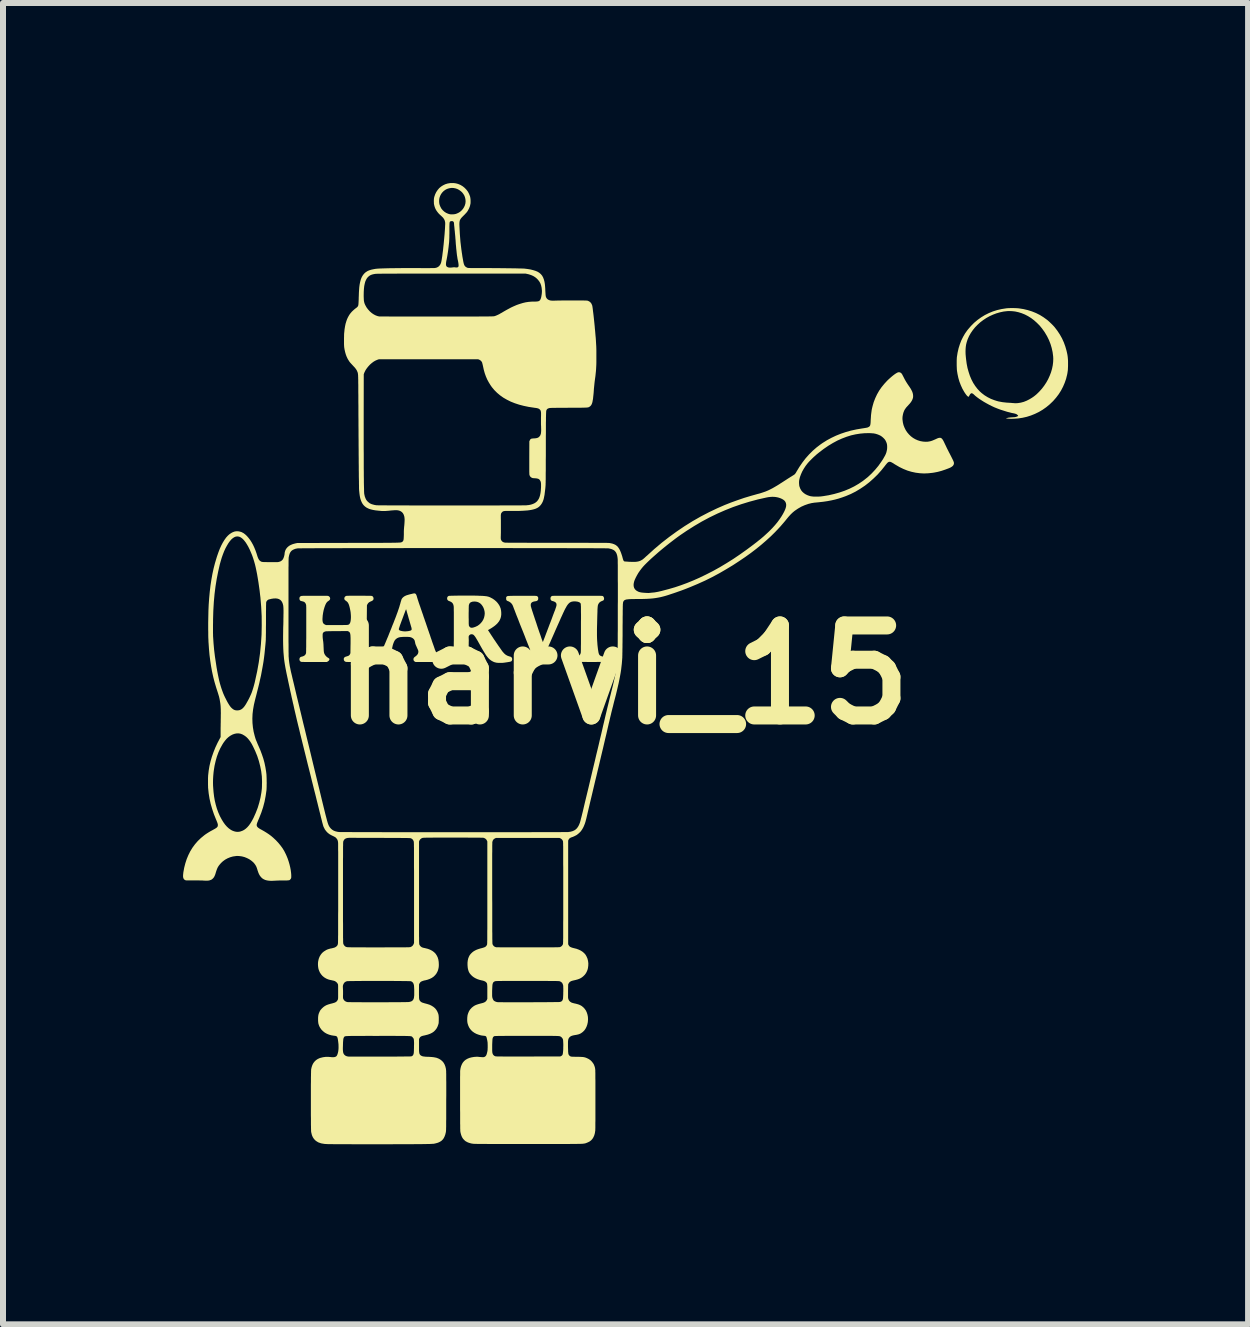
<source format=kicad_pcb>
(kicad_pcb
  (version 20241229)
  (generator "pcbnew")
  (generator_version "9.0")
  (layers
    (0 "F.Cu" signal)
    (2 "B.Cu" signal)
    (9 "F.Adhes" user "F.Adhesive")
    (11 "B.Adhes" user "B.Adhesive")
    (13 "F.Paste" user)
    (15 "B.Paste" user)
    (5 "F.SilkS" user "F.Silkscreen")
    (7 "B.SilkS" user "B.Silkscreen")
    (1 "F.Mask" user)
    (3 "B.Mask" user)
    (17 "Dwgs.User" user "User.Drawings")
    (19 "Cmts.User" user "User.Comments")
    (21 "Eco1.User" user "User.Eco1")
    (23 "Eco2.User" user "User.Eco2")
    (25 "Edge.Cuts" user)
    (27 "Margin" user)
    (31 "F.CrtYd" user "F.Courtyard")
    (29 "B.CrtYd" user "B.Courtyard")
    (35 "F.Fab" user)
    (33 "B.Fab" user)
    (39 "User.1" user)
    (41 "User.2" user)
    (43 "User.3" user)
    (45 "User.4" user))
  (footprint "harvi_15"
    (layer "F.Cu")
    (at 7.339 8.193)
    (property "Reference" "harvi_15" (at 0 0 0) (layer "F.SilkS") (effects (font (size 1.5 1.5) (thickness 0.3))))
    (attr board_only exclude_from_pos_files exclude_from_bom)
    (fp_poly (pts (xy 6.491 -6.11) (xy 6.522 -6.109) (xy 6.551 -6.108) (xy 6.576 -6.106) (xy 6.588 -6.105) (xy 6.664 -6.093) (xy 6.736 -6.076) (xy 6.806 -6.054) (xy 6.873 -6.027) (xy 6.937 -5.995) (xy 6.998 -5.957) (xy 7.056 -5.915) (xy 7.059 -5.913) (xy 7.074 -5.9) (xy 7.092 -5.884) (xy 7.112 -5.865) (xy 7.132 -5.846) (xy 7.151 -5.827) (xy 7.168 -5.809) (xy 7.182 -5.793) (xy 7.184 -5.791) (xy 7.229 -5.732) (xy 7.27 -5.67) (xy 7.306 -5.606) (xy 7.337 -5.538) (xy 7.362 -5.469) (xy 7.382 -5.399) (xy 7.389 -5.368) (xy 7.395 -5.341) (xy 7.399 -5.316) (xy 7.402 -5.294) (xy 7.404 -5.271) (xy 7.406 -5.247) (xy 7.407 -5.221) (xy 7.407 -5.191) (xy 7.407 -5.176) (xy 7.407 -5.146) (xy 7.406 -5.12) (xy 7.405 -5.097) (xy 7.404 -5.076) (xy 7.401 -5.055) (xy 7.398 -5.034) (xy 7.394 -5.011) (xy 7.391 -4.997) (xy 7.374 -4.929) (xy 7.351 -4.863) (xy 7.323 -4.798) (xy 7.29 -4.735) (xy 7.252 -4.675) (xy 7.208 -4.617) (xy 7.16 -4.562) (xy 7.154 -4.556) (xy 7.101 -4.505) (xy 7.044 -4.458) (xy 6.984 -4.416) (xy 6.922 -4.379) (xy 6.856 -4.347) (xy 6.789 -4.32) (xy 6.72 -4.298) (xy 6.65 -4.282) (xy 6.578 -4.271) (xy 6.506 -4.266) (xy 6.467 -4.265) (xy 6.449 -4.265) (xy 6.431 -4.266) (xy 6.414 -4.267) (xy 6.401 -4.268) (xy 6.401 -4.268) (xy 6.389 -4.269) (xy 6.38 -4.27) (xy 6.375 -4.271) (xy 6.375 -4.271) (xy 6.376 -4.273) (xy 6.382 -4.276) (xy 6.391 -4.278) (xy 6.403 -4.281) (xy 6.416 -4.284) (xy 6.425 -4.285) (xy 6.436 -4.286) (xy 6.451 -4.288) (xy 6.468 -4.289) (xy 6.483 -4.29) (xy 6.499 -4.291) (xy 6.515 -4.292) (xy 6.528 -4.294) (xy 6.537 -4.296) (xy 6.548 -4.299) (xy 6.56 -4.304) (xy 6.569 -4.308) (xy 6.575 -4.312) (xy 6.576 -4.314) (xy 6.575 -4.318) (xy 6.57 -4.324) (xy 6.564 -4.329) (xy 6.554 -4.338) (xy 6.541 -4.345) (xy 6.525 -4.35) (xy 6.504 -4.356) (xy 6.496 -4.357) (xy 6.466 -4.363) (xy 6.432 -4.372) (xy 6.395 -4.381) (xy 6.357 -4.393) (xy 6.319 -4.405) (xy 6.281 -4.417) (xy 6.246 -4.43) (xy 6.228 -4.437) (xy 6.183 -4.455) (xy 6.138 -4.476) (xy 6.092 -4.499) (xy 6.048 -4.523) (xy 6.004 -4.548) (xy 5.963 -4.574) (xy 5.925 -4.599) (xy 5.891 -4.624) (xy 5.861 -4.648) (xy 5.847 -4.661) (xy 5.832 -4.675) (xy 5.819 -4.684) (xy 5.808 -4.69) (xy 5.799 -4.691) (xy 5.791 -4.688) (xy 5.783 -4.682) (xy 5.781 -4.681) (xy 5.775 -4.673) (xy 5.768 -4.662) (xy 5.763 -4.652) (xy 5.758 -4.642) (xy 5.754 -4.636) (xy 5.751 -4.633) (xy 5.747 -4.632) (xy 5.74 -4.635) (xy 5.731 -4.642) (xy 5.72 -4.653) (xy 5.708 -4.668) (xy 5.695 -4.686) (xy 5.681 -4.707) (xy 5.668 -4.729) (xy 5.655 -4.752) (xy 5.646 -4.768) (xy 5.62 -4.825) (xy 5.597 -4.885) (xy 5.579 -4.947) (xy 5.565 -5.013) (xy 5.557 -5.063) (xy 5.555 -5.08) (xy 5.554 -5.101) (xy 5.553 -5.126) (xy 5.552 -5.153) (xy 5.552 -5.181) (xy 5.552 -5.209) (xy 5.552 -5.236) (xy 5.553 -5.26) (xy 5.554 -5.28) (xy 5.555 -5.294) (xy 5.567 -5.369) (xy 5.571 -5.386) (xy 5.699 -5.386) (xy 5.7 -5.343) (xy 5.704 -5.296) (xy 5.708 -5.258) (xy 5.718 -5.183) (xy 5.732 -5.111) (xy 5.751 -5.044) (xy 5.772 -4.98) (xy 5.798 -4.919) (xy 5.827 -4.863) (xy 5.86 -4.812) (xy 5.896 -4.765) (xy 5.936 -4.722) (xy 5.967 -4.694) (xy 6.015 -4.657) (xy 6.067 -4.625) (xy 6.122 -4.597) (xy 6.18 -4.575) (xy 6.217 -4.563) (xy 6.25 -4.554) (xy 6.283 -4.548) (xy 6.315 -4.542) (xy 6.35 -4.538) (xy 6.387 -4.534) (xy 6.422 -4.532) (xy 6.441 -4.531) (xy 6.458 -4.53) (xy 6.474 -4.528) (xy 6.487 -4.527) (xy 6.493 -4.527) (xy 6.515 -4.525) (xy 6.538 -4.524) (xy 6.563 -4.526) (xy 6.57 -4.526) (xy 6.62 -4.534) (xy 6.669 -4.547) (xy 6.717 -4.566) (xy 6.764 -4.59) (xy 6.804 -4.614) (xy 6.832 -4.633) (xy 6.858 -4.653) (xy 6.883 -4.674) (xy 6.909 -4.699) (xy 6.93 -4.72) (xy 6.972 -4.767) (xy 7.01 -4.817) (xy 7.045 -4.87) (xy 7.075 -4.924) (xy 7.101 -4.981) (xy 7.123 -5.038) (xy 7.14 -5.096) (xy 7.152 -5.154) (xy 7.159 -5.211) (xy 7.161 -5.267) (xy 7.159 -5.306) (xy 7.15 -5.375) (xy 7.135 -5.444) (xy 7.115 -5.511) (xy 7.089 -5.577) (xy 7.057 -5.642) (xy 7.02 -5.704) (xy 7.013 -5.715) (xy 6.974 -5.769) (xy 6.933 -5.819) (xy 6.888 -5.864) (xy 6.841 -5.906) (xy 6.792 -5.943) (xy 6.741 -5.975) (xy 6.689 -6.002) (xy 6.635 -6.024) (xy 6.58 -6.041) (xy 6.525 -6.053) (xy 6.469 -6.059) (xy 6.413 -6.06) (xy 6.394 -6.059) (xy 6.333 -6.052) (xy 6.273 -6.039) (xy 6.214 -6.022) (xy 6.156 -6) (xy 6.099 -5.974) (xy 6.045 -5.944) (xy 5.994 -5.91) (xy 5.945 -5.873) (xy 5.9 -5.832) (xy 5.858 -5.789) (xy 5.82 -5.742) (xy 5.787 -5.694) (xy 5.758 -5.643) (xy 5.735 -5.591) (xy 5.726 -5.565) (xy 5.716 -5.532) (xy 5.708 -5.498) (xy 5.703 -5.463) (xy 5.7 -5.426) (xy 5.699 -5.386) (xy 5.571 -5.386) (xy 5.583 -5.439) (xy 5.604 -5.506) (xy 5.628 -5.569) (xy 5.657 -5.628) (xy 5.69 -5.685) (xy 5.728 -5.739) (xy 5.74 -5.754) (xy 5.79 -5.812) (xy 5.843 -5.865) (xy 5.899 -5.912) (xy 5.959 -5.955) (xy 6.021 -5.993) (xy 6.087 -6.026) (xy 6.155 -6.054) (xy 6.225 -6.076) (xy 6.298 -6.093) (xy 6.374 -6.105) (xy 6.382 -6.106) (xy 6.405 -6.108) (xy 6.431 -6.109) (xy 6.461 -6.11)) (stroke (width 0) (type solid)) (fill yes) (layer "F.SilkS"))
    (fp_poly (pts (xy -2.579 -1.319) (xy -2.547 -1.319) (xy -2.518 -1.319) (xy -2.49 -1.319) (xy -2.466 -1.318) (xy -2.445 -1.318) (xy -2.443 -1.318) (xy -2.406 -1.316) (xy -2.373 -1.315) (xy -2.346 -1.314) (xy -2.322 -1.312) (xy -2.302 -1.31) (xy -2.284 -1.308) (xy -2.269 -1.305) (xy -2.256 -1.302) (xy -2.243 -1.298) (xy -2.23 -1.293) (xy -2.218 -1.288) (xy -2.213 -1.285) (xy -2.179 -1.267) (xy -2.149 -1.246) (xy -2.12 -1.221) (xy -2.099 -1.198) (xy -2.082 -1.175) (xy -2.067 -1.151) (xy -2.059 -1.134) (xy -2.047 -1.104) (xy -2.04 -1.07) (xy -2.037 -1.035) (xy -2.037 -1) (xy -2.042 -0.966) (xy -2.049 -0.941) (xy -2.06 -0.915) (xy -2.074 -0.89) (xy -2.094 -0.865) (xy -2.103 -0.854) (xy -2.123 -0.835) (xy -2.145 -0.816) (xy -2.17 -0.798) (xy -2.198 -0.779) (xy -2.218 -0.767) (xy -2.258 -0.744) (xy -2.2 -0.655) (xy -2.18 -0.625) (xy -2.16 -0.594) (xy -2.139 -0.564) (xy -2.119 -0.534) (xy -2.099 -0.505) (xy -2.08 -0.477) (xy -2.062 -0.452) (xy -2.046 -0.429) (xy -2.032 -0.409) (xy -2.021 -0.393) (xy -2.011 -0.381) (xy -2.006 -0.375) (xy -1.984 -0.351) (xy -1.961 -0.332) (xy -1.936 -0.318) (xy -1.909 -0.308) (xy -1.902 -0.306) (xy -1.891 -0.303) (xy -1.881 -0.3) (xy -1.875 -0.298) (xy -1.874 -0.297) (xy -1.865 -0.289) (xy -1.858 -0.278) (xy -1.855 -0.264) (xy -1.855 -0.251) (xy -1.859 -0.238) (xy -1.866 -0.227) (xy -1.873 -0.222) (xy -1.88 -0.22) (xy -1.89 -0.217) (xy -1.905 -0.214) (xy -1.923 -0.211) (xy -1.942 -0.208) (xy -1.962 -0.205) (xy -1.982 -0.202) (xy -1.999 -0.2) (xy -2.019 -0.198) (xy -2.042 -0.198) (xy -2.065 -0.198) (xy -2.087 -0.198) (xy -2.107 -0.2) (xy -2.117 -0.201) (xy -2.134 -0.205) (xy -2.149 -0.209) (xy -2.163 -0.214) (xy -2.178 -0.222) (xy -2.183 -0.224) (xy -2.199 -0.233) (xy -2.215 -0.244) (xy -2.23 -0.256) (xy -2.245 -0.27) (xy -2.26 -0.287) (xy -2.276 -0.307) (xy -2.293 -0.33) (xy -2.31 -0.357) (xy -2.329 -0.388) (xy -2.35 -0.423) (xy -2.373 -0.463) (xy -2.378 -0.472) (xy -2.398 -0.508) (xy -2.416 -0.54) (xy -2.431 -0.567) (xy -2.445 -0.59) (xy -2.456 -0.609) (xy -2.466 -0.625) (xy -2.475 -0.638) (xy -2.483 -0.648) (xy -2.49 -0.656) (xy -2.496 -0.662) (xy -2.502 -0.667) (xy -2.508 -0.67) (xy -2.512 -0.672) (xy -2.528 -0.675) (xy -2.544 -0.674) (xy -2.559 -0.667) (xy -2.571 -0.656) (xy -2.575 -0.65) (xy -2.578 -0.643) (xy -2.58 -0.635) (xy -2.58 -0.624) (xy -2.58 -0.619) (xy -2.579 -0.597) (xy -2.578 -0.571) (xy -2.579 -0.542) (xy -2.579 -0.512) (xy -2.58 -0.482) (xy -2.581 -0.46) (xy -2.582 -0.437) (xy -2.582 -0.419) (xy -2.581 -0.404) (xy -2.579 -0.392) (xy -2.576 -0.38) (xy -2.571 -0.368) (xy -2.568 -0.362) (xy -2.557 -0.345) (xy -2.542 -0.328) (xy -2.524 -0.312) (xy -2.503 -0.299) (xy -2.501 -0.298) (xy -2.485 -0.289) (xy -2.475 -0.281) (xy -2.468 -0.274) (xy -2.465 -0.265) (xy -2.465 -0.257) (xy -2.469 -0.243) (xy -2.478 -0.232) (xy -2.49 -0.223) (xy -2.494 -0.221) (xy -2.498 -0.219) (xy -2.503 -0.218) (xy -2.51 -0.217) (xy -2.519 -0.216) (xy -2.532 -0.216) (xy -2.549 -0.215) (xy -2.57 -0.214) (xy -2.578 -0.214) (xy -2.598 -0.214) (xy -2.624 -0.213) (xy -2.652 -0.213) (xy -2.683 -0.213) (xy -2.715 -0.213) (xy -2.747 -0.213) (xy -2.778 -0.214) (xy -2.782 -0.214) (xy -2.814 -0.214) (xy -2.841 -0.215) (xy -2.863 -0.215) (xy -2.881 -0.216) (xy -2.895 -0.217) (xy -2.906 -0.218) (xy -2.914 -0.219) (xy -2.92 -0.221) (xy -2.925 -0.224) (xy -2.928 -0.227) (xy -2.931 -0.23) (xy -2.933 -0.235) (xy -2.937 -0.246) (xy -2.939 -0.26) (xy -2.938 -0.274) (xy -2.934 -0.284) (xy -2.93 -0.29) (xy -2.924 -0.295) (xy -2.914 -0.3) (xy -2.9 -0.305) (xy -2.889 -0.309) (xy -2.875 -0.313) (xy -2.866 -0.318) (xy -2.857 -0.326) (xy -2.853 -0.329) (xy -2.849 -0.333) (xy -2.846 -0.336) (xy -2.843 -0.338) (xy -2.841 -0.341) (xy -2.838 -0.345) (xy -2.836 -0.349) (xy -2.835 -0.354) (xy -2.833 -0.361) (xy -2.832 -0.37) (xy -2.831 -0.38) (xy -2.83 -0.393) (xy -2.829 -0.408) (xy -2.829 -0.426) (xy -2.828 -0.448) (xy -2.828 -0.473) (xy -2.828 -0.502) (xy -2.828 -0.536) (xy -2.827 -0.573) (xy -2.827 -0.616) (xy -2.827 -0.663) (xy -2.827 -0.716) (xy -2.827 -0.746) (xy -2.827 -0.809) (xy -2.827 -0.867) (xy -2.827 -0.919) (xy -2.827 -0.966) (xy -2.827 -0.978) (xy -2.58 -0.978) (xy -2.58 -0.951) (xy -2.579 -0.924) (xy -2.579 -0.899) (xy -2.579 -0.876) (xy -2.579 -0.856) (xy -2.578 -0.84) (xy -2.577 -0.828) (xy -2.577 -0.822) (xy -2.577 -0.821) (xy -2.571 -0.809) (xy -2.563 -0.797) (xy -2.553 -0.789) (xy -2.546 -0.786) (xy -2.537 -0.783) (xy -2.527 -0.783) (xy -2.517 -0.784) (xy -2.503 -0.787) (xy -2.498 -0.788) (xy -2.464 -0.8) (xy -2.431 -0.816) (xy -2.402 -0.837) (xy -2.377 -0.861) (xy -2.355 -0.888) (xy -2.337 -0.918) (xy -2.324 -0.95) (xy -2.316 -0.984) (xy -2.312 -1.018) (xy -2.314 -1.049) (xy -2.321 -1.082) (xy -2.332 -1.114) (xy -2.347 -1.142) (xy -2.365 -1.167) (xy -2.386 -1.188) (xy -2.409 -1.203) (xy -2.433 -1.213) (xy -2.46 -1.219) (xy -2.488 -1.22) (xy -2.515 -1.218) (xy -2.522 -1.216) (xy -2.542 -1.209) (xy -2.557 -1.199) (xy -2.567 -1.186) (xy -2.574 -1.168) (xy -2.576 -1.161) (xy -2.577 -1.155) (xy -2.578 -1.144) (xy -2.578 -1.128) (xy -2.579 -1.109) (xy -2.579 -1.086) (xy -2.579 -1.061) (xy -2.58 -1.034) (xy -2.58 -1.007) (xy -2.58 -0.978) (xy -2.827 -0.978) (xy -2.827 -1.008) (xy -2.827 -1.044) (xy -2.828 -1.074) (xy -2.828 -1.099) (xy -2.828 -1.118) (xy -2.829 -1.131) (xy -2.829 -1.139) (xy -2.829 -1.139) (xy -2.834 -1.163) (xy -2.842 -1.183) (xy -2.854 -1.199) (xy -2.87 -1.212) (xy -2.89 -1.222) (xy -2.905 -1.228) (xy -2.921 -1.235) (xy -2.932 -1.246) (xy -2.938 -1.26) (xy -2.939 -1.276) (xy -2.938 -1.283) (xy -2.932 -1.298) (xy -2.923 -1.308) (xy -2.91 -1.314) (xy -2.904 -1.315) (xy -2.893 -1.316) (xy -2.877 -1.316) (xy -2.857 -1.317) (xy -2.834 -1.317) (xy -2.807 -1.318) (xy -2.777 -1.318) (xy -2.746 -1.319) (xy -2.713 -1.319) (xy -2.68 -1.319) (xy -2.646 -1.319) (xy -2.612 -1.319)) (stroke (width 0) (type solid)) (fill yes) (layer "F.SilkS"))
    (fp_poly (pts (xy -0.713 -1.316) (xy -0.66 -1.316) (xy -0.613 -1.316) (xy -0.572 -1.316) (xy -0.534 -1.316) (xy -0.501 -1.316) (xy -0.473 -1.316) (xy -0.448 -1.316) (xy -0.427 -1.316) (xy -0.409 -1.315) (xy -0.394 -1.315) (xy -0.381 -1.315) (xy -0.371 -1.314) (xy -0.363 -1.314) (xy -0.357 -1.314) (xy -0.353 -1.313) (xy -0.35 -1.313) (xy -0.347 -1.312) (xy -0.345 -1.311) (xy -0.345 -1.311) (xy -0.335 -1.303) (xy -0.328 -1.29) (xy -0.324 -1.276) (xy -0.324 -1.262) (xy -0.328 -1.249) (xy -0.332 -1.243) (xy -0.336 -1.239) (xy -0.344 -1.235) (xy -0.351 -1.232) (xy -0.375 -1.222) (xy -0.394 -1.21) (xy -0.409 -1.194) (xy -0.42 -1.175) (xy -0.422 -1.171) (xy -0.423 -1.167) (xy -0.425 -1.163) (xy -0.426 -1.159) (xy -0.427 -1.155) (xy -0.428 -1.149) (xy -0.429 -1.142) (xy -0.43 -1.134) (xy -0.431 -1.123) (xy -0.432 -1.11) (xy -0.433 -1.095) (xy -0.434 -1.076) (xy -0.434 -1.055) (xy -0.435 -1.029) (xy -0.436 -1) (xy -0.437 -0.966) (xy -0.438 -0.927) (xy -0.439 -0.884) (xy -0.44 -0.835) (xy -0.441 -0.807) (xy -0.442 -0.757) (xy -0.442 -0.706) (xy -0.442 -0.658) (xy -0.441 -0.611) (xy -0.439 -0.568) (xy -0.436 -0.529) (xy -0.434 -0.498) (xy -0.431 -0.472) (xy -0.428 -0.446) (xy -0.425 -0.421) (xy -0.421 -0.398) (xy -0.418 -0.379) (xy -0.415 -0.364) (xy -0.413 -0.357) (xy -0.406 -0.338) (xy -0.395 -0.324) (xy -0.38 -0.314) (xy -0.361 -0.307) (xy -0.356 -0.306) (xy -0.338 -0.3) (xy -0.325 -0.292) (xy -0.316 -0.28) (xy -0.312 -0.266) (xy -0.312 -0.257) (xy -0.314 -0.241) (xy -0.321 -0.228) (xy -0.333 -0.219) (xy -0.334 -0.219) (xy -0.337 -0.218) (xy -0.339 -0.217) (xy -0.343 -0.216) (xy -0.347 -0.215) (xy -0.354 -0.215) (xy -0.362 -0.214) (xy -0.372 -0.214) (xy -0.386 -0.214) (xy -0.403 -0.214) (xy -0.423 -0.214) (xy -0.447 -0.213) (xy -0.476 -0.213) (xy -0.51 -0.213) (xy -0.549 -0.213) (xy -0.568 -0.213) (xy -0.609 -0.213) (xy -0.645 -0.214) (xy -0.676 -0.214) (xy -0.703 -0.214) (xy -0.725 -0.214) (xy -0.743 -0.214) (xy -0.758 -0.214) (xy -0.77 -0.215) (xy -0.779 -0.215) (xy -0.786 -0.216) (xy -0.791 -0.216) (xy -0.795 -0.217) (xy -0.798 -0.218) (xy -0.801 -0.219) (xy -0.801 -0.219) (xy -0.812 -0.227) (xy -0.819 -0.239) (xy -0.823 -0.253) (xy -0.822 -0.268) (xy -0.818 -0.279) (xy -0.811 -0.29) (xy -0.801 -0.297) (xy -0.787 -0.302) (xy -0.781 -0.303) (xy -0.758 -0.309) (xy -0.741 -0.318) (xy -0.727 -0.331) (xy -0.718 -0.348) (xy -0.712 -0.366) (xy -0.712 -0.372) (xy -0.711 -0.382) (xy -0.711 -0.397) (xy -0.71 -0.418) (xy -0.71 -0.444) (xy -0.71 -0.476) (xy -0.709 -0.513) (xy -0.709 -0.556) (xy -0.709 -0.604) (xy -0.709 -0.658) (xy -0.709 -0.718) (xy -0.709 -0.778) (xy -0.709 -0.836) (xy -0.709 -0.887) (xy -0.708 -0.933) (xy -0.708 -0.974) (xy -0.708 -1.011) (xy -0.709 -1.043) (xy -0.709 -1.071) (xy -0.709 -1.095) (xy -0.709 -1.115) (xy -0.709 -1.133) (xy -0.71 -1.147) (xy -0.711 -1.159) (xy -0.711 -1.169) (xy -0.712 -1.176) (xy -0.713 -1.182) (xy -0.714 -1.187) (xy -0.715 -1.19) (xy -0.717 -1.192) (xy -0.719 -1.194) (xy -0.721 -1.196) (xy -0.723 -1.198) (xy -0.724 -1.199) (xy -0.733 -1.206) (xy -0.745 -1.211) (xy -0.759 -1.216) (xy -0.773 -1.219) (xy -0.807 -1.223) (xy -0.837 -1.222) (xy -0.865 -1.217) (xy -0.886 -1.208) (xy -0.9 -1.199) (xy -0.914 -1.186) (xy -0.929 -1.169) (xy -0.943 -1.149) (xy -0.947 -1.143) (xy -0.953 -1.131) (xy -0.959 -1.12) (xy -0.966 -1.109) (xy -0.972 -1.097) (xy -0.979 -1.084) (xy -0.986 -1.07) (xy -0.993 -1.054) (xy -1.002 -1.036) (xy -1.011 -1.016) (xy -1.021 -0.994) (xy -1.033 -0.968) (xy -1.046 -0.94) (xy -1.06 -0.907) (xy -1.076 -0.871) (xy -1.094 -0.831) (xy -1.114 -0.786) (xy -1.136 -0.737) (xy -1.15 -0.704) (xy -1.176 -0.645) (xy -1.2 -0.591) (xy -1.221 -0.542) (xy -1.241 -0.498) (xy -1.258 -0.458) (xy -1.274 -0.422) (xy -1.288 -0.391) (xy -1.3 -0.363) (xy -1.311 -0.339) (xy -1.32 -0.318) (xy -1.328 -0.3) (xy -1.335 -0.285) (xy -1.34 -0.273) (xy -1.344 -0.264) (xy -1.348 -0.256) (xy -1.35 -0.251) (xy -1.351 -0.248) (xy -1.363 -0.227) (xy -1.375 -0.212) (xy -1.389 -0.201) (xy -1.405 -0.195) (xy -1.42 -0.194) (xy -1.434 -0.195) (xy -1.447 -0.199) (xy -1.449 -0.2) (xy -1.463 -0.209) (xy -1.475 -0.223) (xy -1.482 -0.235) (xy -1.484 -0.24) (xy -1.489 -0.25) (xy -1.495 -0.265) (xy -1.503 -0.285) (xy -1.512 -0.308) (xy -1.523 -0.335) (xy -1.535 -0.366) (xy -1.549 -0.399) (xy -1.563 -0.434) (xy -1.578 -0.472) (xy -1.594 -0.512) (xy -1.61 -0.553) (xy -1.627 -0.595) (xy -1.643 -0.638) (xy -1.66 -0.681) (xy -1.677 -0.724) (xy -1.694 -0.766) (xy -1.711 -0.808) (xy -1.727 -0.848) (xy -1.742 -0.887) (xy -1.756 -0.924) (xy -1.77 -0.959) (xy -1.783 -0.991) (xy -1.794 -1.02) (xy -1.804 -1.046) (xy -1.812 -1.068) (xy -1.819 -1.085) (xy -1.824 -1.098) (xy -1.827 -1.105) (xy -1.833 -1.122) (xy -1.839 -1.138) (xy -1.845 -1.152) (xy -1.849 -1.162) (xy -1.852 -1.167) (xy -1.868 -1.189) (xy -1.888 -1.207) (xy -1.91 -1.221) (xy -1.926 -1.227) (xy -1.936 -1.231) (xy -1.945 -1.237) (xy -1.946 -1.239) (xy -1.951 -1.244) (xy -1.953 -1.25) (xy -1.955 -1.258) (xy -1.955 -1.269) (xy -1.956 -1.28) (xy -1.955 -1.288) (xy -1.953 -1.294) (xy -1.95 -1.298) (xy -1.948 -1.301) (xy -1.946 -1.303) (xy -1.943 -1.306) (xy -1.94 -1.308) (xy -1.936 -1.309) (xy -1.931 -1.311) (xy -1.924 -1.312) (xy -1.915 -1.313) (xy -1.903 -1.313) (xy -1.888 -1.314) (xy -1.87 -1.314) (xy -1.849 -1.315) (xy -1.823 -1.315) (xy -1.793 -1.315) (xy -1.757 -1.315) (xy -1.717 -1.315) (xy -1.689 -1.315) (xy -1.646 -1.315) (xy -1.608 -1.315) (xy -1.576 -1.315) (xy -1.548 -1.315) (xy -1.524 -1.315) (xy -1.505 -1.315) (xy -1.489 -1.315) (xy -1.476 -1.315) (xy -1.465 -1.314) (xy -1.458 -1.314) (xy -1.452 -1.313) (xy -1.448 -1.313) (xy -1.445 -1.312) (xy -1.443 -1.311) (xy -1.442 -1.311) (xy -1.43 -1.302) (xy -1.423 -1.292) (xy -1.421 -1.278) (xy -1.421 -1.274) (xy -1.422 -1.257) (xy -1.427 -1.244) (xy -1.437 -1.235) (xy -1.45 -1.228) (xy -1.469 -1.224) (xy -1.474 -1.224) (xy -1.498 -1.219) (xy -1.517 -1.212) (xy -1.531 -1.202) (xy -1.537 -1.194) (xy -1.542 -1.186) (xy -1.544 -1.18) (xy -1.545 -1.171) (xy -1.545 -1.159) (xy -1.545 -1.155) (xy -1.545 -1.151) (xy -1.545 -1.147) (xy -1.544 -1.142) (xy -1.542 -1.135) (xy -1.54 -1.127) (xy -1.537 -1.118) (xy -1.534 -1.106) (xy -1.529 -1.091) (xy -1.524 -1.074) (xy -1.517 -1.053) (xy -1.509 -1.029) (xy -1.5 -1.001) (xy -1.489 -0.969) (xy -1.477 -0.932) (xy -1.463 -0.891) (xy -1.447 -0.844) (xy -1.446 -0.839) (xy -1.43 -0.791) (xy -1.415 -0.747) (xy -1.401 -0.706) (xy -1.388 -0.67) (xy -1.377 -0.638) (xy -1.368 -0.61) (xy -1.36 -0.587) (xy -1.353 -0.569) (xy -1.348 -0.556) (xy -1.345 -0.548) (xy -1.344 -0.545) (xy -1.344 -0.545) (xy -1.343 -0.546) (xy -1.342 -0.549) (xy -1.34 -0.554) (xy -1.337 -0.561) (xy -1.334 -0.57) (xy -1.329 -0.582) (xy -1.324 -0.596) (xy -1.317 -0.613) (xy -1.309 -0.634) (xy -1.3 -0.658) (xy -1.29 -0.685) (xy -1.278 -0.716) (xy -1.265 -0.751) (xy -1.25 -0.79) (xy -1.234 -0.833) (xy -1.215 -0.881) (xy -1.195 -0.934) (xy -1.174 -0.992) (xy -1.15 -1.055) (xy -1.14 -1.079) (xy -1.134 -1.098) (xy -1.128 -1.115) (xy -1.123 -1.131) (xy -1.119 -1.144) (xy -1.117 -1.152) (xy -1.116 -1.171) (xy -1.119 -1.188) (xy -1.128 -1.202) (xy -1.142 -1.213) (xy -1.161 -1.222) (xy -1.179 -1.227) (xy -1.196 -1.232) (xy -1.207 -1.242) (xy -1.214 -1.252) (xy -1.217 -1.267) (xy -1.216 -1.283) (xy -1.211 -1.296) (xy -1.201 -1.307) (xy -1.197 -1.31) (xy -1.196 -1.311) (xy -1.194 -1.312) (xy -1.192 -1.312) (xy -1.189 -1.313) (xy -1.185 -1.314) (xy -1.179 -1.314) (xy -1.172 -1.314) (xy -1.163 -1.315) (xy -1.152 -1.315) (xy -1.138 -1.315) (xy -1.122 -1.316) (xy -1.102 -1.316) (xy -1.079 -1.316) (xy -1.052 -1.316) (xy -1.021 -1.316) (xy -0.986 -1.316) (xy -0.947 -1.316) (xy -0.902 -1.316) (xy -0.853 -1.316) (xy -0.797 -1.316) (xy -0.771 -1.316)) (stroke (width 0) (type solid)) (fill yes) (layer "F.SilkS"))
    (fp_poly (pts (xy -3.477 -1.355) (xy -3.468 -1.351) (xy -3.461 -1.345) (xy -3.454 -1.334) (xy -3.448 -1.32) (xy -3.442 -1.301) (xy -3.437 -1.283) (xy -3.433 -1.27) (xy -3.428 -1.253) (xy -3.421 -1.233) (xy -3.414 -1.21) (xy -3.406 -1.187) (xy -3.398 -1.163) (xy -3.397 -1.16) (xy -3.388 -1.136) (xy -3.38 -1.111) (xy -3.371 -1.085) (xy -3.363 -1.062) (xy -3.356 -1.041) (xy -3.35 -1.025) (xy -3.35 -1.025) (xy -3.347 -1.015) (xy -3.341 -1) (xy -3.335 -0.98) (xy -3.327 -0.956) (xy -3.317 -0.929) (xy -3.307 -0.898) (xy -3.295 -0.865) (xy -3.283 -0.829) (xy -3.27 -0.791) (xy -3.257 -0.752) (xy -3.243 -0.713) (xy -3.239 -0.7) (xy -3.225 -0.661) (xy -3.213 -0.623) (xy -3.2 -0.587) (xy -3.189 -0.553) (xy -3.178 -0.522) (xy -3.168 -0.494) (xy -3.159 -0.469) (xy -3.152 -0.448) (xy -3.146 -0.431) (xy -3.142 -0.418) (xy -3.139 -0.411) (xy -3.138 -0.409) (xy -3.125 -0.38) (xy -3.109 -0.356) (xy -3.092 -0.337) (xy -3.071 -0.322) (xy -3.047 -0.311) (xy -3.03 -0.306) (xy -3.011 -0.301) (xy -2.998 -0.295) (xy -2.989 -0.287) (xy -2.983 -0.277) (xy -2.981 -0.264) (xy -2.981 -0.258) (xy -2.983 -0.243) (xy -2.988 -0.231) (xy -2.999 -0.222) (xy -3.003 -0.219) (xy -3.005 -0.218) (xy -3.008 -0.217) (xy -3.01 -0.216) (xy -3.015 -0.216) (xy -3.02 -0.215) (xy -3.028 -0.215) (xy -3.037 -0.214) (xy -3.05 -0.214) (xy -3.065 -0.214) (xy -3.085 -0.213) (xy -3.108 -0.213) (xy -3.135 -0.213) (xy -3.167 -0.213) (xy -3.205 -0.213) (xy -3.24 -0.213) (xy -3.466 -0.213) (xy -3.479 -0.22) (xy -3.49 -0.229) (xy -3.497 -0.24) (xy -3.5 -0.255) (xy -3.5 -0.258) (xy -3.498 -0.272) (xy -3.492 -0.284) (xy -3.48 -0.296) (xy -3.474 -0.3) (xy -3.452 -0.317) (xy -3.435 -0.335) (xy -3.424 -0.353) (xy -3.419 -0.372) (xy -3.418 -0.391) (xy -3.421 -0.404) (xy -3.423 -0.411) (xy -3.428 -0.422) (xy -3.434 -0.435) (xy -3.441 -0.451) (xy -3.446 -0.462) (xy -3.454 -0.481) (xy -3.461 -0.495) (xy -3.465 -0.508) (xy -3.469 -0.519) (xy -3.471 -0.531) (xy -3.472 -0.535) (xy -3.475 -0.549) (xy -3.478 -0.562) (xy -3.481 -0.572) (xy -3.482 -0.575) (xy -3.493 -0.592) (xy -3.508 -0.606) (xy -3.527 -0.618) (xy -3.551 -0.626) (xy -3.553 -0.627) (xy -3.564 -0.629) (xy -3.579 -0.63) (xy -3.598 -0.631) (xy -3.619 -0.631) (xy -3.641 -0.631) (xy -3.664 -0.631) (xy -3.685 -0.63) (xy -3.704 -0.628) (xy -3.719 -0.627) (xy -3.726 -0.626) (xy -3.748 -0.62) (xy -3.767 -0.612) (xy -3.784 -0.601) (xy -3.799 -0.588) (xy -3.812 -0.572) (xy -3.823 -0.551) (xy -3.833 -0.527) (xy -3.843 -0.497) (xy -3.851 -0.463) (xy -3.857 -0.435) (xy -3.862 -0.411) (xy -3.865 -0.391) (xy -3.867 -0.376) (xy -3.867 -0.363) (xy -3.866 -0.353) (xy -3.864 -0.344) (xy -3.861 -0.338) (xy -3.854 -0.327) (xy -3.843 -0.319) (xy -3.829 -0.313) (xy -3.809 -0.307) (xy -3.809 -0.307) (xy -3.789 -0.302) (xy -3.774 -0.296) (xy -3.764 -0.288) (xy -3.758 -0.278) (xy -3.756 -0.266) (xy -3.756 -0.261) (xy -3.758 -0.245) (xy -3.765 -0.231) (xy -3.775 -0.22) (xy -3.777 -0.219) (xy -3.778 -0.218) (xy -3.78 -0.218) (xy -3.782 -0.217) (xy -3.785 -0.216) (xy -3.79 -0.216) (xy -3.795 -0.215) (xy -3.803 -0.215) (xy -3.812 -0.215) (xy -3.824 -0.214) (xy -3.838 -0.214) (xy -3.855 -0.214) (xy -3.875 -0.213) (xy -3.899 -0.213) (xy -3.927 -0.213) (xy -3.958 -0.213) (xy -3.994 -0.213) (xy -4.035 -0.213) (xy -4.08 -0.213) (xy -4.131 -0.212) (xy -4.187 -0.212) (xy -4.199 -0.212) (xy -4.262 -0.212) (xy -4.32 -0.212) (xy -4.372 -0.212) (xy -4.418 -0.212) (xy -4.46 -0.212) (xy -4.496 -0.212) (xy -4.528 -0.212) (xy -4.555 -0.213) (xy -4.577 -0.213) (xy -4.595 -0.213) (xy -4.609 -0.214) (xy -4.619 -0.214) (xy -4.624 -0.215) (xy -4.626 -0.215) (xy -4.641 -0.221) (xy -4.652 -0.231) (xy -4.659 -0.245) (xy -4.66 -0.251) (xy -4.661 -0.266) (xy -4.658 -0.279) (xy -4.65 -0.289) (xy -4.637 -0.298) (xy -4.619 -0.304) (xy -4.609 -0.307) (xy -4.59 -0.313) (xy -4.576 -0.32) (xy -4.566 -0.329) (xy -4.558 -0.341) (xy -4.557 -0.343) (xy -4.549 -0.36) (xy -4.547 -0.485) (xy -4.546 -0.524) (xy -4.546 -0.558) (xy -4.546 -0.587) (xy -4.546 -0.611) (xy -4.547 -0.631) (xy -4.548 -0.648) (xy -4.549 -0.662) (xy -4.551 -0.673) (xy -4.553 -0.682) (xy -4.555 -0.69) (xy -4.558 -0.696) (xy -4.558 -0.697) (xy -4.564 -0.707) (xy -4.57 -0.714) (xy -4.579 -0.72) (xy -4.581 -0.721) (xy -4.596 -0.728) (xy -4.771 -0.727) (xy -4.809 -0.727) (xy -4.843 -0.727) (xy -4.874 -0.726) (xy -4.901 -0.726) (xy -4.924 -0.725) (xy -4.942 -0.725) (xy -4.954 -0.724) (xy -4.961 -0.723) (xy -4.962 -0.723) (xy -4.98 -0.718) (xy -4.995 -0.709) (xy -5.006 -0.699) (xy -5.008 -0.695) (xy -5.011 -0.685) (xy -5.013 -0.67) (xy -5.013 -0.652) (xy -5.013 -0.63) (xy -5.011 -0.607) (xy -5.008 -0.583) (xy -5.006 -0.568) (xy -5.003 -0.548) (xy -5.001 -0.526) (xy -4.999 -0.5) (xy -4.998 -0.471) (xy -4.997 -0.456) (xy -4.996 -0.43) (xy -4.995 -0.41) (xy -4.994 -0.393) (xy -4.992 -0.38) (xy -4.99 -0.368) (xy -4.987 -0.358) (xy -4.983 -0.348) (xy -4.978 -0.338) (xy -4.977 -0.337) (xy -4.968 -0.323) (xy -4.955 -0.308) (xy -4.941 -0.295) (xy -4.925 -0.284) (xy -4.925 -0.284) (xy -4.913 -0.277) (xy -4.906 -0.271) (xy -4.902 -0.266) (xy -4.9 -0.261) (xy -4.9 -0.257) (xy -4.903 -0.245) (xy -4.911 -0.234) (xy -4.923 -0.224) (xy -4.928 -0.221) (xy -4.942 -0.213) (xy -5.147 -0.213) (xy -5.181 -0.213) (xy -5.214 -0.213) (xy -5.245 -0.213) (xy -5.274 -0.213) (xy -5.299 -0.213) (xy -5.321 -0.213) (xy -5.339 -0.214) (xy -5.353 -0.214) (xy -5.361 -0.214) (xy -5.364 -0.214) (xy -5.374 -0.217) (xy -5.382 -0.221) (xy -5.384 -0.222) (xy -5.392 -0.231) (xy -5.398 -0.243) (xy -5.4 -0.257) (xy -5.398 -0.271) (xy -5.393 -0.283) (xy -5.388 -0.289) (xy -5.381 -0.295) (xy -5.372 -0.299) (xy -5.36 -0.302) (xy -5.351 -0.304) (xy -5.33 -0.312) (xy -5.312 -0.323) (xy -5.299 -0.338) (xy -5.291 -0.356) (xy -5.29 -0.358) (xy -5.289 -0.364) (xy -5.289 -0.372) (xy -5.289 -0.383) (xy -5.288 -0.398) (xy -5.288 -0.416) (xy -5.288 -0.438) (xy -5.287 -0.463) (xy -5.287 -0.493) (xy -5.287 -0.528) (xy -5.287 -0.567) (xy -5.286 -0.612) (xy -5.286 -0.661) (xy -5.286 -0.716) (xy -5.286 -0.759) (xy -5.286 -0.815) (xy -5.286 -0.866) (xy -5.286 -0.912) (xy -5.286 -0.952) (xy -5.286 -0.988) (xy -5.286 -1.02) (xy -5.286 -1.048) (xy -5.286 -1.071) (xy -5.286 -1.092) (xy -5.286 -1.109) (xy -5.286 -1.123) (xy -5.287 -1.135) (xy -5.287 -1.145) (xy -5.287 -1.152) (xy -5.288 -1.158) (xy -5.289 -1.163) (xy -5.289 -1.167) (xy -5.29 -1.169) (xy -5.297 -1.187) (xy -5.307 -1.202) (xy -5.32 -1.213) (xy -5.339 -1.221) (xy -5.357 -1.225) (xy -5.368 -1.228) (xy -5.378 -1.231) (xy -5.385 -1.234) (xy -5.385 -1.234) (xy -5.392 -1.242) (xy -5.398 -1.255) (xy -5.4 -1.269) (xy -5.4 -1.272) (xy -5.398 -1.287) (xy -5.392 -1.299) (xy -5.381 -1.307) (xy -5.377 -1.31) (xy -5.374 -1.311) (xy -5.371 -1.312) (xy -5.368 -1.313) (xy -5.364 -1.313) (xy -5.358 -1.314) (xy -5.35 -1.314) (xy -5.34 -1.315) (xy -5.327 -1.315) (xy -5.312 -1.315) (xy -5.293 -1.316) (xy -5.269 -1.316) (xy -5.242 -1.316) (xy -5.21 -1.316) (xy -5.172 -1.316) (xy -5.144 -1.316) (xy -5.103 -1.316) (xy -5.067 -1.316) (xy -5.037 -1.316) (xy -5.011 -1.316) (xy -4.989 -1.316) (xy -4.971 -1.316) (xy -4.956 -1.315) (xy -4.945 -1.315) (xy -4.936 -1.315) (xy -4.929 -1.314) (xy -4.924 -1.314) (xy -4.92 -1.313) (xy -4.917 -1.312) (xy -4.915 -1.311) (xy -4.913 -1.31) (xy -4.901 -1.301) (xy -4.892 -1.289) (xy -4.888 -1.276) (xy -4.889 -1.262) (xy -4.894 -1.249) (xy -4.897 -1.246) (xy -4.906 -1.237) (xy -4.916 -1.23) (xy -4.919 -1.228) (xy -4.933 -1.218) (xy -4.944 -1.206) (xy -4.955 -1.19) (xy -4.965 -1.17) (xy -4.975 -1.145) (xy -4.983 -1.122) (xy -4.996 -1.078) (xy -5.005 -1.033) (xy -5.012 -0.987) (xy -5.015 -0.944) (xy -5.016 -0.928) (xy -5.015 -0.903) (xy -5.012 -0.883) (xy -5.008 -0.868) (xy -5 -0.855) (xy -4.99 -0.845) (xy -4.976 -0.837) (xy -4.972 -0.835) (xy -4.957 -0.828) (xy -4.778 -0.828) (xy -4.74 -0.828) (xy -4.707 -0.828) (xy -4.679 -0.828) (xy -4.656 -0.829) (xy -4.636 -0.829) (xy -4.62 -0.829) (xy -4.608 -0.83) (xy -4.598 -0.831) (xy -4.59 -0.832) (xy -4.584 -0.834) (xy -4.579 -0.836) (xy -4.576 -0.839) (xy -4.572 -0.841) (xy -4.568 -0.845) (xy -4.567 -0.846) (xy -4.559 -0.858) (xy -4.552 -0.874) (xy -4.547 -0.895) (xy -4.544 -0.92) (xy -4.542 -0.948) (xy -4.542 -0.978) (xy -4.544 -1.01) (xy -4.547 -1.043) (xy -4.553 -1.077) (xy -4.56 -1.11) (xy -4.562 -1.119) (xy -4.569 -1.146) (xy -4.576 -1.168) (xy -4.584 -1.186) (xy -4.592 -1.201) (xy -4.602 -1.213) (xy -4.613 -1.223) (xy -4.621 -1.229) (xy -4.636 -1.24) (xy -4.646 -1.25) (xy -4.651 -1.261) (xy -4.652 -1.272) (xy -4.65 -1.284) (xy -4.644 -1.297) (xy -4.634 -1.307) (xy -4.62 -1.313) (xy -4.614 -1.315) (xy -4.608 -1.315) (xy -4.597 -1.316) (xy -4.581 -1.316) (xy -4.561 -1.317) (xy -4.535 -1.317) (xy -4.504 -1.317) (xy -4.467 -1.317) (xy -4.425 -1.317) (xy -4.398 -1.317) (xy -4.359 -1.317) (xy -4.325 -1.317) (xy -4.296 -1.316) (xy -4.272 -1.316) (xy -4.252 -1.316) (xy -4.236 -1.316) (xy -4.223 -1.315) (xy -4.212 -1.315) (xy -4.205 -1.314) (xy -4.199 -1.314) (xy -4.194 -1.313) (xy -4.191 -1.312) (xy -4.188 -1.311) (xy -4.187 -1.311) (xy -4.176 -1.302) (xy -4.169 -1.29) (xy -4.165 -1.276) (xy -4.165 -1.262) (xy -4.17 -1.248) (xy -4.171 -1.247) (xy -4.178 -1.24) (xy -4.186 -1.233) (xy -4.198 -1.227) (xy -4.214 -1.221) (xy -4.215 -1.22) (xy -4.235 -1.21) (xy -4.252 -1.196) (xy -4.265 -1.178) (xy -4.267 -1.174) (xy -4.275 -1.157) (xy -4.277 -0.96) (xy -4.278 -0.903) (xy -4.278 -0.849) (xy -4.279 -0.797) (xy -4.279 -0.749) (xy -4.278 -0.704) (xy -4.278 -0.663) (xy -4.277 -0.626) (xy -4.277 -0.593) (xy -4.276 -0.566) (xy -4.275 -0.544) (xy -4.274 -0.531) (xy -4.272 -0.508) (xy -4.269 -0.484) (xy -4.266 -0.459) (xy -4.264 -0.435) (xy -4.261 -0.412) (xy -4.258 -0.393) (xy -4.256 -0.377) (xy -4.254 -0.366) (xy -4.254 -0.365) (xy -4.249 -0.347) (xy -4.242 -0.333) (xy -4.231 -0.322) (xy -4.223 -0.317) (xy -4.216 -0.314) (xy -4.209 -0.312) (xy -4.2 -0.311) (xy -4.188 -0.31) (xy -4.173 -0.309) (xy -4.156 -0.309) (xy -4.139 -0.31) (xy -4.126 -0.311) (xy -4.12 -0.312) (xy -4.095 -0.32) (xy -4.073 -0.332) (xy -4.054 -0.348) (xy -4.04 -0.369) (xy -4.039 -0.371) (xy -4.032 -0.386) (xy -4.022 -0.406) (xy -4.012 -0.43) (xy -3.999 -0.458) (xy -3.986 -0.49) (xy -3.971 -0.524) (xy -3.956 -0.56) (xy -3.94 -0.599) (xy -3.923 -0.638) (xy -3.907 -0.679) (xy -3.891 -0.719) (xy -3.875 -0.759) (xy -3.874 -0.761) (xy -3.744 -0.761) (xy -3.742 -0.751) (xy -3.736 -0.743) (xy -3.725 -0.737) (xy -3.712 -0.732) (xy -3.677 -0.725) (xy -3.64 -0.722) (xy -3.602 -0.725) (xy -3.58 -0.728) (xy -3.559 -0.733) (xy -3.544 -0.738) (xy -3.535 -0.744) (xy -3.532 -0.747) (xy -3.53 -0.758) (xy -3.531 -0.772) (xy -3.535 -0.791) (xy -3.537 -0.797) (xy -3.541 -0.809) (xy -3.545 -0.824) (xy -3.551 -0.844) (xy -3.557 -0.865) (xy -3.564 -0.889) (xy -3.571 -0.915) (xy -3.579 -0.94) (xy -3.586 -0.966) (xy -3.593 -0.991) (xy -3.6 -1.014) (xy -3.606 -1.035) (xy -3.611 -1.053) (xy -3.615 -1.067) (xy -3.617 -1.077) (xy -3.618 -1.08) (xy -3.621 -1.087) (xy -3.623 -1.091) (xy -3.623 -1.091) (xy -3.625 -1.088) (xy -3.628 -1.081) (xy -3.633 -1.069) (xy -3.639 -1.054) (xy -3.645 -1.036) (xy -3.653 -1.016) (xy -3.655 -1.011) (xy -3.673 -0.962) (xy -3.689 -0.919) (xy -3.703 -0.882) (xy -3.715 -0.849) (xy -3.725 -0.822) (xy -3.732 -0.8) (xy -3.738 -0.782) (xy -3.742 -0.77) (xy -3.744 -0.762) (xy -3.744 -0.761) (xy -3.874 -0.761) (xy -3.871 -0.768) (xy -3.851 -0.82) (xy -3.832 -0.866) (xy -3.816 -0.908) (xy -3.801 -0.946) (xy -3.788 -0.98) (xy -3.777 -1.011) (xy -3.766 -1.04) (xy -3.757 -1.066) (xy -3.749 -1.09) (xy -3.741 -1.113) (xy -3.734 -1.135) (xy -3.728 -1.157) (xy -3.721 -1.179) (xy -3.715 -1.201) (xy -3.715 -1.203) (xy -3.71 -1.219) (xy -3.705 -1.235) (xy -3.701 -1.248) (xy -3.698 -1.257) (xy -3.697 -1.26) (xy -3.684 -1.279) (xy -3.666 -1.296) (xy -3.644 -1.311) (xy -3.624 -1.32) (xy -3.615 -1.324) (xy -3.601 -1.328) (xy -3.585 -1.333) (xy -3.567 -1.338) (xy -3.548 -1.343) (xy -3.53 -1.347) (xy -3.514 -1.351) (xy -3.5 -1.354) (xy -3.49 -1.356) (xy -3.487 -1.356)) (stroke (width 0) (type solid)) (fill yes) (layer "F.SilkS"))
    (fp_poly (pts (xy -2.831 -8.193) (xy -2.793 -8.188) (xy -2.756 -8.178) (xy -2.72 -8.163) (xy -2.714 -8.16) (xy -2.679 -8.139) (xy -2.647 -8.113) (xy -2.618 -8.083) (xy -2.593 -8.05) (xy -2.574 -8.014) (xy -2.559 -7.976) (xy -2.556 -7.966) (xy -2.552 -7.946) (xy -2.549 -7.923) (xy -2.548 -7.898) (xy -2.548 -7.874) (xy -2.549 -7.853) (xy -2.55 -7.848) (xy -2.559 -7.808) (xy -2.574 -7.769) (xy -2.594 -7.732) (xy -2.605 -7.715) (xy -2.611 -7.707) (xy -2.621 -7.696) (xy -2.633 -7.683) (xy -2.647 -7.668) (xy -2.662 -7.653) (xy -2.665 -7.65) (xy -2.685 -7.63) (xy -2.701 -7.613) (xy -2.713 -7.597) (xy -2.722 -7.582) (xy -2.728 -7.567) (xy -2.732 -7.55) (xy -2.734 -7.531) (xy -2.735 -7.508) (xy -2.734 -7.48) (xy -2.734 -7.478) (xy -2.727 -7.346) (xy -2.717 -7.217) (xy -2.702 -7.089) (xy -2.698 -7.063) (xy -2.694 -7.033) (xy -2.689 -7.002) (xy -2.685 -6.972) (xy -2.68 -6.944) (xy -2.675 -6.917) (xy -2.671 -6.893) (xy -2.667 -6.873) (xy -2.663 -6.856) (xy -2.66 -6.845) (xy -2.66 -6.844) (xy -2.651 -6.822) (xy -2.638 -6.804) (xy -2.621 -6.791) (xy -2.6 -6.781) (xy -2.594 -6.779) (xy -2.589 -6.779) (xy -2.581 -6.778) (xy -2.57 -6.777) (xy -2.555 -6.777) (xy -2.535 -6.776) (xy -2.511 -6.776) (xy -2.482 -6.776) (xy -2.448 -6.776) (xy -2.41 -6.776) (xy -2.373 -6.776) (xy -2.333 -6.776) (xy -2.291 -6.776) (xy -2.248 -6.776) (xy -2.203 -6.776) (xy -2.157 -6.775) (xy -2.111 -6.775) (xy -2.065 -6.775) (xy -2.019 -6.774) (xy -1.974 -6.774) (xy -1.93 -6.773) (xy -1.888 -6.773) (xy -1.848 -6.772) (xy -1.81 -6.772) (xy -1.776 -6.771) (xy -1.745 -6.77) (xy -1.718 -6.77) (xy -1.695 -6.769) (xy -1.676 -6.769) (xy -1.663 -6.768) (xy -1.656 -6.768) (xy -1.6 -6.761) (xy -1.55 -6.753) (xy -1.506 -6.742) (xy -1.467 -6.73) (xy -1.462 -6.728) (xy -1.429 -6.714) (xy -1.401 -6.696) (xy -1.377 -6.675) (xy -1.356 -6.65) (xy -1.34 -6.621) (xy -1.327 -6.587) (xy -1.317 -6.549) (xy -1.312 -6.521) (xy -1.31 -6.506) (xy -1.308 -6.486) (xy -1.306 -6.462) (xy -1.304 -6.435) (xy -1.303 -6.404) (xy -1.301 -6.372) (xy -1.3 -6.359) (xy -1.299 -6.337) (xy -1.297 -6.319) (xy -1.295 -6.305) (xy -1.291 -6.294) (xy -1.287 -6.284) (xy -1.281 -6.274) (xy -1.278 -6.27) (xy -1.268 -6.259) (xy -1.255 -6.25) (xy -1.249 -6.247) (xy -1.24 -6.243) (xy -1.231 -6.24) (xy -1.221 -6.237) (xy -1.21 -6.235) (xy -1.197 -6.234) (xy -1.181 -6.233) (xy -1.162 -6.233) (xy -1.138 -6.234) (xy -1.11 -6.234) (xy -1.104 -6.235) (xy -1.086 -6.235) (xy -1.062 -6.235) (xy -1.034 -6.236) (xy -1.002 -6.236) (xy -0.968 -6.236) (xy -0.932 -6.237) (xy -0.895 -6.237) (xy -0.857 -6.237) (xy -0.82 -6.237) (xy -0.812 -6.237) (xy -0.772 -6.236) (xy -0.737 -6.236) (xy -0.707 -6.236) (xy -0.682 -6.236) (xy -0.661 -6.236) (xy -0.644 -6.235) (xy -0.63 -6.235) (xy -0.619 -6.235) (xy -0.611 -6.234) (xy -0.604 -6.233) (xy -0.599 -6.233) (xy -0.595 -6.232) (xy -0.593 -6.231) (xy -0.57 -6.22) (xy -0.551 -6.205) (xy -0.536 -6.186) (xy -0.525 -6.162) (xy -0.521 -6.151) (xy -0.519 -6.142) (xy -0.517 -6.128) (xy -0.514 -6.109) (xy -0.511 -6.085) (xy -0.508 -6.058) (xy -0.504 -6.028) (xy -0.5 -5.995) (xy -0.496 -5.959) (xy -0.492 -5.922) (xy -0.488 -5.884) (xy -0.484 -5.845) (xy -0.48 -5.806) (xy -0.477 -5.768) (xy -0.473 -5.73) (xy -0.47 -5.694) (xy -0.467 -5.659) (xy -0.464 -5.627) (xy -0.463 -5.618) (xy -0.46 -5.576) (xy -0.458 -5.539) (xy -0.456 -5.505) (xy -0.454 -5.473) (xy -0.453 -5.441) (xy -0.452 -5.408) (xy -0.452 -5.372) (xy -0.452 -5.333) (xy -0.452 -5.303) (xy -0.452 -5.253) (xy -0.452 -5.207) (xy -0.453 -5.165) (xy -0.455 -5.126) (xy -0.457 -5.089) (xy -0.46 -5.052) (xy -0.464 -5.015) (xy -0.468 -4.976) (xy -0.474 -4.934) (xy -0.478 -4.904) (xy -0.481 -4.881) (xy -0.484 -4.854) (xy -0.487 -4.824) (xy -0.49 -4.794) (xy -0.493 -4.765) (xy -0.494 -4.75) (xy -0.497 -4.704) (xy -0.501 -4.664) (xy -0.505 -4.628) (xy -0.508 -4.597) (xy -0.513 -4.571) (xy -0.517 -4.548) (xy -0.522 -4.529) (xy -0.528 -4.513) (xy -0.534 -4.5) (xy -0.541 -4.489) (xy -0.55 -4.479) (xy -0.559 -4.471) (xy -0.564 -4.468) (xy -0.568 -4.465) (xy -0.572 -4.462) (xy -0.576 -4.46) (xy -0.58 -4.458) (xy -0.585 -4.457) (xy -0.591 -4.455) (xy -0.598 -4.454) (xy -0.607 -4.453) (xy -0.618 -4.452) (xy -0.632 -4.451) (xy -0.648 -4.451) (xy -0.668 -4.45) (xy -0.69 -4.45) (xy -0.717 -4.449) (xy -0.748 -4.449) (xy -0.784 -4.449) (xy -0.824 -4.449) (xy -0.87 -4.449) (xy -0.912 -4.449) (xy -0.962 -4.448) (xy -1.006 -4.448) (xy -1.045 -4.448) (xy -1.08 -4.448) (xy -1.109 -4.448) (xy -1.135 -4.447) (xy -1.157 -4.447) (xy -1.175 -4.447) (xy -1.19 -4.447) (xy -1.203 -4.446) (xy -1.213 -4.446) (xy -1.221 -4.445) (xy -1.227 -4.445) (xy -1.232 -4.444) (xy -1.236 -4.443) (xy -1.237 -4.443) (xy -1.253 -4.438) (xy -1.264 -4.433) (xy -1.273 -4.425) (xy -1.278 -4.418) (xy -1.28 -4.416) (xy -1.282 -4.414) (xy -1.283 -4.411) (xy -1.284 -4.409) (xy -1.285 -4.405) (xy -1.286 -4.401) (xy -1.287 -4.396) (xy -1.288 -4.39) (xy -1.289 -4.382) (xy -1.289 -4.372) (xy -1.29 -4.36) (xy -1.29 -4.346) (xy -1.291 -4.329) (xy -1.291 -4.31) (xy -1.292 -4.288) (xy -1.292 -4.262) (xy -1.292 -4.233) (xy -1.293 -4.2) (xy -1.293 -4.163) (xy -1.293 -4.122) (xy -1.293 -4.076) (xy -1.293 -4.026) (xy -1.294 -3.971) (xy -1.294 -3.911) (xy -1.294 -3.845) (xy -1.294 -3.779) (xy -1.294 -3.709) (xy -1.294 -3.645) (xy -1.295 -3.586) (xy -1.295 -3.532) (xy -1.295 -3.483) (xy -1.295 -3.438) (xy -1.295 -3.398) (xy -1.296 -3.362) (xy -1.296 -3.329) (xy -1.296 -3.3) (xy -1.296 -3.275) (xy -1.296 -3.252) (xy -1.297 -3.232) (xy -1.297 -3.215) (xy -1.297 -3.199) (xy -1.298 -3.186) (xy -1.298 -3.174) (xy -1.298 -3.164) (xy -1.299 -3.154) (xy -1.299 -3.146) (xy -1.3 -3.138) (xy -1.301 -3.131) (xy -1.301 -3.124) (xy -1.302 -3.116) (xy -1.302 -3.113) (xy -1.307 -3.07) (xy -1.312 -3.031) (xy -1.316 -2.997) (xy -1.322 -2.968) (xy -1.327 -2.942) (xy -1.333 -2.919) (xy -1.34 -2.899) (xy -1.347 -2.881) (xy -1.356 -2.864) (xy -1.365 -2.848) (xy -1.366 -2.847) (xy -1.379 -2.829) (xy -1.393 -2.813) (xy -1.409 -2.798) (xy -1.427 -2.785) (xy -1.448 -2.774) (xy -1.471 -2.764) (xy -1.498 -2.756) (xy -1.527 -2.749) (xy -1.561 -2.743) (xy -1.598 -2.738) (xy -1.64 -2.735) (xy -1.686 -2.732) (xy -1.737 -2.73) (xy -1.793 -2.73) (xy -1.854 -2.73) (xy -1.888 -2.73) (xy -1.916 -2.73) (xy -1.939 -2.73) (xy -1.958 -2.73) (xy -1.973 -2.729) (xy -1.985 -2.728) (xy -1.995 -2.726) (xy -2.002 -2.724) (xy -2.009 -2.721) (xy -2.014 -2.718) (xy -2.019 -2.713) (xy -2.024 -2.709) (xy -2.03 -2.701) (xy -2.036 -2.693) (xy -2.04 -2.685) (xy -2.042 -2.674) (xy -2.044 -2.66) (xy -2.044 -2.643) (xy -2.044 -2.621) (xy -2.044 -2.606) (xy -2.043 -2.572) (xy -2.043 -2.534) (xy -2.043 -2.493) (xy -2.043 -2.451) (xy -2.043 -2.409) (xy -2.043 -2.368) (xy -2.044 -2.332) (xy -2.044 -2.322) (xy -2.045 -2.301) (xy -2.045 -2.286) (xy -2.045 -2.274) (xy -2.044 -2.265) (xy -2.044 -2.259) (xy -2.042 -2.254) (xy -2.04 -2.249) (xy -2.039 -2.245) (xy -2.028 -2.228) (xy -2.014 -2.215) (xy -1.995 -2.206) (xy -1.973 -2.201) (xy -1.972 -2.201) (xy -1.968 -2.201) (xy -1.958 -2.201) (xy -1.943 -2.201) (xy -1.922 -2.2) (xy -1.897 -2.2) (xy -1.867 -2.2) (xy -1.832 -2.2) (xy -1.793 -2.2) (xy -1.75 -2.2) (xy -1.704 -2.2) (xy -1.654 -2.2) (xy -1.6 -2.199) (xy -1.544 -2.199) (xy -1.485 -2.199) (xy -1.423 -2.199) (xy -1.359 -2.199) (xy -1.293 -2.199) (xy -1.225 -2.199) (xy -1.155 -2.199) (xy -1.104 -2.199) (xy -1.019 -2.199) (xy -0.941 -2.199) (xy -0.868 -2.199) (xy -0.8 -2.199) (xy -0.737 -2.199) (xy -0.68 -2.199) (xy -0.626 -2.199) (xy -0.578 -2.198) (xy -0.533 -2.198) (xy -0.493 -2.198) (xy -0.456 -2.198) (xy -0.423 -2.198) (xy -0.394 -2.198) (xy -0.367 -2.198) (xy -0.344 -2.198) (xy -0.323 -2.197) (xy -0.305 -2.197) (xy -0.29 -2.197) (xy -0.276 -2.197) (xy -0.265 -2.196) (xy -0.256 -2.196) (xy -0.247 -2.196) (xy -0.241 -2.195) (xy -0.235 -2.195) (xy -0.231 -2.195) (xy -0.227 -2.194) (xy -0.224 -2.194) (xy -0.223 -2.193) (xy -0.188 -2.186) (xy -0.159 -2.176) (xy -0.134 -2.164) (xy -0.112 -2.148) (xy -0.093 -2.129) (xy -0.076 -2.105) (xy -0.06 -2.077) (xy -0.051 -2.056) (xy -0.041 -2.031) (xy -0.031 -2.002) (xy -0.021 -1.971) (xy -0.015 -1.948) (xy -0.009 -1.927) (xy -0.004 -1.912) (xy 0.001 -1.901) (xy 0.007 -1.894) (xy 0.012 -1.89) (xy 0.014 -1.889) (xy 0.019 -1.888) (xy 0.029 -1.887) (xy 0.043 -1.886) (xy 0.061 -1.885) (xy 0.081 -1.883) (xy 0.103 -1.882) (xy 0.104 -1.882) (xy 0.139 -1.881) (xy 0.169 -1.881) (xy 0.195 -1.881) (xy 0.217 -1.883) (xy 0.236 -1.886) (xy 0.254 -1.89) (xy 0.27 -1.895) (xy 0.286 -1.902) (xy 0.297 -1.908) (xy 0.305 -1.913) (xy 0.313 -1.917) (xy 0.321 -1.923) (xy 0.329 -1.929) (xy 0.338 -1.937) (xy 0.35 -1.947) (xy 0.364 -1.96) (xy 0.381 -1.976) (xy 0.39 -1.983) (xy 0.511 -2.093) (xy 0.634 -2.197) (xy 0.76 -2.295) (xy 0.888 -2.388) (xy 1.018 -2.476) (xy 1.151 -2.559) (xy 1.286 -2.636) (xy 1.424 -2.708) (xy 1.564 -2.775) (xy 1.688 -2.829) (xy 1.792 -2.87) (xy 1.9 -2.909) (xy 2.011 -2.947) (xy 2.124 -2.981) (xy 2.238 -3.013) (xy 2.243 -3.014) (xy 2.276 -3.023) (xy 2.307 -3.033) (xy 2.337 -3.043) (xy 2.366 -3.053) (xy 2.395 -3.065) (xy 2.424 -3.078) (xy 2.454 -3.093) (xy 2.485 -3.109) (xy 2.518 -3.128) (xy 2.554 -3.149) (xy 2.593 -3.173) (xy 2.62 -3.191) (xy 2.925 -3.191) (xy 2.927 -3.167) (xy 2.929 -3.147) (xy 2.932 -3.137) (xy 2.944 -3.104) (xy 2.96 -3.074) (xy 2.981 -3.048) (xy 3.007 -3.025) (xy 3.037 -3.005) (xy 3.044 -3.002) (xy 3.067 -2.991) (xy 3.089 -2.983) (xy 3.112 -2.976) (xy 3.136 -2.972) (xy 3.164 -2.969) (xy 3.196 -2.968) (xy 3.211 -2.968) (xy 3.236 -2.968) (xy 3.257 -2.969) (xy 3.276 -2.97) (xy 3.296 -2.972) (xy 3.319 -2.975) (xy 3.321 -2.975) (xy 3.418 -2.991) (xy 3.51 -3.012) (xy 3.599 -3.037) (xy 3.684 -3.066) (xy 3.766 -3.1) (xy 3.843 -3.138) (xy 3.917 -3.181) (xy 3.987 -3.228) (xy 4.004 -3.241) (xy 4.071 -3.294) (xy 4.133 -3.352) (xy 4.192 -3.415) (xy 4.247 -3.481) (xy 4.298 -3.553) (xy 4.302 -3.559) (xy 4.325 -3.594) (xy 4.343 -3.626) (xy 4.359 -3.654) (xy 4.371 -3.68) (xy 4.38 -3.705) (xy 4.386 -3.73) (xy 4.391 -3.754) (xy 4.393 -3.779) (xy 4.393 -3.784) (xy 4.393 -3.811) (xy 4.391 -3.834) (xy 4.386 -3.856) (xy 4.378 -3.878) (xy 4.371 -3.892) (xy 4.364 -3.906) (xy 4.356 -3.918) (xy 4.347 -3.929) (xy 4.335 -3.941) (xy 4.333 -3.944) (xy 4.309 -3.965) (xy 4.285 -3.982) (xy 4.258 -3.995) (xy 4.233 -4.005) (xy 4.214 -4.011) (xy 4.197 -4.016) (xy 4.181 -4.019) (xy 4.165 -4.022) (xy 4.146 -4.023) (xy 4.125 -4.025) (xy 4.098 -4.026) (xy 4.098 -4.026) (xy 4.021 -4.025) (xy 3.944 -4.018) (xy 3.868 -4.006) (xy 3.792 -3.989) (xy 3.716 -3.965) (xy 3.64 -3.936) (xy 3.564 -3.902) (xy 3.488 -3.861) (xy 3.412 -3.815) (xy 3.336 -3.763) (xy 3.26 -3.705) (xy 3.219 -3.672) (xy 3.196 -3.651) (xy 3.171 -3.629) (xy 3.146 -3.605) (xy 3.122 -3.581) (xy 3.099 -3.558) (xy 3.08 -3.537) (xy 3.067 -3.522) (xy 3.034 -3.479) (xy 3.004 -3.433) (xy 2.978 -3.387) (xy 2.957 -3.34) (xy 2.94 -3.294) (xy 2.931 -3.259) (xy 2.927 -3.238) (xy 2.925 -3.215) (xy 2.925 -3.191) (xy 2.62 -3.191) (xy 2.635 -3.2) (xy 2.678 -3.228) (xy 2.7 -3.242) (xy 2.723 -3.257) (xy 2.746 -3.272) (xy 2.767 -3.285) (xy 2.785 -3.297) (xy 2.801 -3.306) (xy 2.806 -3.31) (xy 2.821 -3.319) (xy 2.834 -3.327) (xy 2.845 -3.335) (xy 2.852 -3.34) (xy 2.855 -3.342) (xy 2.859 -3.347) (xy 2.865 -3.356) (xy 2.873 -3.367) (xy 2.881 -3.381) (xy 2.883 -3.385) (xy 2.931 -3.464) (xy 2.982 -3.538) (xy 3.035 -3.607) (xy 3.092 -3.671) (xy 3.152 -3.731) (xy 3.216 -3.787) (xy 3.283 -3.838) (xy 3.319 -3.863) (xy 3.391 -3.908) (xy 3.465 -3.948) (xy 3.541 -3.984) (xy 3.621 -4.016) (xy 3.704 -4.044) (xy 3.79 -4.068) (xy 3.881 -4.088) (xy 3.976 -4.104) (xy 3.996 -4.107) (xy 4.02 -4.111) (xy 4.039 -4.114) (xy 4.055 -4.117) (xy 4.067 -4.12) (xy 4.076 -4.124) (xy 4.084 -4.128) (xy 4.09 -4.132) (xy 4.097 -4.137) (xy 4.103 -4.143) (xy 4.107 -4.149) (xy 4.11 -4.157) (xy 4.113 -4.168) (xy 4.115 -4.181) (xy 4.117 -4.199) (xy 4.118 -4.22) (xy 4.119 -4.245) (xy 4.122 -4.287) (xy 4.124 -4.323) (xy 4.128 -4.356) (xy 4.132 -4.386) (xy 4.136 -4.415) (xy 4.142 -4.443) (xy 4.149 -4.471) (xy 4.149 -4.472) (xy 4.169 -4.542) (xy 4.195 -4.609) (xy 4.225 -4.673) (xy 4.26 -4.734) (xy 4.301 -4.793) (xy 4.347 -4.849) (xy 4.394 -4.9) (xy 4.417 -4.922) (xy 4.44 -4.943) (xy 4.464 -4.964) (xy 4.487 -4.983) (xy 4.509 -5) (xy 4.53 -5.015) (xy 4.548 -5.026) (xy 4.562 -5.034) (xy 4.567 -5.036) (xy 4.585 -5.041) (xy 4.603 -5.039) (xy 4.619 -5.032) (xy 4.633 -5.02) (xy 4.637 -5.014) (xy 4.642 -5.007) (xy 4.648 -4.996) (xy 4.655 -4.982) (xy 4.663 -4.967) (xy 4.667 -4.959) (xy 4.688 -4.918) (xy 4.71 -4.88) (xy 4.735 -4.841) (xy 4.752 -4.816) (xy 4.772 -4.787) (xy 4.788 -4.762) (xy 4.8 -4.739) (xy 4.81 -4.719) (xy 4.817 -4.699) (xy 4.822 -4.68) (xy 4.824 -4.668) (xy 4.826 -4.643) (xy 4.824 -4.618) (xy 4.817 -4.594) (xy 4.806 -4.57) (xy 4.791 -4.545) (xy 4.771 -4.519) (xy 4.745 -4.491) (xy 4.745 -4.49) (xy 4.725 -4.469) (xy 4.709 -4.451) (xy 4.697 -4.434) (xy 4.686 -4.418) (xy 4.677 -4.401) (xy 4.675 -4.396) (xy 4.663 -4.365) (xy 4.655 -4.332) (xy 4.649 -4.297) (xy 4.648 -4.263) (xy 4.649 -4.25) (xy 4.655 -4.203) (xy 4.666 -4.158) (xy 4.683 -4.115) (xy 4.703 -4.075) (xy 4.728 -4.038) (xy 4.757 -4.004) (xy 4.789 -3.973) (xy 4.825 -3.946) (xy 4.863 -3.924) (xy 4.904 -3.906) (xy 4.946 -3.893) (xy 4.991 -3.885) (xy 5.034 -3.882) (xy 5.065 -3.883) (xy 5.093 -3.887) (xy 5.121 -3.893) (xy 5.15 -3.903) (xy 5.18 -3.916) (xy 5.201 -3.925) (xy 5.226 -3.937) (xy 5.247 -3.945) (xy 5.265 -3.948) (xy 5.28 -3.948) (xy 5.294 -3.943) (xy 5.306 -3.933) (xy 5.318 -3.918) (xy 5.33 -3.898) (xy 5.339 -3.88) (xy 5.357 -3.842) (xy 5.373 -3.809) (xy 5.387 -3.779) (xy 5.4 -3.753) (xy 5.412 -3.73) (xy 5.422 -3.709) (xy 5.433 -3.689) (xy 5.443 -3.669) (xy 5.453 -3.65) (xy 5.459 -3.638) (xy 5.472 -3.612) (xy 5.483 -3.59) (xy 5.492 -3.572) (xy 5.498 -3.558) (xy 5.502 -3.546) (xy 5.505 -3.536) (xy 5.506 -3.528) (xy 5.506 -3.525) (xy 5.504 -3.509) (xy 5.498 -3.495) (xy 5.488 -3.481) (xy 5.474 -3.469) (xy 5.454 -3.456) (xy 5.429 -3.444) (xy 5.424 -3.442) (xy 5.363 -3.419) (xy 5.301 -3.398) (xy 5.238 -3.381) (xy 5.177 -3.369) (xy 5.152 -3.365) (xy 5.079 -3.357) (xy 5.007 -3.354) (xy 4.936 -3.358) (xy 4.867 -3.367) (xy 4.798 -3.382) (xy 4.731 -3.402) (xy 4.664 -3.429) (xy 4.598 -3.461) (xy 4.533 -3.499) (xy 4.521 -3.506) (xy 4.497 -3.522) (xy 4.476 -3.534) (xy 4.459 -3.543) (xy 4.444 -3.548) (xy 4.431 -3.549) (xy 4.419 -3.546) (xy 4.407 -3.539) (xy 4.394 -3.528) (xy 4.381 -3.512) (xy 4.365 -3.493) (xy 4.358 -3.483) (xy 4.297 -3.407) (xy 4.233 -3.335) (xy 4.165 -3.269) (xy 4.095 -3.207) (xy 4.023 -3.151) (xy 3.947 -3.1) (xy 3.869 -3.053) (xy 3.788 -3.012) (xy 3.705 -2.977) (xy 3.647 -2.956) (xy 3.586 -2.936) (xy 3.524 -2.919) (xy 3.462 -2.905) (xy 3.398 -2.893) (xy 3.331 -2.883) (xy 3.259 -2.875) (xy 3.241 -2.873) (xy 3.219 -2.871) (xy 3.198 -2.869) (xy 3.177 -2.867) (xy 3.159 -2.864) (xy 3.146 -2.862) (xy 3.142 -2.862) (xy 3.081 -2.847) (xy 3.021 -2.826) (xy 2.964 -2.801) (xy 2.908 -2.769) (xy 2.855 -2.733) (xy 2.847 -2.727) (xy 2.816 -2.701) (xy 2.785 -2.671) (xy 2.753 -2.636) (xy 2.723 -2.6) (xy 2.694 -2.564) (xy 2.667 -2.532) (xy 2.642 -2.503) (xy 2.618 -2.475) (xy 2.593 -2.448) (xy 2.568 -2.421) (xy 2.54 -2.392) (xy 2.527 -2.378) (xy 2.454 -2.306) (xy 2.377 -2.236) (xy 2.296 -2.166) (xy 2.211 -2.097) (xy 2.122 -2.029) (xy 2.027 -1.961) (xy 1.928 -1.894) (xy 1.824 -1.826) (xy 1.713 -1.759) (xy 1.71 -1.757) (xy 1.598 -1.692) (xy 1.481 -1.629) (xy 1.36 -1.569) (xy 1.236 -1.513) (xy 1.11 -1.46) (xy 1.037 -1.431) (xy 0.998 -1.416) (xy 0.957 -1.401) (xy 0.914 -1.386) (xy 0.872 -1.371) (xy 0.831 -1.357) (xy 0.791 -1.344) (xy 0.753 -1.331) (xy 0.718 -1.32) (xy 0.687 -1.311) (xy 0.661 -1.304) (xy 0.657 -1.303) (xy 0.617 -1.293) (xy 0.576 -1.285) (xy 0.534 -1.278) (xy 0.489 -1.272) (xy 0.442 -1.268) (xy 0.391 -1.265) (xy 0.336 -1.263) (xy 0.276 -1.262) (xy 0.244 -1.262) (xy 0.202 -1.262) (xy 0.165 -1.261) (xy 0.133 -1.261) (xy 0.106 -1.26) (xy 0.082 -1.258) (xy 0.063 -1.256) (xy 0.047 -1.254) (xy 0.034 -1.25) (xy 0.024 -1.246) (xy 0.016 -1.242) (xy 0.009 -1.236) (xy 0.004 -1.23) (xy -0.001 -1.222) (xy -0.001 -1.222) (xy -0.003 -1.218) (xy -0.004 -1.215) (xy -0.005 -1.212) (xy -0.006 -1.208) (xy -0.008 -1.203) (xy -0.008 -1.197) (xy -0.009 -1.189) (xy -0.01 -1.18) (xy -0.011 -1.169) (xy -0.011 -1.155) (xy -0.012 -1.138) (xy -0.012 -1.119) (xy -0.012 -1.097) (xy -0.013 -1.07) (xy -0.013 -1.041) (xy -0.013 -1.006) (xy -0.014 -0.968) (xy -0.014 -0.925) (xy -0.014 -0.877) (xy -0.015 -0.823) (xy -0.015 -0.768) (xy -0.015 -0.709) (xy -0.015 -0.653) (xy -0.016 -0.6) (xy -0.016 -0.55) (xy -0.017 -0.504) (xy -0.017 -0.46) (xy -0.018 -0.421) (xy -0.018 -0.386) (xy -0.019 -0.356) (xy -0.019 -0.33) (xy -0.02 -0.31) (xy -0.02 -0.295) (xy -0.02 -0.288) (xy -0.024 -0.236) (xy -0.028 -0.185) (xy -0.034 -0.134) (xy -0.04 -0.082) (xy -0.048 -0.03) (xy -0.058 0.025) (xy -0.069 0.082) (xy -0.081 0.141) (xy -0.096 0.205) (xy -0.112 0.273) (xy -0.126 0.331) (xy -0.133 0.358) (xy -0.141 0.389) (xy -0.15 0.423) (xy -0.159 0.458) (xy -0.168 0.494) (xy -0.176 0.528) (xy -0.185 0.56) (xy -0.185 0.562) (xy -0.193 0.593) (xy -0.202 0.629) (xy -0.211 0.668) (xy -0.221 0.708) (xy -0.23 0.747) (xy -0.239 0.786) (xy -0.248 0.822) (xy -0.25 0.832) (xy -0.266 0.901) (xy -0.283 0.976) (xy -0.302 1.055) (xy -0.322 1.141) (xy -0.343 1.231) (xy -0.366 1.327) (xy -0.39 1.428) (xy -0.415 1.534) (xy -0.428 1.587) (xy -0.449 1.677) (xy -0.47 1.762) (xy -0.489 1.843) (xy -0.507 1.919) (xy -0.524 1.991) (xy -0.54 2.058) (xy -0.555 2.12) (xy -0.568 2.176) (xy -0.58 2.227) (xy -0.591 2.273) (xy -0.596 2.294) (xy -0.605 2.334) (xy -0.613 2.368) (xy -0.62 2.398) (xy -0.627 2.424) (xy -0.633 2.447) (xy -0.639 2.466) (xy -0.645 2.484) (xy -0.651 2.499) (xy -0.657 2.514) (xy -0.663 2.528) (xy -0.67 2.543) (xy -0.671 2.545) (xy -0.685 2.57) (xy -0.7 2.593) (xy -0.716 2.614) (xy -0.729 2.627) (xy -0.754 2.65) (xy -0.78 2.67) (xy -0.81 2.686) (xy -0.843 2.701) (xy -0.859 2.706) (xy -0.877 2.713) (xy -0.89 2.72) (xy -0.9 2.727) (xy -0.908 2.736) (xy -0.914 2.746) (xy -0.922 2.763) (xy -0.922 3.626) (xy -0.922 4.49) (xy -0.915 4.504) (xy -0.907 4.517) (xy -0.898 4.527) (xy -0.885 4.536) (xy -0.869 4.543) (xy -0.848 4.55) (xy -0.829 4.555) (xy -0.784 4.566) (xy -0.744 4.581) (xy -0.709 4.598) (xy -0.679 4.618) (xy -0.653 4.641) (xy -0.631 4.667) (xy -0.615 4.696) (xy -0.6 4.731) (xy -0.591 4.768) (xy -0.586 4.807) (xy -0.587 4.847) (xy -0.588 4.854) (xy -0.591 4.879) (xy -0.595 4.9) (xy -0.601 4.92) (xy -0.609 4.94) (xy -0.615 4.952) (xy -0.624 4.97) (xy -0.634 4.984) (xy -0.645 4.999) (xy -0.65 5.004) (xy -0.67 5.024) (xy -0.691 5.041) (xy -0.713 5.055) (xy -0.738 5.067) (xy -0.766 5.077) (xy -0.799 5.086) (xy -0.826 5.092) (xy -0.851 5.098) (xy -0.87 5.104) (xy -0.885 5.112) (xy -0.897 5.12) (xy -0.906 5.131) (xy -0.914 5.143) (xy -0.922 5.16) (xy -0.924 5.266) (xy -0.924 5.294) (xy -0.924 5.32) (xy -0.924 5.342) (xy -0.924 5.361) (xy -0.924 5.376) (xy -0.923 5.386) (xy -0.923 5.388) (xy -0.916 5.412) (xy -0.905 5.432) (xy -0.889 5.448) (xy -0.868 5.461) (xy -0.867 5.462) (xy -0.856 5.466) (xy -0.841 5.47) (xy -0.824 5.475) (xy -0.804 5.479) (xy -0.804 5.479) (xy -0.776 5.486) (xy -0.752 5.493) (xy -0.731 5.501) (xy -0.711 5.511) (xy -0.696 5.52) (xy -0.669 5.542) (xy -0.646 5.567) (xy -0.626 5.596) (xy -0.611 5.629) (xy -0.6 5.664) (xy -0.593 5.701) (xy -0.591 5.741) (xy -0.594 5.782) (xy -0.595 5.791) (xy -0.604 5.831) (xy -0.617 5.867) (xy -0.634 5.9) (xy -0.655 5.929) (xy -0.68 5.953) (xy -0.709 5.974) (xy -0.725 5.982) (xy -0.741 5.989) (xy -0.759 5.994) (xy -0.781 5.999) (xy -0.805 6.003) (xy -0.833 6.008) (xy -0.855 6.014) (xy -0.874 6.021) (xy -0.888 6.03) (xy -0.9 6.04) (xy -0.909 6.053) (xy -0.91 6.053) (xy -0.914 6.061) (xy -0.917 6.069) (xy -0.92 6.077) (xy -0.922 6.088) (xy -0.924 6.101) (xy -0.925 6.117) (xy -0.925 6.136) (xy -0.925 6.16) (xy -0.925 6.189) (xy -0.925 6.201) (xy -0.924 6.232) (xy -0.923 6.257) (xy -0.923 6.278) (xy -0.921 6.294) (xy -0.92 6.308) (xy -0.918 6.318) (xy -0.915 6.327) (xy -0.911 6.334) (xy -0.907 6.34) (xy -0.902 6.345) (xy -0.902 6.346) (xy -0.896 6.351) (xy -0.891 6.355) (xy -0.885 6.358) (xy -0.877 6.361) (xy -0.868 6.363) (xy -0.855 6.364) (xy -0.84 6.365) (xy -0.82 6.365) (xy -0.796 6.366) (xy -0.774 6.366) (xy -0.744 6.366) (xy -0.719 6.367) (xy -0.698 6.368) (xy -0.68 6.369) (xy -0.665 6.371) (xy -0.651 6.374) (xy -0.638 6.377) (xy -0.625 6.382) (xy -0.614 6.386) (xy -0.583 6.401) (xy -0.554 6.42) (xy -0.529 6.444) (xy -0.508 6.471) (xy -0.495 6.492) (xy -0.486 6.514) (xy -0.479 6.534) (xy -0.474 6.555) (xy -0.471 6.579) (xy -0.47 6.586) (xy -0.47 6.597) (xy -0.47 6.614) (xy -0.469 6.636) (xy -0.469 6.662) (xy -0.469 6.691) (xy -0.469 6.725) (xy -0.468 6.762) (xy -0.468 6.801) (xy -0.468 6.843) (xy -0.468 6.887) (xy -0.468 6.932) (xy -0.468 6.979) (xy -0.468 7.027) (xy -0.468 7.075) (xy -0.468 7.123) (xy -0.468 7.171) (xy -0.468 7.218) (xy -0.468 7.265) (xy -0.468 7.309) (xy -0.468 7.352) (xy -0.468 7.393) (xy -0.468 7.432) (xy -0.469 7.467) (xy -0.469 7.499) (xy -0.469 7.527) (xy -0.469 7.551) (xy -0.47 7.57) (xy -0.47 7.585) (xy -0.47 7.594) (xy -0.471 7.597) (xy -0.477 7.638) (xy -0.487 7.674) (xy -0.501 7.706) (xy -0.518 7.734) (xy -0.539 7.757) (xy -0.565 7.777) (xy -0.595 7.792) (xy -0.615 7.8) (xy -0.62 7.802) (xy -0.625 7.804) (xy -0.629 7.805) (xy -0.633 7.807) (xy -0.638 7.808) (xy -0.642 7.809) (xy -0.647 7.81) (xy -0.653 7.811) (xy -0.66 7.812) (xy -0.667 7.813) (xy -0.676 7.814) (xy -0.687 7.815) (xy -0.699 7.815) (xy -0.713 7.816) (xy -0.729 7.817) (xy -0.748 7.817) (xy -0.769 7.817) (xy -0.792 7.818) (xy -0.819 7.818) (xy -0.849 7.818) (xy -0.882 7.818) (xy -0.918 7.819) (xy -0.958 7.819) (xy -1.003 7.819) (xy -1.051 7.819) (xy -1.103 7.819) (xy -1.16 7.819) (xy -1.222 7.819) (xy -1.289 7.819) (xy -1.361 7.819) (xy -1.438 7.819) (xy -1.521 7.819) (xy -1.59 7.819) (xy -1.678 7.819) (xy -1.761 7.819) (xy -1.839 7.819) (xy -1.911 7.819) (xy -1.978 7.819) (xy -2.04 7.819) (xy -2.097 7.819) (xy -2.15 7.819) (xy -2.198 7.819) (xy -2.242 7.819) (xy -2.281 7.818) (xy -2.317 7.818) (xy -2.349 7.818) (xy -2.378 7.818) (xy -2.403 7.818) (xy -2.425 7.818) (xy -2.444 7.817) (xy -2.46 7.817) (xy -2.473 7.817) (xy -2.484 7.816) (xy -2.492 7.816) (xy -2.499 7.816) (xy -2.503 7.815) (xy -2.504 7.815) (xy -2.537 7.81) (xy -2.565 7.802) (xy -2.592 7.793) (xy -2.606 7.786) (xy -2.621 7.778) (xy -2.633 7.771) (xy -2.645 7.761) (xy -2.656 7.75) (xy -2.672 7.733) (xy -2.685 7.714) (xy -2.695 7.694) (xy -2.704 7.671) (xy -2.712 7.643) (xy -2.715 7.629) (xy -2.716 7.626) (xy -2.717 7.622) (xy -2.718 7.618) (xy -2.718 7.614) (xy -2.719 7.609) (xy -2.719 7.602) (xy -2.72 7.595) (xy -2.72 7.585) (xy -2.72 7.574) (xy -2.721 7.561) (xy -2.721 7.545) (xy -2.721 7.526) (xy -2.721 7.505) (xy -2.722 7.48) (xy -2.722 7.451) (xy -2.722 7.419) (xy -2.722 7.382) (xy -2.722 7.341) (xy -2.722 7.296) (xy -2.723 7.245) (xy -2.723 7.189) (xy -2.723 7.128) (xy -2.723 7.109) (xy -2.723 7.034) (xy -2.723 6.964) (xy -2.723 6.901) (xy -2.723 6.843) (xy -2.723 6.792) (xy -2.723 6.746) (xy -2.723 6.706) (xy -2.722 6.671) (xy -2.722 6.643) (xy -2.722 6.621) (xy -2.722 6.604) (xy -2.721 6.593) (xy -2.721 6.59) (xy -2.715 6.554) (xy -2.706 6.521) (xy -2.693 6.491) (xy -2.693 6.489) (xy -2.676 6.461) (xy -2.655 6.436) (xy -2.631 6.416) (xy -2.602 6.399) (xy -2.569 6.385) (xy -2.531 6.375) (xy -2.489 6.368) (xy -2.477 6.367) (xy -2.461 6.366) (xy -2.447 6.365) (xy -2.435 6.365) (xy -2.421 6.366) (xy -2.405 6.368) (xy -2.391 6.369) (xy -2.368 6.371) (xy -2.349 6.372) (xy -2.334 6.372) (xy -2.323 6.37) (xy -2.313 6.366) (xy -2.304 6.36) (xy -2.3 6.357) (xy -2.293 6.349) (xy -2.287 6.34) (xy -2.282 6.328) (xy -2.277 6.313) (xy -2.272 6.292) (xy -2.27 6.285) (xy -2.268 6.274) (xy -2.266 6.264) (xy -2.265 6.254) (xy -2.264 6.242) (xy -2.264 6.228) (xy -2.263 6.215) (xy -2.188 6.215) (xy -2.188 6.238) (xy -2.188 6.259) (xy -2.187 6.277) (xy -2.186 6.29) (xy -2.185 6.298) (xy -2.179 6.319) (xy -2.169 6.335) (xy -2.155 6.348) (xy -2.137 6.357) (xy -2.135 6.357) (xy -2.132 6.358) (xy -2.128 6.358) (xy -2.122 6.359) (xy -2.114 6.359) (xy -2.104 6.36) (xy -2.091 6.36) (xy -2.075 6.36) (xy -2.056 6.36) (xy -2.034 6.36) (xy -2.008 6.361) (xy -1.978 6.361) (xy -1.945 6.361) (xy -1.907 6.361) (xy -1.865 6.361) (xy -1.818 6.361) (xy -1.766 6.361) (xy -1.708 6.361) (xy -1.646 6.361) (xy -1.588 6.361) (xy -1.054 6.36) (xy -1.041 6.354) (xy -1.029 6.347) (xy -1.021 6.339) (xy -1.015 6.328) (xy -1.013 6.323) (xy -1.011 6.313) (xy -1.009 6.298) (xy -1.007 6.279) (xy -1.005 6.258) (xy -1.004 6.234) (xy -1.004 6.208) (xy -1.003 6.183) (xy -1.003 6.158) (xy -1.004 6.134) (xy -1.005 6.113) (xy -1.006 6.095) (xy -1.008 6.081) (xy -1.01 6.073) (xy -1.017 6.059) (xy -1.028 6.045) (xy -1.04 6.034) (xy -1.047 6.03) (xy -1.05 6.028) (xy -1.053 6.027) (xy -1.056 6.025) (xy -1.059 6.024) (xy -1.063 6.023) (xy -1.068 6.022) (xy -1.074 6.021) (xy -1.081 6.02) (xy -1.09 6.02) (xy -1.101 6.019) (xy -1.114 6.019) (xy -1.13 6.018) (xy -1.148 6.018) (xy -1.169 6.018) (xy -1.194 6.017) (xy -1.221 6.017) (xy -1.253 6.017) (xy -1.289 6.017) (xy -1.329 6.017) (xy -1.373 6.017) (xy -1.423 6.017) (xy -1.477 6.017) (xy -1.537 6.017) (xy -1.602 6.017) (xy -1.612 6.017) (xy -1.678 6.017) (xy -1.738 6.017) (xy -1.793 6.017) (xy -1.842 6.017) (xy -1.887 6.017) (xy -1.927 6.017) (xy -1.963 6.017) (xy -1.995 6.018) (xy -2.022 6.018) (xy -2.047 6.018) (xy -2.068 6.018) (xy -2.086 6.018) (xy -2.101 6.019) (xy -2.113 6.019) (xy -2.124 6.019) (xy -2.132 6.02) (xy -2.139 6.02) (xy -2.144 6.02) (xy -2.147 6.021) (xy -2.15 6.021) (xy -2.152 6.022) (xy -2.153 6.022) (xy -2.163 6.028) (xy -2.172 6.037) (xy -2.178 6.05) (xy -2.181 6.061) (xy -2.183 6.069) (xy -2.184 6.082) (xy -2.185 6.099) (xy -2.186 6.12) (xy -2.187 6.142) (xy -2.188 6.166) (xy -2.188 6.191) (xy -2.188 6.215) (xy -2.263 6.215) (xy -2.263 6.21) (xy -2.263 6.19) (xy -2.263 6.168) (xy -2.264 6.15) (xy -2.264 6.136) (xy -2.265 6.124) (xy -2.267 6.113) (xy -2.268 6.102) (xy -2.271 6.09) (xy -2.271 6.088) (xy -2.276 6.066) (xy -2.28 6.05) (xy -2.284 6.037) (xy -2.289 6.028) (xy -2.295 6.023) (xy -2.303 6.019) (xy -2.313 6.017) (xy -2.326 6.015) (xy -2.333 6.015) (xy -2.374 6.009) (xy -2.413 5.998) (xy -2.451 5.984) (xy -2.485 5.966) (xy -2.516 5.944) (xy -2.533 5.928) (xy -2.555 5.903) (xy -2.573 5.875) (xy -2.587 5.844) (xy -2.598 5.809) (xy -2.602 5.788) (xy -2.604 5.762) (xy -2.604 5.735) (xy -2.603 5.709) (xy -2.6 5.684) (xy -2.598 5.67) (xy -2.587 5.636) (xy -2.574 5.606) (xy -2.557 5.579) (xy -2.535 5.555) (xy -2.532 5.551) (xy -2.513 5.535) (xy -2.494 5.521) (xy -2.474 5.509) (xy -2.45 5.499) (xy -2.424 5.49) (xy -2.393 5.481) (xy -2.369 5.475) (xy -2.342 5.468) (xy -2.321 5.46) (xy -2.304 5.45) (xy -2.29 5.438) (xy -2.28 5.423) (xy -2.277 5.418) (xy -2.269 5.401) (xy -2.269 5.314) (xy -2.189 5.314) (xy -2.189 5.333) (xy -2.189 5.349) (xy -2.188 5.361) (xy -2.188 5.364) (xy -2.184 5.385) (xy -2.176 5.405) (xy -2.168 5.421) (xy -2.161 5.429) (xy -2.149 5.438) (xy -2.133 5.446) (xy -2.115 5.452) (xy -2.103 5.455) (xy -2.098 5.455) (xy -2.087 5.456) (xy -2.071 5.456) (xy -2.05 5.456) (xy -2.025 5.456) (xy -1.996 5.457) (xy -1.964 5.457) (xy -1.928 5.457) (xy -1.889 5.457) (xy -1.848 5.457) (xy -1.804 5.457) (xy -1.759 5.457) (xy -1.712 5.457) (xy -1.665 5.457) (xy -1.617 5.457) (xy -1.568 5.457) (xy -1.52 5.457) (xy -1.472 5.456) (xy -1.425 5.456) (xy -1.379 5.456) (xy -1.335 5.456) (xy -1.293 5.456) (xy -1.253 5.455) (xy -1.216 5.455) (xy -1.183 5.455) (xy -1.152 5.454) (xy -1.126 5.454) (xy -1.103 5.454) (xy -1.086 5.454) (xy -1.073 5.453) (xy -1.065 5.453) (xy -1.064 5.453) (xy -1.045 5.448) (xy -1.03 5.44) (xy -1.019 5.428) (xy -1.012 5.412) (xy -1.01 5.404) (xy -1.008 5.396) (xy -1.007 5.382) (xy -1.006 5.365) (xy -1.005 5.344) (xy -1.004 5.321) (xy -1.004 5.297) (xy -1.003 5.273) (xy -1.003 5.25) (xy -1.003 5.227) (xy -1.004 5.208) (xy -1.004 5.191) (xy -1.005 5.179) (xy -1.006 5.174) (xy -1.013 5.152) (xy -1.023 5.134) (xy -1.038 5.12) (xy -1.056 5.11) (xy -1.06 5.108) (xy -1.062 5.107) (xy -1.064 5.107) (xy -1.067 5.106) (xy -1.07 5.106) (xy -1.075 5.105) (xy -1.081 5.105) (xy -1.088 5.104) (xy -1.097 5.104) (xy -1.109 5.104) (xy -1.122 5.103) (xy -1.138 5.103) (xy -1.157 5.103) (xy -1.18 5.103) (xy -1.205 5.103) (xy -1.234 5.103) (xy -1.268 5.102) (xy -1.305 5.102) (xy -1.347 5.102) (xy -1.393 5.102) (xy -1.445 5.102) (xy -1.501 5.102) (xy -1.564 5.102) (xy -1.596 5.102) (xy -1.663 5.102) (xy -1.724 5.102) (xy -1.781 5.102) (xy -1.832 5.102) (xy -1.878 5.102) (xy -1.919 5.102) (xy -1.956 5.102) (xy -1.989 5.102) (xy -2.017 5.102) (xy -2.042 5.103) (xy -2.064 5.103) (xy -2.082 5.103) (xy -2.096 5.103) (xy -2.109 5.104) (xy -2.118 5.104) (xy -2.125 5.104) (xy -2.13 5.105) (xy -2.133 5.105) (xy -2.151 5.111) (xy -2.164 5.12) (xy -2.174 5.132) (xy -2.18 5.149) (xy -2.182 5.158) (xy -2.184 5.168) (xy -2.185 5.183) (xy -2.186 5.201) (xy -2.187 5.222) (xy -2.188 5.245) (xy -2.189 5.268) (xy -2.189 5.292) (xy -2.189 5.314) (xy -2.269 5.314) (xy -2.269 5.281) (xy -2.269 5.249) (xy -2.269 5.223) (xy -2.269 5.201) (xy -2.27 5.184) (xy -2.271 5.17) (xy -2.272 5.159) (xy -2.273 5.15) (xy -2.275 5.144) (xy -2.278 5.138) (xy -2.281 5.133) (xy -2.285 5.128) (xy -2.289 5.125) (xy -2.299 5.115) (xy -2.312 5.108) (xy -2.329 5.101) (xy -2.35 5.095) (xy -2.357 5.094) (xy -2.398 5.084) (xy -2.434 5.072) (xy -2.465 5.058) (xy -2.493 5.042) (xy -2.518 5.023) (xy -2.527 5.015) (xy -2.548 4.993) (xy -2.566 4.97) (xy -2.579 4.945) (xy -2.588 4.917) (xy -2.595 4.886) (xy -2.598 4.851) (xy -2.599 4.837) (xy -2.599 4.797) (xy -2.595 4.761) (xy -2.588 4.729) (xy -2.577 4.7) (xy -2.563 4.673) (xy -2.544 4.649) (xy -2.537 4.642) (xy -2.518 4.624) (xy -2.497 4.608) (xy -2.473 4.594) (xy -2.446 4.581) (xy -2.415 4.57) (xy -2.379 4.559) (xy -2.365 4.556) (xy -2.341 4.549) (xy -2.322 4.543) (xy -2.307 4.536) (xy -2.295 4.528) (xy -2.287 4.519) (xy -2.28 4.509) (xy -2.274 4.497) (xy -2.274 4.495) (xy -2.273 4.493) (xy -2.273 4.491) (xy -2.272 4.487) (xy -2.272 4.483) (xy -2.272 4.477) (xy -2.271 4.47) (xy -2.271 4.461) (xy -2.271 4.45) (xy -2.271 4.438) (xy -2.27 4.423) (xy -2.27 4.405) (xy -2.27 4.385) (xy -2.27 4.362) (xy -2.27 4.336) (xy -2.27 4.306) (xy -2.27 4.273) (xy -2.269 4.237) (xy -2.269 4.196) (xy -2.269 4.152) (xy -2.269 4.103) (xy -2.269 4.05) (xy -2.269 3.992) (xy -2.269 3.929) (xy -2.269 3.861) (xy -2.269 3.788) (xy -2.269 3.709) (xy -2.269 3.631) (xy -2.269 3.249) (xy -2.188 3.249) (xy -2.188 3.317) (xy -2.188 3.389) (xy -2.188 3.468) (xy -2.188 3.552) (xy -2.188 3.641) (xy -2.188 3.641) (xy -2.188 3.724) (xy -2.187 3.802) (xy -2.187 3.874) (xy -2.187 3.941) (xy -2.187 4.002) (xy -2.187 4.059) (xy -2.187 4.111) (xy -2.187 4.159) (xy -2.187 4.203) (xy -2.187 4.242) (xy -2.187 4.278) (xy -2.186 4.309) (xy -2.186 4.338) (xy -2.186 4.363) (xy -2.186 4.385) (xy -2.186 4.405) (xy -2.185 4.422) (xy -2.185 4.436) (xy -2.185 4.448) (xy -2.185 4.458) (xy -2.184 4.467) (xy -2.184 4.473) (xy -2.184 4.479) (xy -2.183 4.483) (xy -2.183 4.486) (xy -2.182 4.489) (xy -2.182 4.49) (xy -2.182 4.491) (xy -2.171 4.51) (xy -2.157 4.525) (xy -2.139 4.535) (xy -2.121 4.541) (xy -2.116 4.541) (xy -2.107 4.541) (xy -2.092 4.541) (xy -2.072 4.541) (xy -2.047 4.542) (xy -2.018 4.542) (xy -1.985 4.542) (xy -1.948 4.542) (xy -1.908 4.542) (xy -1.864 4.542) (xy -1.818 4.542) (xy -1.769 4.542) (xy -1.718 4.542) (xy -1.666 4.542) (xy -1.611 4.542) (xy -1.59 4.542) (xy -1.525 4.542) (xy -1.466 4.542) (xy -1.412 4.542) (xy -1.363 4.542) (xy -1.319 4.542) (xy -1.28 4.542) (xy -1.245 4.542) (xy -1.214 4.542) (xy -1.187 4.542) (xy -1.163 4.542) (xy -1.142 4.541) (xy -1.125 4.541) (xy -1.11 4.541) (xy -1.098 4.541) (xy -1.087 4.54) (xy -1.079 4.54) (xy -1.073 4.54) (xy -1.068 4.539) (xy -1.064 4.539) (xy -1.06 4.538) (xy -1.058 4.537) (xy -1.056 4.537) (xy -1.039 4.528) (xy -1.024 4.515) (xy -1.013 4.498) (xy -1.01 4.491) (xy -1.009 4.489) (xy -1.009 4.487) (xy -1.008 4.485) (xy -1.008 4.482) (xy -1.008 4.478) (xy -1.007 4.472) (xy -1.007 4.466) (xy -1.007 4.458) (xy -1.006 4.448) (xy -1.006 4.437) (xy -1.006 4.423) (xy -1.006 4.407) (xy -1.005 4.389) (xy -1.005 4.368) (xy -1.005 4.343) (xy -1.005 4.316) (xy -1.005 4.285) (xy -1.005 4.251) (xy -1.005 4.213) (xy -1.005 4.172) (xy -1.005 4.126) (xy -1.004 4.075) (xy -1.004 4.02) (xy -1.004 3.961) (xy -1.004 3.896) (xy -1.004 3.826) (xy -1.004 3.751) (xy -1.004 3.67) (xy -1.004 3.629) (xy -1.004 3.546) (xy -1.004 3.468) (xy -1.004 3.396) (xy -1.004 3.329) (xy -1.004 3.267) (xy -1.004 3.209) (xy -1.005 3.157) (xy -1.005 3.109) (xy -1.005 3.065) (xy -1.005 3.025) (xy -1.005 2.989) (xy -1.005 2.957) (xy -1.005 2.928) (xy -1.005 2.903) (xy -1.005 2.88) (xy -1.005 2.86) (xy -1.006 2.843) (xy -1.006 2.829) (xy -1.006 2.816) (xy -1.006 2.806) (xy -1.007 2.797) (xy -1.007 2.79) (xy -1.007 2.784) (xy -1.008 2.78) (xy -1.008 2.777) (xy -1.009 2.774) (xy -1.009 2.772) (xy -1.01 2.77) (xy -1.01 2.769) (xy -1.02 2.751) (xy -1.035 2.736) (xy -1.051 2.726) (xy -1.066 2.719) (xy -1.596 2.719) (xy -2.125 2.719) (xy -2.14 2.726) (xy -2.157 2.736) (xy -2.17 2.749) (xy -2.179 2.765) (xy -2.185 2.785) (xy -2.185 2.787) (xy -2.186 2.79) (xy -2.186 2.797) (xy -2.186 2.808) (xy -2.186 2.821) (xy -2.187 2.839) (xy -2.187 2.861) (xy -2.187 2.886) (xy -2.187 2.916) (xy -2.187 2.949) (xy -2.188 2.988) (xy -2.188 3.03) (xy -2.188 3.078) (xy -2.188 3.13) (xy -2.188 3.187) (xy -2.188 3.249) (xy -2.269 3.249) (xy -2.269 2.778) (xy -2.276 2.763) (xy -2.287 2.744) (xy -2.303 2.73) (xy -2.322 2.72) (xy -2.337 2.716) (xy -2.341 2.716) (xy -2.351 2.716) (xy -2.366 2.716) (xy -2.386 2.715) (xy -2.41 2.715) (xy -2.439 2.715) (xy -2.472 2.715) (xy -2.509 2.715) (xy -2.549 2.715) (xy -2.592 2.714) (xy -2.637 2.714) (xy -2.685 2.714) (xy -2.736 2.714) (xy -2.788 2.714) (xy -2.841 2.714) (xy -2.842 2.714) (xy -2.905 2.714) (xy -2.963 2.714) (xy -3.015 2.714) (xy -3.063 2.714) (xy -3.105 2.714) (xy -3.143 2.714) (xy -3.177 2.714) (xy -3.206 2.715) (xy -3.232 2.715) (xy -3.255 2.715) (xy -3.274 2.715) (xy -3.291 2.715) (xy -3.304 2.716) (xy -3.316 2.716) (xy -3.325 2.716) (xy -3.333 2.717) (xy -3.339 2.717) (xy -3.343 2.718) (xy -3.347 2.718) (xy -3.349 2.719) (xy -3.351 2.719) (xy -3.37 2.728) (xy -3.386 2.741) (xy -3.398 2.758) (xy -3.4 2.762) (xy -3.407 2.778) (xy -3.407 3.628) (xy -3.407 3.712) (xy -3.407 3.79) (xy -3.407 3.862) (xy -3.407 3.93) (xy -3.407 3.992) (xy -3.407 4.049) (xy -3.407 4.102) (xy -3.407 4.15) (xy -3.407 4.194) (xy -3.407 4.234) (xy -3.407 4.27) (xy -3.407 4.303) (xy -3.407 4.332) (xy -3.407 4.358) (xy -3.406 4.381) (xy -3.406 4.4) (xy -3.406 4.418) (xy -3.406 4.433) (xy -3.406 4.445) (xy -3.405 4.456) (xy -3.405 4.465) (xy -3.405 4.472) (xy -3.404 4.478) (xy -3.404 4.482) (xy -3.404 4.486) (xy -3.403 4.489) (xy -3.403 4.491) (xy -3.402 4.493) (xy -3.402 4.494) (xy -3.393 4.511) (xy -3.379 4.527) (xy -3.363 4.539) (xy -3.352 4.544) (xy -3.342 4.547) (xy -3.328 4.551) (xy -3.313 4.554) (xy -3.304 4.556) (xy -3.26 4.567) (xy -3.221 4.582) (xy -3.187 4.6) (xy -3.157 4.622) (xy -3.132 4.647) (xy -3.112 4.677) (xy -3.096 4.709) (xy -3.085 4.746) (xy -3.079 4.785) (xy -3.077 4.829) (xy -3.077 4.842) (xy -3.079 4.871) (xy -3.084 4.897) (xy -3.09 4.921) (xy -3.099 4.944) (xy -3.104 4.954) (xy -3.121 4.984) (xy -3.142 5.009) (xy -3.166 5.032) (xy -3.194 5.051) (xy -3.226 5.067) (xy -3.264 5.081) (xy -3.306 5.092) (xy -3.31 5.092) (xy -3.334 5.098) (xy -3.354 5.105) (xy -3.37 5.112) (xy -3.382 5.12) (xy -3.391 5.131) (xy -3.399 5.143) (xy -3.399 5.143) (xy -3.407 5.16) (xy -3.408 5.275) (xy -3.408 5.307) (xy -3.408 5.334) (xy -3.407 5.356) (xy -3.407 5.374) (xy -3.406 5.389) (xy -3.405 5.4) (xy -3.403 5.409) (xy -3.401 5.417) (xy -3.398 5.423) (xy -3.395 5.428) (xy -3.392 5.432) (xy -3.384 5.442) (xy -3.376 5.449) (xy -3.366 5.456) (xy -3.354 5.462) (xy -3.338 5.467) (xy -3.319 5.473) (xy -3.297 5.479) (xy -3.274 5.485) (xy -3.255 5.491) (xy -3.239 5.496) (xy -3.225 5.501) (xy -3.212 5.508) (xy -3.197 5.515) (xy -3.166 5.535) (xy -3.14 5.557) (xy -3.118 5.584) (xy -3.101 5.614) (xy -3.087 5.648) (xy -3.085 5.657) (xy -3.082 5.666) (xy -3.081 5.675) (xy -3.08 5.685) (xy -3.079 5.696) (xy -3.078 5.711) (xy -3.078 5.729) (xy -3.078 5.74) (xy -3.078 5.761) (xy -3.079 5.777) (xy -3.079 5.79) (xy -3.08 5.8) (xy -3.081 5.809) (xy -3.083 5.818) (xy -3.085 5.824) (xy -3.097 5.859) (xy -3.113 5.891) (xy -3.134 5.919) (xy -3.158 5.944) (xy -3.188 5.965) (xy -3.222 5.982) (xy -3.261 5.996) (xy -3.304 6.007) (xy -3.312 6.009) (xy -3.336 6.014) (xy -3.355 6.019) (xy -3.37 6.025) (xy -3.381 6.032) (xy -3.39 6.04) (xy -3.396 6.049) (xy -3.4 6.055) (xy -3.407 6.072) (xy -3.407 6.178) (xy -3.407 6.209) (xy -3.407 6.235) (xy -3.407 6.256) (xy -3.406 6.274) (xy -3.405 6.288) (xy -3.403 6.299) (xy -3.402 6.308) (xy -3.399 6.315) (xy -3.396 6.322) (xy -3.392 6.328) (xy -3.392 6.329) (xy -3.381 6.341) (xy -3.366 6.35) (xy -3.346 6.358) (xy -3.326 6.361) (xy -3.316 6.362) (xy -3.302 6.364) (xy -3.284 6.365) (xy -3.265 6.366) (xy -3.249 6.366) (xy -3.215 6.368) (xy -3.187 6.37) (xy -3.162 6.373) (xy -3.141 6.377) (xy -3.121 6.381) (xy -3.108 6.385) (xy -3.074 6.399) (xy -3.045 6.417) (xy -3.019 6.439) (xy -2.998 6.464) (xy -2.981 6.494) (xy -2.968 6.528) (xy -2.959 6.566) (xy -2.956 6.594) (xy -2.955 6.601) (xy -2.955 6.613) (xy -2.955 6.63) (xy -2.954 6.651) (xy -2.954 6.678) (xy -2.954 6.71) (xy -2.954 6.747) (xy -2.953 6.789) (xy -2.953 6.837) (xy -2.953 6.89) (xy -2.953 6.949) (xy -2.953 7.014) (xy -2.954 7.084) (xy -2.954 7.109) (xy -2.954 7.171) (xy -2.954 7.228) (xy -2.954 7.28) (xy -2.954 7.326) (xy -2.954 7.368) (xy -2.954 7.405) (xy -2.955 7.438) (xy -2.955 7.468) (xy -2.955 7.493) (xy -2.955 7.515) (xy -2.955 7.535) (xy -2.956 7.551) (xy -2.956 7.565) (xy -2.956 7.577) (xy -2.957 7.586) (xy -2.957 7.595) (xy -2.958 7.601) (xy -2.958 7.607) (xy -2.959 7.612) (xy -2.959 7.617) (xy -2.96 7.621) (xy -2.961 7.625) (xy -2.961 7.626) (xy -2.97 7.663) (xy -2.982 7.695) (xy -2.996 7.723) (xy -3.014 7.747) (xy -3.035 7.767) (xy -3.061 7.783) (xy -3.091 7.797) (xy -3.126 7.807) (xy -3.157 7.814) (xy -3.164 7.815) (xy -3.173 7.816) (xy -3.186 7.816) (xy -3.201 7.817) (xy -3.221 7.818) (xy -3.244 7.819) (xy -3.272 7.819) (xy -3.305 7.82) (xy -3.343 7.82) (xy -3.359 7.821) (xy -3.38 7.821) (xy -3.406 7.821) (xy -3.436 7.821) (xy -3.47 7.821) (xy -3.509 7.822) (xy -3.551 7.822) (xy -3.596 7.822) (xy -3.645 7.822) (xy -3.696 7.822) (xy -3.749 7.822) (xy -3.804 7.822) (xy -3.861 7.823) (xy -3.92 7.823) (xy -3.979 7.823) (xy -4.039 7.823) (xy -4.1 7.823) (xy -4.161 7.823) (xy -4.222 7.823) (xy -4.282 7.823) (xy -4.342 7.823) (xy -4.4 7.823) (xy -4.457 7.823) (xy -4.513 7.823) (xy -4.566 7.822) (xy -4.617 7.822) (xy -4.665 7.822) (xy -4.71 7.822) (xy -4.753 7.822) (xy -4.791 7.822) (xy -4.826 7.822) (xy -4.856 7.821) (xy -4.882 7.821) (xy -4.903 7.821) (xy -4.918 7.821) (xy -4.929 7.821) (xy -4.931 7.82) (xy -4.961 7.819) (xy -4.986 7.817) (xy -5.008 7.813) (xy -5.028 7.81) (xy -5.048 7.805) (xy -5.049 7.804) (xy -5.084 7.792) (xy -5.113 7.775) (xy -5.139 7.755) (xy -5.16 7.731) (xy -5.178 7.703) (xy -5.192 7.67) (xy -5.201 7.633) (xy -5.205 7.615) (xy -5.205 7.608) (xy -5.206 7.595) (xy -5.206 7.578) (xy -5.207 7.555) (xy -5.207 7.529) (xy -5.208 7.498) (xy -5.208 7.464) (xy -5.208 7.427) (xy -5.208 7.386) (xy -5.209 7.344) (xy -5.209 7.299) (xy -5.209 7.253) (xy -5.209 7.206) (xy -5.209 7.157) (xy -5.209 7.108) (xy -5.209 7.059) (xy -5.209 7.011) (xy -5.209 6.963) (xy -5.209 6.916) (xy -5.209 6.87) (xy -5.209 6.827) (xy -5.208 6.785) (xy -5.208 6.746) (xy -5.208 6.71) (xy -5.207 6.678) (xy -5.207 6.649) (xy -5.206 6.625) (xy -5.206 6.604) (xy -5.205 6.589) (xy -5.205 6.579) (xy -5.205 6.576) (xy -5.196 6.537) (xy -5.184 6.502) (xy -5.168 6.471) (xy -5.147 6.444) (xy -5.123 6.421) (xy -5.094 6.402) (xy -5.061 6.387) (xy -5.051 6.384) (xy -5.007 6.373) (xy -4.962 6.367) (xy -4.916 6.367) (xy -4.891 6.369) (xy -4.862 6.372) (xy -4.838 6.373) (xy -4.819 6.371) (xy -4.804 6.368) (xy -4.799 6.365) (xy -4.789 6.36) (xy -4.781 6.353) (xy -4.775 6.344) (xy -4.769 6.332) (xy -4.76 6.305) (xy -4.753 6.274) (xy -4.749 6.239) (xy -4.748 6.216) (xy -4.676 6.216) (xy -4.676 6.241) (xy -4.675 6.262) (xy -4.673 6.279) (xy -4.671 6.294) (xy -4.667 6.305) (xy -4.663 6.316) (xy -4.657 6.325) (xy -4.651 6.332) (xy -4.635 6.346) (xy -4.616 6.355) (xy -4.592 6.361) (xy -4.587 6.361) (xy -4.581 6.362) (xy -4.57 6.362) (xy -4.554 6.362) (xy -4.533 6.362) (xy -4.507 6.362) (xy -4.478 6.363) (xy -4.445 6.363) (xy -4.409 6.363) (xy -4.37 6.363) (xy -4.329 6.363) (xy -4.286 6.363) (xy -4.24 6.363) (xy -4.194 6.363) (xy -4.146 6.363) (xy -4.098 6.363) (xy -4.05 6.363) (xy -4.001 6.362) (xy -3.953 6.362) (xy -3.906 6.362) (xy -3.86 6.362) (xy -3.816 6.362) (xy -3.774 6.362) (xy -3.734 6.361) (xy -3.696 6.361) (xy -3.662 6.361) (xy -3.631 6.36) (xy -3.604 6.36) (xy -3.581 6.36) (xy -3.563 6.36) (xy -3.55 6.359) (xy -3.541 6.359) (xy -3.539 6.359) (xy -3.524 6.354) (xy -3.513 6.346) (xy -3.504 6.334) (xy -3.498 6.318) (xy -3.494 6.3) (xy -3.494 6.292) (xy -3.493 6.278) (xy -3.492 6.261) (xy -3.492 6.24) (xy -3.491 6.217) (xy -3.491 6.194) (xy -3.491 6.184) (xy -3.49 6.154) (xy -3.49 6.13) (xy -3.491 6.11) (xy -3.492 6.093) (xy -3.493 6.081) (xy -3.495 6.07) (xy -3.498 6.062) (xy -3.502 6.055) (xy -3.507 6.049) (xy -3.513 6.042) (xy -3.514 6.041) (xy -3.517 6.038) (xy -3.519 6.035) (xy -3.521 6.033) (xy -3.523 6.031) (xy -3.526 6.029) (xy -3.529 6.027) (xy -3.533 6.026) (xy -3.538 6.024) (xy -3.545 6.023) (xy -3.553 6.022) (xy -3.563 6.021) (xy -3.575 6.02) (xy -3.589 6.02) (xy -3.607 6.019) (xy -3.627 6.019) (xy -3.65 6.018) (xy -3.677 6.018) (xy -3.707 6.018) (xy -3.741 6.018) (xy -3.78 6.018) (xy -3.822 6.017) (xy -3.87 6.017) (xy -3.923 6.017) (xy -3.98 6.017) (xy -4.043 6.017) (xy -4.088 6.018) (xy -4.155 6.018) (xy -4.216 6.017) (xy -4.272 6.017) (xy -4.323 6.018) (xy -4.369 6.018) (xy -4.41 6.018) (xy -4.447 6.018) (xy -4.48 6.018) (xy -4.509 6.018) (xy -4.534 6.018) (xy -4.556 6.019) (xy -4.575 6.019) (xy -4.591 6.02) (xy -4.604 6.02) (xy -4.615 6.021) (xy -4.625 6.022) (xy -4.632 6.023) (xy -4.637 6.024) (xy -4.642 6.025) (xy -4.645 6.026) (xy -4.647 6.028) (xy -4.649 6.029) (xy -4.651 6.031) (xy -4.652 6.033) (xy -4.654 6.035) (xy -4.654 6.035) (xy -4.659 6.042) (xy -4.662 6.049) (xy -4.665 6.057) (xy -4.668 6.068) (xy -4.67 6.082) (xy -4.671 6.099) (xy -4.673 6.121) (xy -4.674 6.147) (xy -4.674 6.151) (xy -4.675 6.186) (xy -4.676 6.216) (xy -4.748 6.216) (xy -4.748 6.2) (xy -4.749 6.157) (xy -4.754 6.113) (xy -4.759 6.077) (xy -4.763 6.057) (xy -4.768 6.042) (xy -4.774 6.031) (xy -4.782 6.024) (xy -4.794 6.019) (xy -4.81 6.016) (xy -4.822 6.015) (xy -4.866 6.008) (xy -4.906 5.997) (xy -4.943 5.982) (xy -4.977 5.963) (xy -5.007 5.939) (xy -5.033 5.913) (xy -5.055 5.882) (xy -5.066 5.862) (xy -5.074 5.843) (xy -5.08 5.825) (xy -5.085 5.807) (xy -5.087 5.788) (xy -5.089 5.766) (xy -5.089 5.743) (xy -5.089 5.715) (xy -5.087 5.691) (xy -5.084 5.67) (xy -5.079 5.65) (xy -5.071 5.63) (xy -5.063 5.612) (xy -5.056 5.598) (xy -5.049 5.587) (xy -5.04 5.577) (xy -5.03 5.565) (xy -5.022 5.557) (xy -4.999 5.536) (xy -4.975 5.519) (xy -4.949 5.505) (xy -4.92 5.494) (xy -4.886 5.484) (xy -4.884 5.483) (xy -4.858 5.477) (xy -4.837 5.471) (xy -4.82 5.466) (xy -4.807 5.461) (xy -4.797 5.456) (xy -4.788 5.45) (xy -4.781 5.444) (xy -4.776 5.439) (xy -4.769 5.429) (xy -4.762 5.418) (xy -4.761 5.415) (xy -4.759 5.411) (xy -4.758 5.407) (xy -4.757 5.403) (xy -4.756 5.397) (xy -4.756 5.389) (xy -4.755 5.378) (xy -4.755 5.364) (xy -4.755 5.346) (xy -4.755 5.324) (xy -4.755 5.297) (xy -4.755 5.284) (xy -4.755 5.254) (xy -4.755 5.23) (xy -4.755 5.211) (xy -4.755 5.195) (xy -4.755 5.195) (xy -4.676 5.195) (xy -4.676 5.207) (xy -4.675 5.224) (xy -4.675 5.228) (xy -4.674 5.247) (xy -4.673 5.263) (xy -4.673 5.278) (xy -4.673 5.292) (xy -4.673 5.309) (xy -4.673 5.329) (xy -4.674 5.344) (xy -4.674 5.362) (xy -4.674 5.375) (xy -4.673 5.384) (xy -4.672 5.392) (xy -4.67 5.399) (xy -4.66 5.418) (xy -4.646 5.433) (xy -4.628 5.445) (xy -4.606 5.453) (xy -4.601 5.454) (xy -4.596 5.454) (xy -4.585 5.455) (xy -4.57 5.455) (xy -4.549 5.455) (xy -4.524 5.456) (xy -4.496 5.456) (xy -4.463 5.456) (xy -4.428 5.456) (xy -4.389 5.456) (xy -4.348 5.457) (xy -4.305 5.457) (xy -4.26 5.457) (xy -4.214 5.457) (xy -4.167 5.457) (xy -4.119 5.457) (xy -4.071 5.457) (xy -4.023 5.457) (xy -3.976 5.457) (xy -3.93 5.457) (xy -3.885 5.456) (xy -3.841 5.456) (xy -3.8 5.456) (xy -3.761 5.456) (xy -3.724 5.456) (xy -3.691 5.455) (xy -3.662 5.455) (xy -3.636 5.455) (xy -3.615 5.454) (xy -3.599 5.454) (xy -3.587 5.454) (xy -3.581 5.453) (xy -3.581 5.453) (xy -3.56 5.45) (xy -3.544 5.445) (xy -3.531 5.44) (xy -3.52 5.432) (xy -3.514 5.427) (xy -3.506 5.417) (xy -3.5 5.407) (xy -3.495 5.394) (xy -3.491 5.378) (xy -3.489 5.357) (xy -3.488 5.35) (xy -3.487 5.336) (xy -3.487 5.318) (xy -3.487 5.297) (xy -3.487 5.274) (xy -3.487 5.25) (xy -3.488 5.228) (xy -3.489 5.207) (xy -3.49 5.19) (xy -3.491 5.177) (xy -3.491 5.176) (xy -3.497 5.153) (xy -3.506 5.134) (xy -3.519 5.12) (xy -3.536 5.109) (xy -3.542 5.107) (xy -3.546 5.106) (xy -3.557 5.106) (xy -3.572 5.105) (xy -3.592 5.105) (xy -3.616 5.104) (xy -3.645 5.104) (xy -3.677 5.104) (xy -3.713 5.103) (xy -3.751 5.103) (xy -3.792 5.103) (xy -3.836 5.102) (xy -3.881 5.102) (xy -3.928 5.102) (xy -3.975 5.102) (xy -4.024 5.102) (xy -4.073 5.102) (xy -4.122 5.102) (xy -4.17 5.102) (xy -4.218 5.102) (xy -4.265 5.102) (xy -4.311 5.102) (xy -4.354 5.102) (xy -4.396 5.103) (xy -4.434 5.103) (xy -4.47 5.103) (xy -4.503 5.104) (xy -4.532 5.104) (xy -4.557 5.104) (xy -4.578 5.105) (xy -4.594 5.105) (xy -4.605 5.106) (xy -4.61 5.107) (xy -4.611 5.107) (xy -4.633 5.116) (xy -4.65 5.129) (xy -4.662 5.146) (xy -4.671 5.166) (xy -4.672 5.169) (xy -4.674 5.177) (xy -4.676 5.186) (xy -4.676 5.195) (xy -4.755 5.195) (xy -4.755 5.184) (xy -4.756 5.174) (xy -4.756 5.168) (xy -4.757 5.162) (xy -4.758 5.158) (xy -4.76 5.154) (xy -4.761 5.151) (xy -4.772 5.134) (xy -4.786 5.12) (xy -4.803 5.108) (xy -4.81 5.104) (xy -4.819 5.101) (xy -4.832 5.097) (xy -4.847 5.094) (xy -4.863 5.09) (xy -4.863 5.09) (xy -4.888 5.085) (xy -4.908 5.08) (xy -4.926 5.074) (xy -4.942 5.067) (xy -4.954 5.062) (xy -4.987 5.042) (xy -5.016 5.018) (xy -5.04 4.99) (xy -5.06 4.959) (xy -5.075 4.924) (xy -5.083 4.899) (xy -5.087 4.876) (xy -5.09 4.85) (xy -5.091 4.822) (xy -5.09 4.795) (xy -5.087 4.772) (xy -5.087 4.772) (xy -5.078 4.733) (xy -5.064 4.697) (xy -5.045 4.665) (xy -5.022 4.636) (xy -4.994 4.612) (xy -4.962 4.592) (xy -4.954 4.587) (xy -4.937 4.579) (xy -4.921 4.573) (xy -4.904 4.568) (xy -4.883 4.562) (xy -4.86 4.558) (xy -4.833 4.551) (xy -4.81 4.544) (xy -4.793 4.534) (xy -4.779 4.523) (xy -4.768 4.51) (xy -4.761 4.493) (xy -4.76 4.49) (xy -4.759 4.488) (xy -4.759 4.486) (xy -4.759 4.483) (xy -4.758 4.479) (xy -4.758 4.473) (xy -4.757 4.466) (xy -4.757 4.458) (xy -4.757 4.447) (xy -4.757 4.435) (xy -4.756 4.42) (xy -4.756 4.403) (xy -4.756 4.384) (xy -4.756 4.361) (xy -4.755 4.336) (xy -4.755 4.307) (xy -4.755 4.274) (xy -4.755 4.238) (xy -4.755 4.199) (xy -4.755 4.155) (xy -4.755 4.107) (xy -4.755 4.054) (xy -4.755 3.997) (xy -4.754 3.934) (xy -4.754 3.867) (xy -4.754 3.794) (xy -4.754 3.716) (xy -4.754 3.644) (xy -4.754 3.563) (xy -4.754 3.486) (xy -4.754 3.482) (xy -4.674 3.482) (xy -4.674 3.561) (xy -4.674 3.629) (xy -4.674 3.713) (xy -4.674 3.792) (xy -4.674 3.864) (xy -4.674 3.932) (xy -4.674 3.994) (xy -4.674 4.052) (xy -4.674 4.104) (xy -4.673 4.153) (xy -4.673 4.197) (xy -4.673 4.237) (xy -4.673 4.273) (xy -4.673 4.305) (xy -4.673 4.334) (xy -4.673 4.359) (xy -4.673 4.382) (xy -4.672 4.401) (xy -4.672 4.418) (xy -4.672 4.433) (xy -4.672 4.445) (xy -4.671 4.455) (xy -4.671 4.463) (xy -4.671 4.469) (xy -4.67 4.474) (xy -4.67 4.478) (xy -4.669 4.48) (xy -4.669 4.481) (xy -4.66 4.502) (xy -4.647 4.518) (xy -4.631 4.531) (xy -4.611 4.538) (xy -4.608 4.539) (xy -4.605 4.539) (xy -4.6 4.54) (xy -4.593 4.54) (xy -4.585 4.54) (xy -4.576 4.541) (xy -4.564 4.541) (xy -4.549 4.541) (xy -4.532 4.542) (xy -4.511 4.542) (xy -4.488 4.542) (xy -4.461 4.542) (xy -4.43 4.542) (xy -4.396 4.542) (xy -4.356 4.542) (xy -4.313 4.542) (xy -4.264 4.543) (xy -4.211 4.543) (xy -4.152 4.543) (xy -4.088 4.543) (xy -4.079 4.543) (xy -4.015 4.543) (xy -3.956 4.542) (xy -3.903 4.542) (xy -3.854 4.542) (xy -3.811 4.542) (xy -3.772 4.542) (xy -3.737 4.542) (xy -3.706 4.542) (xy -3.679 4.542) (xy -3.656 4.542) (xy -3.635 4.542) (xy -3.618 4.541) (xy -3.603 4.541) (xy -3.591 4.541) (xy -3.581 4.541) (xy -3.573 4.54) (xy -3.566 4.54) (xy -3.561 4.539) (xy -3.557 4.539) (xy -3.554 4.538) (xy -3.551 4.538) (xy -3.549 4.537) (xy -3.549 4.537) (xy -3.53 4.528) (xy -3.513 4.514) (xy -3.501 4.496) (xy -3.497 4.487) (xy -3.49 4.469) (xy -3.49 3.632) (xy -3.49 3.549) (xy -3.49 3.471) (xy -3.49 3.398) (xy -3.49 3.331) (xy -3.49 3.269) (xy -3.491 3.212) (xy -3.491 3.16) (xy -3.491 3.112) (xy -3.491 3.068) (xy -3.491 3.028) (xy -3.491 2.992) (xy -3.491 2.96) (xy -3.491 2.931) (xy -3.491 2.906) (xy -3.491 2.884) (xy -3.492 2.864) (xy -3.492 2.847) (xy -3.492 2.832) (xy -3.492 2.82) (xy -3.493 2.81) (xy -3.493 2.802) (xy -3.493 2.795) (xy -3.494 2.79) (xy -3.494 2.785) (xy -3.494 2.782) (xy -3.495 2.78) (xy -3.495 2.779) (xy -3.503 2.759) (xy -3.514 2.744) (xy -3.528 2.732) (xy -3.544 2.725) (xy -3.546 2.724) (xy -3.549 2.723) (xy -3.553 2.723) (xy -3.557 2.722) (xy -3.563 2.722) (xy -3.571 2.721) (xy -3.581 2.721) (xy -3.593 2.721) (xy -3.608 2.72) (xy -3.626 2.72) (xy -3.646 2.72) (xy -3.67 2.72) (xy -3.697 2.72) (xy -3.728 2.719) (xy -3.764 2.719) (xy -3.804 2.719) (xy -3.848 2.719) (xy -3.897 2.719) (xy -3.952 2.719) (xy -4.012 2.718) (xy -4.053 2.718) (xy -4.107 2.718) (xy -4.159 2.718) (xy -4.21 2.718) (xy -4.259 2.718) (xy -4.305 2.718) (xy -4.349 2.718) (xy -4.39 2.718) (xy -4.427 2.718) (xy -4.461 2.717) (xy -4.491 2.717) (xy -4.516 2.717) (xy -4.537 2.717) (xy -4.553 2.717) (xy -4.564 2.717) (xy -4.569 2.717) (xy -4.569 2.717) (xy -4.597 2.719) (xy -4.62 2.725) (xy -4.639 2.734) (xy -4.654 2.748) (xy -4.664 2.765) (xy -4.669 2.778) (xy -4.67 2.78) (xy -4.67 2.782) (xy -4.671 2.786) (xy -4.671 2.792) (xy -4.671 2.799) (xy -4.672 2.807) (xy -4.672 2.817) (xy -4.672 2.83) (xy -4.672 2.845) (xy -4.673 2.862) (xy -4.673 2.882) (xy -4.673 2.905) (xy -4.673 2.931) (xy -4.673 2.961) (xy -4.673 2.994) (xy -4.673 3.03) (xy -4.674 3.071) (xy -4.674 3.116) (xy -4.674 3.165) (xy -4.674 3.218) (xy -4.674 3.277) (xy -4.674 3.34) (xy -4.674 3.408) (xy -4.674 3.482) (xy -4.754 3.482) (xy -4.754 3.411) (xy -4.754 3.34) (xy -4.754 3.272) (xy -4.754 3.208) (xy -4.754 3.149) (xy -4.754 3.093) (xy -4.754 3.041) (xy -4.754 2.994) (xy -4.754 2.951) (xy -4.755 2.913) (xy -4.755 2.88) (xy -4.755 2.852) (xy -4.755 2.829) (xy -4.755 2.811) (xy -4.756 2.799) (xy -4.756 2.793) (xy -4.756 2.792) (xy -4.76 2.769) (xy -4.767 2.749) (xy -4.777 2.733) (xy -4.788 2.721) (xy -4.794 2.714) (xy -4.8 2.709) (xy -4.807 2.705) (xy -4.815 2.7) (xy -4.825 2.695) (xy -4.838 2.688) (xy -4.856 2.68) (xy -4.86 2.678) (xy -4.895 2.659) (xy -4.926 2.636) (xy -4.953 2.608) (xy -4.976 2.577) (xy -4.994 2.541) (xy -4.999 2.531) (xy -5.002 2.521) (xy -5.007 2.506) (xy -5.012 2.486) (xy -5.019 2.462) (xy -5.026 2.433) (xy -5.034 2.401) (xy -5.043 2.366) (xy -5.044 2.362) (xy -5.048 2.344) (xy -5.054 2.321) (xy -5.061 2.293) (xy -5.069 2.261) (xy -5.078 2.224) (xy -5.088 2.184) (xy -5.099 2.139) (xy -5.111 2.092) (xy -5.123 2.042) (xy -5.136 1.99) (xy -5.15 1.936) (xy -5.164 1.88) (xy -5.178 1.823) (xy -5.193 1.765) (xy -5.207 1.706) (xy -5.22 1.654) (xy -5.242 1.566) (xy -5.263 1.484) (xy -5.282 1.406) (xy -5.3 1.333) (xy -5.317 1.265) (xy -5.333 1.2) (xy -5.348 1.14) (xy -5.362 1.083) (xy -5.375 1.03) (xy -5.388 0.979) (xy -5.399 0.931) (xy -5.41 0.885) (xy -5.421 0.842) (xy -5.431 0.8) (xy -5.441 0.759) (xy -5.45 0.72) (xy -5.459 0.681) (xy -5.468 0.643) (xy -5.477 0.605) (xy -5.486 0.566) (xy -5.494 0.528) (xy -5.503 0.488) (xy -5.506 0.478) (xy -5.517 0.427) (xy -5.529 0.376) (xy -5.54 0.323) (xy -5.552 0.271) (xy -5.563 0.218) (xy -5.574 0.167) (xy -5.585 0.117) (xy -5.595 0.068) (xy -5.605 0.022) (xy -5.614 -0.02) (xy -5.622 -0.06) (xy -5.629 -0.096) (xy -5.635 -0.127) (xy -5.639 -0.153) (xy -5.641 -0.162) (xy -5.649 -0.213) (xy -5.656 -0.265) (xy -5.661 -0.32) (xy -5.666 -0.377) (xy -5.669 -0.437) (xy -5.671 -0.501) (xy -5.672 -0.57) (xy -5.672 -0.642) (xy -5.671 -0.72) (xy -5.671 -0.734) (xy -5.67 -0.79) (xy -5.668 -0.842) (xy -5.667 -0.888) (xy -5.667 -0.929) (xy -5.666 -0.966) (xy -5.666 -0.998) (xy -5.665 -1.026) (xy -5.665 -1.051) (xy -5.665 -1.073) (xy -5.666 -1.092) (xy -5.666 -1.108) (xy -5.667 -1.122) (xy -5.668 -1.134) (xy -5.668 -1.135) (xy -5.582 -1.135) (xy -5.582 -1.046) (xy -5.582 -0.961) (xy -5.582 -0.881) (xy -5.582 -0.806) (xy -5.582 -0.735) (xy -5.582 -0.669) (xy -5.582 -0.609) (xy -5.582 -0.553) (xy -5.581 -0.503) (xy -5.581 -0.458) (xy -5.581 -0.419) (xy -5.581 -0.384) (xy -5.58 -0.356) (xy -5.58 -0.332) (xy -5.58 -0.315) (xy -5.58 -0.303) (xy -5.579 -0.299) (xy -5.577 -0.272) (xy -5.575 -0.246) (xy -5.572 -0.222) (xy -5.569 -0.197) (xy -5.565 -0.173) (xy -5.561 -0.146) (xy -5.555 -0.119) (xy -5.549 -0.088) (xy -5.542 -0.054) (xy -5.533 -0.017) (xy -5.523 0.025) (xy -5.516 0.056) (xy -5.494 0.147) (xy -5.471 0.244) (xy -5.447 0.346) (xy -5.421 0.453) (xy -5.394 0.565) (xy -5.366 0.681) (xy -5.337 0.803) (xy -5.306 0.928) (xy -5.275 1.058) (xy -5.242 1.192) (xy -5.209 1.329) (xy -5.175 1.471) (xy -5.14 1.615) (xy -5.104 1.763) (xy -5.067 1.914) (xy -5.03 2.068) (xy -4.992 2.224) (xy -4.99 2.231) (xy -4.979 2.276) (xy -4.969 2.317) (xy -4.96 2.352) (xy -4.952 2.382) (xy -4.945 2.409) (xy -4.939 2.432) (xy -4.933 2.452) (xy -4.928 2.469) (xy -4.923 2.483) (xy -4.919 2.495) (xy -4.914 2.506) (xy -4.91 2.515) (xy -4.905 2.524) (xy -4.9 2.532) (xy -4.895 2.54) (xy -4.876 2.563) (xy -4.854 2.582) (xy -4.828 2.598) (xy -4.799 2.609) (xy -4.765 2.617) (xy -4.743 2.62) (xy -4.738 2.62) (xy -4.728 2.621) (xy -4.712 2.621) (xy -4.691 2.621) (xy -4.664 2.621) (xy -4.633 2.621) (xy -4.597 2.621) (xy -4.557 2.621) (xy -4.512 2.622) (xy -4.463 2.622) (xy -4.41 2.622) (xy -4.353 2.622) (xy -4.293 2.622) (xy -4.229 2.622) (xy -4.162 2.622) (xy -4.093 2.622) (xy -4.02 2.623) (xy -3.944 2.623) (xy -3.866 2.623) (xy -3.786 2.623) (xy -3.704 2.623) (xy -3.62 2.623) (xy -3.534 2.623) (xy -3.447 2.623) (xy -3.359 2.623) (xy -3.269 2.623) (xy -3.179 2.623) (xy -3.087 2.623) (xy -2.996 2.623) (xy -2.903 2.623) (xy -2.811 2.623) (xy -2.719 2.623) (xy -2.627 2.623) (xy -2.535 2.623) (xy -2.444 2.623) (xy -2.354 2.623) (xy -2.265 2.623) (xy -2.177 2.623) (xy -2.091 2.623) (xy -2.005 2.623) (xy -1.922 2.623) (xy -1.841 2.623) (xy -1.762 2.623) (xy -1.685 2.623) (xy -1.61 2.623) (xy -1.539 2.623) (xy -1.47 2.622) (xy -1.405 2.622) (xy -1.342 2.622) (xy -1.283 2.622) (xy -1.228 2.622) (xy -1.177 2.622) (xy -1.13 2.622) (xy -1.087 2.622) (xy -1.048 2.622) (xy -1.014 2.621) (xy -0.985 2.621) (xy -0.961 2.621) (xy -0.942 2.621) (xy -0.928 2.621) (xy -0.92 2.621) (xy -0.918 2.62) (xy -0.881 2.615) (xy -0.849 2.606) (xy -0.821 2.594) (xy -0.797 2.578) (xy -0.776 2.558) (xy -0.758 2.533) (xy -0.742 2.504) (xy -0.728 2.469) (xy -0.725 2.461) (xy -0.723 2.453) (xy -0.719 2.439) (xy -0.714 2.421) (xy -0.709 2.399) (xy -0.702 2.374) (xy -0.695 2.346) (xy -0.688 2.317) (xy -0.68 2.286) (xy -0.675 2.265) (xy -0.644 2.132) (xy -0.613 2.004) (xy -0.583 1.88) (xy -0.555 1.761) (xy -0.528 1.647) (xy -0.502 1.538) (xy -0.477 1.434) (xy -0.454 1.335) (xy -0.431 1.241) (xy -0.41 1.152) (xy -0.391 1.069) (xy -0.372 0.991) (xy -0.355 0.918) (xy -0.34 0.851) (xy -0.325 0.789) (xy -0.319 0.763) (xy -0.311 0.729) (xy -0.302 0.69) (xy -0.292 0.648) (xy -0.281 0.602) (xy -0.27 0.555) (xy -0.258 0.507) (xy -0.246 0.459) (xy -0.235 0.412) (xy -0.224 0.368) (xy -0.216 0.337) (xy -0.202 0.279) (xy -0.189 0.227) (xy -0.177 0.18) (xy -0.167 0.136) (xy -0.158 0.097) (xy -0.15 0.061) (xy -0.142 0.028) (xy -0.136 -0.003) (xy -0.13 -0.032) (xy -0.125 -0.06) (xy -0.12 -0.087) (xy -0.116 -0.113) (xy -0.113 -0.14) (xy -0.109 -0.166) (xy -0.106 -0.194) (xy -0.102 -0.223) (xy -0.1 -0.25) (xy -0.099 -0.256) (xy -0.099 -0.268) (xy -0.098 -0.286) (xy -0.098 -0.308) (xy -0.098 -0.335) (xy -0.098 -0.367) (xy -0.097 -0.402) (xy -0.097 -0.441) (xy -0.097 -0.484) (xy -0.096 -0.53) (xy -0.096 -0.579) (xy -0.096 -0.631) (xy -0.096 -0.685) (xy -0.095 -0.74) (xy -0.095 -0.798) (xy -0.095 -0.857) (xy -0.095 -0.917) (xy -0.095 -0.978) (xy -0.095 -1.04) (xy -0.095 -1.102) (xy -0.095 -1.163) (xy -0.094 -1.225) (xy -0.094 -1.286) (xy -0.094 -1.345) (xy -0.094 -1.404) (xy -0.094 -1.461) (xy -0.094 -1.498) (xy 0.168 -1.498) (xy 0.17 -1.472) (xy 0.177 -1.448) (xy 0.189 -1.427) (xy 0.206 -1.409) (xy 0.217 -1.401) (xy 0.234 -1.391) (xy 0.252 -1.382) (xy 0.272 -1.376) (xy 0.294 -1.371) (xy 0.321 -1.368) (xy 0.352 -1.365) (xy 0.359 -1.365) (xy 0.375 -1.364) (xy 0.39 -1.363) (xy 0.402 -1.363) (xy 0.41 -1.362) (xy 0.412 -1.362) (xy 0.417 -1.362) (xy 0.426 -1.363) (xy 0.439 -1.364) (xy 0.455 -1.366) (xy 0.473 -1.368) (xy 0.474 -1.368) (xy 0.497 -1.37) (xy 0.517 -1.372) (xy 0.534 -1.375) (xy 0.551 -1.378) (xy 0.568 -1.381) (xy 0.587 -1.385) (xy 0.608 -1.39) (xy 0.634 -1.396) (xy 0.649 -1.4) (xy 0.755 -1.428) (xy 0.858 -1.458) (xy 0.959 -1.492) (xy 1.059 -1.529) (xy 1.16 -1.57) (xy 1.262 -1.615) (xy 1.366 -1.665) (xy 1.378 -1.671) (xy 1.492 -1.729) (xy 1.605 -1.792) (xy 1.717 -1.859) (xy 1.83 -1.93) (xy 1.942 -2.006) (xy 2.056 -2.087) (xy 2.171 -2.173) (xy 2.181 -2.181) (xy 2.219 -2.21) (xy 2.252 -2.237) (xy 2.283 -2.261) (xy 2.31 -2.284) (xy 2.336 -2.306) (xy 2.36 -2.328) (xy 2.384 -2.35) (xy 2.409 -2.373) (xy 2.432 -2.395) (xy 2.481 -2.445) (xy 2.525 -2.494) (xy 2.564 -2.541) (xy 2.6 -2.59) (xy 2.631 -2.636) (xy 2.655 -2.676) (xy 2.675 -2.713) (xy 2.691 -2.747) (xy 2.702 -2.777) (xy 2.709 -2.804) (xy 2.709 -2.805) (xy 2.711 -2.832) (xy 2.707 -2.856) (xy 2.699 -2.878) (xy 2.685 -2.898) (xy 2.665 -2.915) (xy 2.64 -2.93) (xy 2.61 -2.943) (xy 2.575 -2.954) (xy 2.54 -2.961) (xy 2.512 -2.964) (xy 2.481 -2.965) (xy 2.447 -2.963) (xy 2.412 -2.959) (xy 2.381 -2.953) (xy 2.238 -2.921) (xy 2.097 -2.883) (xy 1.96 -2.841) (xy 1.825 -2.794) (xy 1.692 -2.741) (xy 1.562 -2.684) (xy 1.432 -2.621) (xy 1.305 -2.553) (xy 1.179 -2.479) (xy 1.053 -2.399) (xy 0.951 -2.33) (xy 0.906 -2.298) (xy 0.86 -2.264) (xy 0.813 -2.228) (xy 0.765 -2.191) (xy 0.717 -2.153) (xy 0.67 -2.115) (xy 0.624 -2.077) (xy 0.578 -2.038) (xy 0.535 -2) (xy 0.493 -1.963) (xy 0.454 -1.928) (xy 0.417 -1.893) (xy 0.384 -1.861) (xy 0.354 -1.831) (xy 0.328 -1.803) (xy 0.307 -1.778) (xy 0.302 -1.772) (xy 0.274 -1.735) (xy 0.247 -1.696) (xy 0.224 -1.656) (xy 0.204 -1.618) (xy 0.187 -1.581) (xy 0.179 -1.559) (xy 0.171 -1.527) (xy 0.168 -1.498) (xy -0.094 -1.498) (xy -0.094 -1.516) (xy -0.095 -1.569) (xy -0.095 -1.62) (xy -0.095 -1.668) (xy -0.095 -1.713) (xy -0.095 -1.754) (xy -0.095 -1.792) (xy -0.095 -1.826) (xy -0.096 -1.856) (xy -0.096 -1.881) (xy -0.096 -1.902) (xy -0.096 -1.917) (xy -0.097 -1.927) (xy -0.097 -1.93) (xy -0.101 -1.964) (xy -0.107 -1.993) (xy -0.115 -2.017) (xy -0.125 -2.038) (xy -0.138 -2.055) (xy -0.143 -2.061) (xy -0.158 -2.074) (xy -0.176 -2.084) (xy -0.197 -2.093) (xy -0.222 -2.1) (xy -0.252 -2.106) (xy -0.257 -2.107) (xy -0.262 -2.107) (xy -0.272 -2.107) (xy -0.288 -2.107) (xy -0.309 -2.107) (xy -0.336 -2.108) (xy -0.367 -2.108) (xy -0.404 -2.108) (xy -0.445 -2.108) (xy -0.491 -2.108) (xy -0.541 -2.109) (xy -0.595 -2.109) (xy -0.654 -2.109) (xy -0.716 -2.109) (xy -0.782 -2.109) (xy -0.852 -2.109) (xy -0.925 -2.109) (xy -1.002 -2.11) (xy -1.081 -2.11) (xy -1.164 -2.11) (xy -1.249 -2.11) (xy -1.337 -2.11) (xy -1.427 -2.11) (xy -1.519 -2.11) (xy -1.614 -2.11) (xy -1.71 -2.11) (xy -1.809 -2.11) (xy -1.909 -2.111) (xy -2.01 -2.111) (xy -2.113 -2.111) (xy -2.217 -2.111) (xy -2.322 -2.111) (xy -2.427 -2.111) (xy -2.534 -2.111) (xy -2.64 -2.111) (xy -2.747 -2.111) (xy -2.854 -2.111) (xy -2.962 -2.111) (xy -3.069 -2.111) (xy -3.175 -2.111) (xy -3.281 -2.111) (xy -3.387 -2.111) (xy -3.491 -2.111) (xy -3.595 -2.111) (xy -3.698 -2.11) (xy -3.799 -2.11) (xy -3.898 -2.11) (xy -3.996 -2.11) (xy -4.092 -2.11) (xy -4.187 -2.11) (xy -4.279 -2.11) (xy -4.368 -2.11) (xy -4.456 -2.11) (xy -4.54 -2.11) (xy -4.622 -2.11) (xy -4.701 -2.109) (xy -4.776 -2.109) (xy -4.849 -2.109) (xy -4.918 -2.109) (xy -4.983 -2.109) (xy -5.045 -2.109) (xy -5.102 -2.109) (xy -5.156 -2.108) (xy -5.205 -2.108) (xy -5.25 -2.108) (xy -5.29 -2.108) (xy -5.325 -2.108) (xy -5.356 -2.107) (xy -5.381 -2.107) (xy -5.401 -2.107) (xy -5.416 -2.107) (xy -5.425 -2.106) (xy -5.428 -2.106) (xy -5.462 -2.1) (xy -5.49 -2.09) (xy -5.514 -2.078) (xy -5.534 -2.063) (xy -5.55 -2.043) (xy -5.562 -2.02) (xy -5.571 -1.992) (xy -5.578 -1.959) (xy -5.578 -1.959) (xy -5.579 -1.955) (xy -5.579 -1.95) (xy -5.579 -1.944) (xy -5.58 -1.936) (xy -5.58 -1.927) (xy -5.58 -1.915) (xy -5.581 -1.901) (xy -5.581 -1.884) (xy -5.581 -1.865) (xy -5.581 -1.843) (xy -5.581 -1.818) (xy -5.582 -1.789) (xy -5.582 -1.757) (xy -5.582 -1.722) (xy -5.582 -1.682) (xy -5.582 -1.639) (xy -5.582 -1.591) (xy -5.582 -1.539) (xy -5.582 -1.482) (xy -5.582 -1.42) (xy -5.582 -1.353) (xy -5.582 -1.28) (xy -5.582 -1.202) (xy -5.582 -1.135) (xy -5.668 -1.135) (xy -5.669 -1.145) (xy -5.67 -1.154) (xy -5.672 -1.162) (xy -5.674 -1.17) (xy -5.676 -1.177) (xy -5.678 -1.185) (xy -5.678 -1.185) (xy -5.689 -1.211) (xy -5.703 -1.232) (xy -5.721 -1.249) (xy -5.742 -1.261) (xy -5.768 -1.269) (xy -5.797 -1.272) (xy -5.828 -1.271) (xy -5.848 -1.268) (xy -5.868 -1.265) (xy -5.887 -1.26) (xy -5.904 -1.256) (xy -5.917 -1.252) (xy -5.921 -1.25) (xy -5.934 -1.24) (xy -5.945 -1.228) (xy -5.952 -1.213) (xy -5.953 -1.211) (xy -5.954 -1.207) (xy -5.954 -1.198) (xy -5.955 -1.186) (xy -5.955 -1.169) (xy -5.956 -1.148) (xy -5.956 -1.121) (xy -5.956 -1.09) (xy -5.957 -1.054) (xy -5.957 -1.012) (xy -5.957 -0.965) (xy -5.957 -0.913) (xy -5.957 -0.904) (xy -5.957 -0.845) (xy -5.958 -0.791) (xy -5.958 -0.743) (xy -5.958 -0.7) (xy -5.959 -0.662) (xy -5.959 -0.63) (xy -5.96 -0.604) (xy -5.96 -0.584) (xy -5.961 -0.569) (xy -5.961 -0.565) (xy -5.968 -0.487) (xy -5.975 -0.415) (xy -5.982 -0.346) (xy -5.99 -0.281) (xy -5.999 -0.217) (xy -6.006 -0.175) (xy -6.013 -0.135) (xy -6.02 -0.097) (xy -6.027 -0.059) (xy -6.034 -0.021) (xy -6.041 0.016) (xy -6.05 0.055) (xy -6.059 0.095) (xy -6.068 0.137) (xy -6.079 0.182) (xy -6.091 0.23) (xy -6.104 0.281) (xy -6.118 0.337) (xy -6.134 0.398) (xy -6.139 0.418) (xy -6.158 0.499) (xy -6.172 0.578) (xy -6.181 0.655) (xy -6.184 0.73) (xy -6.182 0.804) (xy -6.175 0.876) (xy -6.163 0.948) (xy -6.145 1.02) (xy -6.142 1.03) (xy -6.134 1.058) (xy -6.124 1.087) (xy -6.111 1.117) (xy -6.097 1.152) (xy -6.084 1.181) (xy -6.052 1.255) (xy -6.025 1.327) (xy -6.001 1.398) (xy -5.982 1.468) (xy -5.967 1.54) (xy -5.955 1.613) (xy -5.951 1.646) (xy -5.949 1.664) (xy -5.948 1.687) (xy -5.947 1.713) (xy -5.946 1.742) (xy -5.946 1.773) (xy -5.945 1.804) (xy -5.946 1.834) (xy -5.946 1.863) (xy -5.947 1.889) (xy -5.948 1.911) (xy -5.949 1.925) (xy -5.963 2.021) (xy -5.981 2.115) (xy -6.005 2.207) (xy -6.035 2.297) (xy -6.07 2.386) (xy -6.074 2.396) (xy -6.086 2.423) (xy -6.095 2.446) (xy -6.103 2.465) (xy -6.108 2.481) (xy -6.111 2.493) (xy -6.112 2.504) (xy -6.111 2.513) (xy -6.109 2.521) (xy -6.107 2.525) (xy -6.1 2.536) (xy -6.089 2.547) (xy -6.073 2.559) (xy -6.052 2.572) (xy -6.033 2.582) (xy -5.987 2.608) (xy -5.945 2.634) (xy -5.906 2.66) (xy -5.87 2.687) (xy -5.836 2.716) (xy -5.801 2.749) (xy -5.792 2.757) (xy -5.751 2.801) (xy -5.714 2.846) (xy -5.681 2.891) (xy -5.652 2.939) (xy -5.626 2.991) (xy -5.614 3.018) (xy -5.596 3.062) (xy -5.58 3.109) (xy -5.566 3.157) (xy -5.554 3.206) (xy -5.545 3.253) (xy -5.539 3.299) (xy -5.536 3.336) (xy -5.536 3.357) (xy -5.536 3.374) (xy -5.538 3.387) (xy -5.542 3.397) (xy -5.548 3.405) (xy -5.552 3.41) (xy -5.557 3.415) (xy -5.561 3.419) (xy -5.566 3.422) (xy -5.573 3.424) (xy -5.581 3.425) (xy -5.591 3.426) (xy -5.605 3.427) (xy -5.622 3.428) (xy -5.644 3.428) (xy -5.671 3.428) (xy -5.678 3.428) (xy -5.705 3.428) (xy -5.732 3.428) (xy -5.759 3.429) (xy -5.783 3.43) (xy -5.804 3.431) (xy -5.821 3.432) (xy -5.823 3.432) (xy -5.866 3.434) (xy -5.905 3.432) (xy -5.94 3.427) (xy -5.97 3.419) (xy -5.998 3.406) (xy -6.022 3.39) (xy -6.027 3.385) (xy -6.044 3.367) (xy -6.06 3.346) (xy -6.074 3.321) (xy -6.086 3.292) (xy -6.098 3.257) (xy -6.101 3.246) (xy -6.111 3.215) (xy -6.122 3.189) (xy -6.136 3.166) (xy -6.152 3.144) (xy -6.171 3.123) (xy -6.202 3.097) (xy -6.237 3.073) (xy -6.275 3.054) (xy -6.315 3.038) (xy -6.357 3.027) (xy -6.399 3.021) (xy -6.44 3.019) (xy -6.459 3.021) (xy -6.508 3.028) (xy -6.554 3.041) (xy -6.598 3.059) (xy -6.638 3.081) (xy -6.676 3.109) (xy -6.706 3.137) (xy -6.727 3.161) (xy -6.745 3.184) (xy -6.76 3.208) (xy -6.772 3.234) (xy -6.783 3.264) (xy -6.794 3.298) (xy -6.794 3.3) (xy -6.804 3.331) (xy -6.815 3.357) (xy -6.827 3.378) (xy -6.842 3.395) (xy -6.858 3.409) (xy -6.87 3.416) (xy -6.886 3.422) (xy -6.901 3.427) (xy -6.919 3.43) (xy -6.939 3.431) (xy -6.963 3.431) (xy -6.992 3.43) (xy -6.993 3.43) (xy -7.014 3.428) (xy -7.04 3.428) (xy -7.07 3.427) (xy -7.105 3.427) (xy -7.145 3.427) (xy -7.167 3.427) (xy -7.197 3.427) (xy -7.222 3.427) (xy -7.243 3.427) (xy -7.259 3.427) (xy -7.271 3.427) (xy -7.281 3.426) (xy -7.288 3.426) (xy -7.293 3.425) (xy -7.298 3.424) (xy -7.301 3.423) (xy -7.301 3.423) (xy -7.315 3.415) (xy -7.325 3.405) (xy -7.332 3.393) (xy -7.337 3.377) (xy -7.339 3.357) (xy -7.338 3.333) (xy -7.335 3.304) (xy -7.334 3.294) (xy -7.32 3.216) (xy -7.301 3.142) (xy -7.278 3.071) (xy -7.25 3.004) (xy -7.218 2.94) (xy -7.181 2.88) (xy -7.139 2.823) (xy -7.093 2.77) (xy -7.042 2.721) (xy -6.987 2.676) (xy -6.986 2.675) (xy -6.96 2.656) (xy -6.934 2.639) (xy -6.907 2.622) (xy -6.878 2.605) (xy -6.844 2.587) (xy -6.843 2.586) (xy -6.819 2.573) (xy -6.8 2.562) (xy -6.785 2.552) (xy -6.774 2.543) (xy -6.767 2.534) (xy -6.762 2.526) (xy -6.76 2.516) (xy -6.759 2.506) (xy -6.759 2.498) (xy -6.76 2.491) (xy -6.762 2.483) (xy -6.765 2.473) (xy -6.769 2.461) (xy -6.775 2.446) (xy -6.783 2.426) (xy -6.79 2.41) (xy -6.825 2.322) (xy -6.854 2.236) (xy -6.879 2.149) (xy -6.898 2.063) (xy -6.912 1.976) (xy -6.92 1.899) (xy -6.922 1.881) (xy -6.922 1.859) (xy -6.923 1.834) (xy -6.923 1.806) (xy -6.923 1.793) (xy -6.84 1.793) (xy -6.839 1.847) (xy -6.835 1.903) (xy -6.831 1.954) (xy -6.822 2.029) (xy -6.81 2.098) (xy -6.794 2.165) (xy -6.776 2.228) (xy -6.754 2.289) (xy -6.728 2.349) (xy -6.721 2.363) (xy -6.694 2.413) (xy -6.667 2.457) (xy -6.639 2.496) (xy -6.61 2.529) (xy -6.579 2.558) (xy -6.547 2.581) (xy -6.523 2.595) (xy -6.49 2.608) (xy -6.457 2.616) (xy -6.425 2.618) (xy -6.392 2.614) (xy -6.385 2.612) (xy -6.353 2.601) (xy -6.323 2.586) (xy -6.294 2.565) (xy -6.267 2.54) (xy -6.24 2.509) (xy -6.214 2.472) (xy -6.189 2.43) (xy -6.166 2.387) (xy -6.128 2.302) (xy -6.095 2.217) (xy -6.069 2.131) (xy -6.048 2.044) (xy -6.033 1.958) (xy -6.026 1.899) (xy -6.025 1.88) (xy -6.024 1.856) (xy -6.024 1.83) (xy -6.023 1.802) (xy -6.023 1.773) (xy -6.024 1.746) (xy -6.025 1.721) (xy -6.026 1.7) (xy -6.026 1.693) (xy -6.037 1.606) (xy -6.054 1.521) (xy -6.076 1.436) (xy -6.103 1.353) (xy -6.137 1.27) (xy -6.173 1.194) (xy -6.195 1.152) (xy -6.218 1.115) (xy -6.241 1.084) (xy -6.264 1.057) (xy -6.288 1.034) (xy -6.314 1.015) (xy -6.341 0.999) (xy -6.348 0.995) (xy -6.379 0.983) (xy -6.411 0.977) (xy -6.443 0.977) (xy -6.476 0.983) (xy -6.509 0.994) (xy -6.522 1) (xy -6.554 1.018) (xy -6.585 1.041) (xy -6.614 1.068) (xy -6.641 1.1) (xy -6.668 1.137) (xy -6.684 1.163) (xy -6.719 1.226) (xy -6.749 1.292) (xy -6.775 1.363) (xy -6.796 1.437) (xy -6.814 1.516) (xy -6.827 1.598) (xy -6.831 1.631) (xy -6.836 1.687) (xy -6.839 1.74) (xy -6.84 1.793) (xy -6.923 1.793) (xy -6.923 1.778) (xy -6.923 1.75) (xy -6.923 1.724) (xy -6.922 1.701) (xy -6.921 1.682) (xy -6.921 1.678) (xy -6.912 1.599) (xy -6.899 1.521) (xy -6.881 1.444) (xy -6.859 1.368) (xy -6.832 1.291) (xy -6.801 1.213) (xy -6.764 1.134) (xy -6.727 1.064) (xy -6.713 1.038) (xy -6.713 0.974) (xy -6.713 0.958) (xy -6.713 0.938) (xy -6.713 0.913) (xy -6.713 0.885) (xy -6.712 0.854) (xy -6.712 0.822) (xy -6.711 0.789) (xy -6.711 0.756) (xy -6.711 0.75) (xy -6.71 0.708) (xy -6.71 0.671) (xy -6.709 0.638) (xy -6.71 0.609) (xy -6.71 0.584) (xy -6.711 0.561) (xy -6.712 0.541) (xy -6.713 0.521) (xy -6.715 0.502) (xy -6.717 0.483) (xy -6.72 0.464) (xy -6.721 0.459) (xy -6.725 0.434) (xy -6.729 0.41) (xy -6.734 0.387) (xy -6.74 0.362) (xy -6.748 0.336) (xy -6.757 0.306) (xy -6.768 0.272) (xy -6.769 0.268) (xy -6.784 0.223) (xy -6.796 0.183) (xy -6.807 0.146) (xy -6.817 0.111) (xy -6.826 0.076) (xy -6.835 0.041) (xy -6.837 0.032) (xy -6.856 -0.054) (xy -6.872 -0.143) (xy -6.886 -0.235) (xy -6.898 -0.33) (xy -6.907 -0.43) (xy -6.914 -0.534) (xy -6.915 -0.541) (xy -6.916 -0.576) (xy -6.918 -0.616) (xy -6.919 -0.66) (xy -6.919 -0.708) (xy -6.92 -0.758) (xy -6.92 -0.76) (xy -6.84 -0.76) (xy -6.84 -0.726) (xy -6.84 -0.694) (xy -6.839 -0.667) (xy -6.839 -0.644) (xy -6.838 -0.632) (xy -6.831 -0.525) (xy -6.821 -0.413) (xy -6.807 -0.299) (xy -6.801 -0.26) (xy -6.79 -0.188) (xy -6.78 -0.121) (xy -6.769 -0.059) (xy -6.758 -0.002) (xy -6.747 0.051) (xy -6.736 0.101) (xy -6.724 0.147) (xy -6.711 0.191) (xy -6.698 0.232) (xy -6.684 0.271) (xy -6.67 0.309) (xy -6.654 0.346) (xy -6.637 0.382) (xy -6.63 0.395) (xy -6.611 0.433) (xy -6.593 0.466) (xy -6.576 0.494) (xy -6.561 0.517) (xy -6.546 0.537) (xy -6.531 0.553) (xy -6.516 0.566) (xy -6.501 0.577) (xy -6.486 0.585) (xy -6.475 0.589) (xy -6.458 0.593) (xy -6.438 0.594) (xy -6.417 0.593) (xy -6.397 0.589) (xy -6.393 0.588) (xy -6.375 0.58) (xy -6.358 0.57) (xy -6.341 0.555) (xy -6.324 0.537) (xy -6.307 0.514) (xy -6.289 0.486) (xy -6.278 0.466) (xy -6.257 0.429) (xy -6.238 0.393) (xy -6.222 0.359) (xy -6.207 0.326) (xy -6.193 0.292) (xy -6.181 0.256) (xy -6.169 0.218) (xy -6.157 0.176) (xy -6.145 0.13) (xy -6.137 0.094) (xy -6.104 -0.057) (xy -6.077 -0.208) (xy -6.056 -0.36) (xy -6.041 -0.513) (xy -6.031 -0.666) (xy -6.028 -0.82) (xy -6.029 -0.976) (xy -6.037 -1.132) (xy -6.05 -1.29) (xy -6.055 -1.329) (xy -6.063 -1.401) (xy -6.073 -1.472) (xy -6.083 -1.542) (xy -6.094 -1.609) (xy -6.105 -1.674) (xy -6.117 -1.734) (xy -6.129 -1.791) (xy -6.14 -1.837) (xy -6.155 -1.89) (xy -6.171 -1.942) (xy -6.189 -1.993) (xy -6.209 -2.041) (xy -6.229 -2.087) (xy -6.25 -2.129) (xy -6.272 -2.168) (xy -6.294 -2.203) (xy -6.317 -2.233) (xy -6.339 -2.258) (xy -6.344 -2.263) (xy -6.368 -2.282) (xy -6.391 -2.296) (xy -6.415 -2.303) (xy -6.439 -2.305) (xy -6.463 -2.301) (xy -6.487 -2.291) (xy -6.511 -2.275) (xy -6.535 -2.254) (xy -6.559 -2.226) (xy -6.583 -2.193) (xy -6.583 -2.193) (xy -6.608 -2.151) (xy -6.632 -2.107) (xy -6.654 -2.059) (xy -6.674 -2.008) (xy -6.694 -1.952) (xy -6.712 -1.891) (xy -6.727 -1.837) (xy -6.754 -1.718) (xy -6.778 -1.597) (xy -6.798 -1.473) (xy -6.814 -1.346) (xy -6.826 -1.214) (xy -6.834 -1.079) (xy -6.835 -1.054) (xy -6.836 -1.023) (xy -6.837 -0.989) (xy -6.838 -0.952) (xy -6.839 -0.914) (xy -6.839 -0.875) (xy -6.84 -0.835) (xy -6.84 -0.797) (xy -6.84 -0.76) (xy -6.92 -0.76) (xy -6.92 -0.81) (xy -6.92 -0.863) (xy -6.919 -0.916) (xy -6.918 -0.969) (xy -6.917 -1.02) (xy -6.916 -1.069) (xy -6.914 -1.115) (xy -6.912 -1.157) (xy -6.912 -1.162) (xy -6.904 -1.274) (xy -6.894 -1.382) (xy -6.882 -1.485) (xy -6.867 -1.583) (xy -6.85 -1.679) (xy -6.83 -1.771) (xy -6.807 -1.86) (xy -6.781 -1.947) (xy -6.773 -1.973) (xy -6.75 -2.039) (xy -6.727 -2.099) (xy -6.702 -2.154) (xy -6.676 -2.203) (xy -6.649 -2.247) (xy -6.622 -2.285) (xy -6.593 -2.317) (xy -6.57 -2.338) (xy -6.552 -2.351) (xy -6.532 -2.364) (xy -6.511 -2.375) (xy -6.49 -2.383) (xy -6.478 -2.387) (xy -6.452 -2.391) (xy -6.423 -2.391) (xy -6.395 -2.386) (xy -6.367 -2.378) (xy -6.361 -2.375) (xy -6.332 -2.36) (xy -6.304 -2.339) (xy -6.276 -2.313) (xy -6.249 -2.282) (xy -6.222 -2.247) (xy -6.197 -2.208) (xy -6.173 -2.165) (xy -6.152 -2.12) (xy -6.132 -2.071) (xy -6.114 -2.02) (xy -6.106 -1.994) (xy -6.097 -1.966) (xy -6.088 -1.943) (xy -6.079 -1.925) (xy -6.069 -1.91) (xy -6.058 -1.899) (xy -6.044 -1.889) (xy -6.036 -1.885) (xy -6.032 -1.883) (xy -6.028 -1.882) (xy -6.023 -1.881) (xy -6.017 -1.88) (xy -6.009 -1.879) (xy -5.998 -1.878) (xy -5.984 -1.878) (xy -5.966 -1.878) (xy -5.943 -1.877) (xy -5.919 -1.877) (xy -5.884 -1.877) (xy -5.855 -1.876) (xy -5.83 -1.876) (xy -5.81 -1.876) (xy -5.793 -1.876) (xy -5.78 -1.876) (xy -5.769 -1.877) (xy -5.761 -1.877) (xy -5.754 -1.878) (xy -5.749 -1.879) (xy -5.744 -1.88) (xy -5.74 -1.881) (xy -5.736 -1.882) (xy -5.714 -1.89) (xy -5.696 -1.902) (xy -5.681 -1.916) (xy -5.669 -1.936) (xy -5.665 -1.945) (xy -5.66 -1.958) (xy -5.655 -1.974) (xy -5.651 -1.991) (xy -5.648 -2.006) (xy -5.647 -2.017) (xy -5.646 -2.029) (xy -5.643 -2.045) (xy -5.638 -2.061) (xy -5.633 -2.076) (xy -5.631 -2.081) (xy -5.616 -2.105) (xy -5.597 -2.127) (xy -5.573 -2.147) (xy -5.544 -2.163) (xy -5.51 -2.177) (xy -5.47 -2.188) (xy -5.465 -2.189) (xy -5.437 -2.195) (xy -4.582 -2.197) (xy -4.498 -2.197) (xy -4.419 -2.197) (xy -4.345 -2.198) (xy -4.277 -2.198) (xy -4.214 -2.198) (xy -4.156 -2.198) (xy -4.102 -2.198) (xy -4.053 -2.198) (xy -4.008 -2.198) (xy -3.968 -2.199) (xy -3.931 -2.199) (xy -3.897 -2.199) (xy -3.867 -2.199) (xy -3.841 -2.2) (xy -3.817 -2.2) (xy -3.797 -2.2) (xy -3.779 -2.201) (xy -3.763 -2.201) (xy -3.75 -2.202) (xy -3.738 -2.202) (xy -3.729 -2.203) (xy -3.721 -2.203) (xy -3.715 -2.204) (xy -3.71 -2.205) (xy -3.705 -2.206) (xy -3.702 -2.207) (xy -3.699 -2.208) (xy -3.697 -2.209) (xy -3.695 -2.21) (xy -3.693 -2.211) (xy -3.691 -2.212) (xy -3.69 -2.213) (xy -3.683 -2.217) (xy -3.677 -2.223) (xy -3.672 -2.23) (xy -3.668 -2.239) (xy -3.665 -2.25) (xy -3.663 -2.265) (xy -3.662 -2.283) (xy -3.661 -2.306) (xy -3.66 -2.334) (xy -3.66 -2.347) (xy -3.66 -2.383) (xy -3.659 -2.414) (xy -3.657 -2.442) (xy -3.655 -2.468) (xy -3.653 -2.482) (xy -3.65 -2.521) (xy -3.648 -2.556) (xy -3.647 -2.587) (xy -3.649 -2.613) (xy -3.652 -2.635) (xy -3.653 -2.639) (xy -3.662 -2.667) (xy -3.675 -2.691) (xy -3.692 -2.71) (xy -3.712 -2.724) (xy -3.737 -2.735) (xy -3.751 -2.738) (xy -3.767 -2.741) (xy -3.787 -2.742) (xy -3.81 -2.742) (xy -3.836 -2.74) (xy -3.863 -2.738) (xy -3.876 -2.737) (xy -3.909 -2.733) (xy -3.937 -2.731) (xy -3.962 -2.729) (xy -3.985 -2.728) (xy -4.007 -2.728) (xy -4.029 -2.729) (xy -4.032 -2.729) (xy -4.084 -2.734) (xy -4.131 -2.739) (xy -4.172 -2.746) (xy -4.209 -2.755) (xy -4.241 -2.765) (xy -4.268 -2.778) (xy -4.285 -2.787) (xy -4.308 -2.804) (xy -4.329 -2.824) (xy -4.347 -2.847) (xy -4.362 -2.874) (xy -4.375 -2.904) (xy -4.386 -2.939) (xy -4.394 -2.978) (xy -4.4 -3.022) (xy -4.405 -3.071) (xy -4.406 -3.081) (xy -4.406 -3.091) (xy -4.407 -3.106) (xy -4.407 -3.127) (xy -4.407 -3.154) (xy -4.408 -3.185) (xy -4.408 -3.222) (xy -4.409 -3.263) (xy -4.41 -3.309) (xy -4.41 -3.36) (xy -4.411 -3.414) (xy -4.411 -3.473) (xy -4.412 -3.536) (xy -4.412 -3.602) (xy -4.413 -3.672) (xy -4.413 -3.745) (xy -4.414 -3.821) (xy -4.414 -3.901) (xy -4.415 -3.983) (xy -4.415 -4.068) (xy -4.415 -4.072) (xy -4.329 -4.072) (xy -4.329 -3.964) (xy -4.329 -3.863) (xy -4.329 -3.767) (xy -4.328 -3.677) (xy -4.328 -3.592) (xy -4.328 -3.514) (xy -4.328 -3.441) (xy -4.327 -3.374) (xy -4.327 -3.312) (xy -4.326 -3.256) (xy -4.326 -3.206) (xy -4.325 -3.162) (xy -4.324 -3.123) (xy -4.323 -3.09) (xy -4.323 -3.062) (xy -4.322 -3.04) (xy -4.321 -3.023) (xy -4.32 -3.012) (xy -4.319 -3.009) (xy -4.311 -2.972) (xy -4.299 -2.94) (xy -4.293 -2.926) (xy -4.282 -2.908) (xy -4.267 -2.89) (xy -4.248 -2.873) (xy -4.229 -2.858) (xy -4.217 -2.852) (xy -4.197 -2.843) (xy -4.173 -2.836) (xy -4.147 -2.829) (xy -4.121 -2.825) (xy -4.113 -2.824) (xy -4.108 -2.824) (xy -4.098 -2.824) (xy -4.082 -2.823) (xy -4.06 -2.823) (xy -4.034 -2.823) (xy -4.003 -2.823) (xy -3.968 -2.823) (xy -3.929 -2.822) (xy -3.885 -2.822) (xy -3.838 -2.822) (xy -3.787 -2.822) (xy -3.733 -2.822) (xy -3.676 -2.822) (xy -3.617 -2.822) (xy -3.554 -2.821) (xy -3.49 -2.821) (xy -3.423 -2.821) (xy -3.354 -2.821) (xy -3.284 -2.821) (xy -3.213 -2.821) (xy -3.14 -2.821) (xy -3.066 -2.821) (xy -2.992 -2.821) (xy -2.918 -2.821) (xy -2.843 -2.821) (xy -2.768 -2.821) (xy -2.694 -2.821) (xy -2.62 -2.821) (xy -2.547 -2.821) (xy -2.475 -2.821) (xy -2.404 -2.821) (xy -2.335 -2.821) (xy -2.268 -2.821) (xy -2.202 -2.821) (xy -2.139 -2.821) (xy -2.078 -2.821) (xy -2.02 -2.822) (xy -1.964 -2.822) (xy -1.912 -2.822) (xy -1.863 -2.822) (xy -1.818 -2.822) (xy -1.777 -2.822) (xy -1.74 -2.822) (xy -1.707 -2.822) (xy -1.679 -2.823) (xy -1.656 -2.823) (xy -1.638 -2.823) (xy -1.625 -2.823) (xy -1.617 -2.823) (xy -1.616 -2.824) (xy -1.576 -2.828) (xy -1.542 -2.835) (xy -1.512 -2.845) (xy -1.485 -2.857) (xy -1.463 -2.871) (xy -1.443 -2.888) (xy -1.44 -2.891) (xy -1.424 -2.912) (xy -1.41 -2.935) (xy -1.399 -2.962) (xy -1.39 -2.993) (xy -1.383 -3.028) (xy -1.378 -3.067) (xy -1.375 -3.112) (xy -1.374 -3.125) (xy -1.374 -3.152) (xy -1.374 -3.173) (xy -1.375 -3.19) (xy -1.377 -3.205) (xy -1.38 -3.217) (xy -1.385 -3.228) (xy -1.387 -3.232) (xy -1.395 -3.245) (xy -1.404 -3.255) (xy -1.416 -3.263) (xy -1.431 -3.268) (xy -1.451 -3.272) (xy -1.475 -3.274) (xy -1.476 -3.274) (xy -1.492 -3.275) (xy -1.505 -3.276) (xy -1.514 -3.277) (xy -1.521 -3.28) (xy -1.529 -3.283) (xy -1.531 -3.284) (xy -1.547 -3.295) (xy -1.559 -3.31) (xy -1.567 -3.329) (xy -1.568 -3.333) (xy -1.568 -3.339) (xy -1.569 -3.348) (xy -1.569 -3.362) (xy -1.57 -3.381) (xy -1.57 -3.404) (xy -1.57 -3.432) (xy -1.57 -3.466) (xy -1.57 -3.504) (xy -1.57 -3.549) (xy -1.57 -3.599) (xy -1.57 -3.619) (xy -1.569 -3.89) (xy -1.561 -3.906) (xy -1.556 -3.917) (xy -1.55 -3.924) (xy -1.542 -3.93) (xy -1.533 -3.934) (xy -1.519 -3.936) (xy -1.501 -3.938) (xy -1.492 -3.938) (xy -1.468 -3.94) (xy -1.449 -3.943) (xy -1.434 -3.947) (xy -1.421 -3.953) (xy -1.409 -3.961) (xy -1.403 -3.968) (xy -1.394 -3.978) (xy -1.386 -3.99) (xy -1.381 -4.004) (xy -1.376 -4.02) (xy -1.374 -4.039) (xy -1.372 -4.062) (xy -1.372 -4.09) (xy -1.373 -4.122) (xy -1.373 -4.134) (xy -1.375 -4.172) (xy -1.375 -4.213) (xy -1.375 -4.255) (xy -1.375 -4.288) (xy -1.374 -4.317) (xy -1.374 -4.34) (xy -1.374 -4.359) (xy -1.375 -4.374) (xy -1.377 -4.385) (xy -1.379 -4.395) (xy -1.382 -4.403) (xy -1.386 -4.409) (xy -1.391 -4.416) (xy -1.392 -4.416) (xy -1.399 -4.424) (xy -1.407 -4.43) (xy -1.417 -4.435) (xy -1.429 -4.439) (xy -1.444 -4.443) (xy -1.463 -4.446) (xy -1.487 -4.449) (xy -1.493 -4.45) (xy -1.579 -4.463) (xy -1.661 -4.48) (xy -1.738 -4.5) (xy -1.811 -4.524) (xy -1.879 -4.551) (xy -1.943 -4.583) (xy -2.002 -4.617) (xy -2.057 -4.656) (xy -2.107 -4.698) (xy -2.152 -4.743) (xy -2.193 -4.792) (xy -2.216 -4.825) (xy -2.245 -4.872) (xy -2.271 -4.92) (xy -2.293 -4.971) (xy -2.312 -5.024) (xy -2.328 -5.081) (xy -2.34 -5.137) (xy -2.344 -5.155) (xy -2.348 -5.172) (xy -2.352 -5.187) (xy -2.355 -5.199) (xy -2.357 -5.205) (xy -2.369 -5.224) (xy -2.385 -5.239) (xy -2.404 -5.25) (xy -2.405 -5.25) (xy -2.422 -5.257) (xy -3.249 -5.257) (xy -4.075 -5.257) (xy -4.099 -5.249) (xy -4.13 -5.236) (xy -4.162 -5.218) (xy -4.193 -5.195) (xy -4.223 -5.169) (xy -4.25 -5.14) (xy -4.275 -5.109) (xy -4.297 -5.077) (xy -4.313 -5.045) (xy -4.319 -5.032) (xy -4.328 -5.007) (xy -4.329 -4.304) (xy -4.329 -4.185) (xy -4.329 -4.072) (xy -4.415 -4.072) (xy -4.416 -4.155) (xy -4.416 -4.245) (xy -4.417 -4.337) (xy -4.417 -4.43) (xy -4.417 -4.478) (xy -4.418 -4.544) (xy -4.418 -4.604) (xy -4.418 -4.659) (xy -4.419 -4.708) (xy -4.419 -4.753) (xy -4.419 -4.793) (xy -4.419 -4.83) (xy -4.42 -4.862) (xy -4.42 -4.89) (xy -4.42 -4.915) (xy -4.421 -4.937) (xy -4.421 -4.955) (xy -4.422 -4.971) (xy -4.422 -4.985) (xy -4.423 -4.997) (xy -4.424 -5.006) (xy -4.425 -5.015) (xy -4.426 -5.021) (xy -4.427 -5.027) (xy -4.428 -5.032) (xy -4.43 -5.037) (xy -4.431 -5.041) (xy -4.433 -5.045) (xy -4.435 -5.05) (xy -4.436 -5.053) (xy -4.442 -5.067) (xy -4.449 -5.079) (xy -4.457 -5.092) (xy -4.467 -5.105) (xy -4.479 -5.12) (xy -4.495 -5.137) (xy -4.509 -5.152) (xy -4.534 -5.179) (xy -4.555 -5.202) (xy -4.571 -5.223) (xy -4.574 -5.228) (xy -4.595 -5.262) (xy -4.612 -5.297) (xy -4.626 -5.334) (xy -4.638 -5.375) (xy -4.648 -5.42) (xy -4.654 -5.457) (xy -4.655 -5.47) (xy -4.656 -5.487) (xy -4.657 -5.508) (xy -4.657 -5.532) (xy -4.657 -5.558) (xy -4.657 -5.585) (xy -4.657 -5.612) (xy -4.656 -5.638) (xy -4.656 -5.662) (xy -4.655 -5.683) (xy -4.654 -5.7) (xy -4.653 -5.701) (xy -4.648 -5.755) (xy -4.64 -5.804) (xy -4.631 -5.848) (xy -4.619 -5.888) (xy -4.606 -5.925) (xy -4.59 -5.959) (xy -4.572 -5.991) (xy -4.564 -6.003) (xy -4.547 -6.026) (xy -4.527 -6.049) (xy -4.503 -6.072) (xy -4.479 -6.093) (xy -4.461 -6.107) (xy -4.446 -6.118) (xy -4.435 -6.128) (xy -4.427 -6.138) (xy -4.422 -6.148) (xy -4.418 -6.161) (xy -4.418 -6.165) (xy -4.417 -6.171) (xy -4.416 -6.183) (xy -4.415 -6.198) (xy -4.414 -6.218) (xy -4.413 -6.24) (xy -4.412 -6.263) (xy -4.412 -6.28) (xy -4.41 -6.324) (xy -4.41 -6.328) (xy -4.329 -6.328) (xy -4.329 -6.305) (xy -4.328 -6.277) (xy -4.327 -6.254) (xy -4.326 -6.235) (xy -4.323 -6.219) (xy -4.32 -6.205) (xy -4.316 -6.191) (xy -4.311 -6.177) (xy -4.304 -6.162) (xy -4.3 -6.154) (xy -4.281 -6.12) (xy -4.257 -6.088) (xy -4.229 -6.057) (xy -4.225 -6.053) (xy -4.194 -6.026) (xy -4.161 -6.004) (xy -4.128 -5.987) (xy -4.094 -5.975) (xy -4.074 -5.971) (xy -4.07 -5.97) (xy -4.061 -5.97) (xy -4.045 -5.97) (xy -4.025 -5.97) (xy -4 -5.97) (xy -3.97 -5.97) (xy -3.935 -5.97) (xy -3.896 -5.969) (xy -3.853 -5.969) (xy -3.806 -5.969) (xy -3.756 -5.969) (xy -3.702 -5.969) (xy -3.645 -5.969) (xy -3.585 -5.969) (xy -3.522 -5.969) (xy -3.457 -5.969) (xy -3.389 -5.969) (xy -3.319 -5.969) (xy -3.248 -5.969) (xy -3.174 -5.969) (xy -3.116 -5.969) (xy -3.028 -5.969) (xy -2.945 -5.969) (xy -2.867 -5.969) (xy -2.795 -5.969) (xy -2.728 -5.969) (xy -2.666 -5.969) (xy -2.608 -5.969) (xy -2.556 -5.969) (xy -2.507 -5.969) (xy -2.463 -5.969) (xy -2.422 -5.969) (xy -2.386 -5.97) (xy -2.353 -5.97) (xy -2.323 -5.97) (xy -2.297 -5.97) (xy -2.273 -5.97) (xy -2.252 -5.97) (xy -2.234 -5.971) (xy -2.219 -5.971) (xy -2.205 -5.971) (xy -2.194 -5.971) (xy -2.184 -5.972) (xy -2.177 -5.972) (xy -2.17 -5.972) (xy -2.165 -5.973) (xy -2.161 -5.973) (xy -2.158 -5.973) (xy -2.155 -5.974) (xy -2.154 -5.974) (xy -2.134 -5.98) (xy -2.114 -5.988) (xy -2.094 -5.997) (xy -2.071 -6.008) (xy -2.046 -6.023) (xy -2.038 -6.027) (xy -1.992 -6.054) (xy -1.95 -6.078) (xy -1.911 -6.099) (xy -1.876 -6.118) (xy -1.842 -6.134) (xy -1.81 -6.148) (xy -1.78 -6.161) (xy -1.749 -6.172) (xy -1.725 -6.18) (xy -1.675 -6.195) (xy -1.628 -6.206) (xy -1.581 -6.213) (xy -1.532 -6.217) (xy -1.493 -6.218) (xy -1.467 -6.218) (xy -1.447 -6.219) (xy -1.43 -6.221) (xy -1.417 -6.224) (xy -1.407 -6.228) (xy -1.399 -6.234) (xy -1.392 -6.241) (xy -1.388 -6.246) (xy -1.382 -6.259) (xy -1.375 -6.276) (xy -1.37 -6.297) (xy -1.366 -6.321) (xy -1.362 -6.346) (xy -1.36 -6.371) (xy -1.359 -6.395) (xy -1.36 -6.406) (xy -1.364 -6.447) (xy -1.372 -6.485) (xy -1.384 -6.519) (xy -1.401 -6.55) (xy -1.423 -6.579) (xy -1.445 -6.602) (xy -1.473 -6.625) (xy -1.504 -6.644) (xy -1.538 -6.659) (xy -1.577 -6.672) (xy -1.599 -6.677) (xy -1.631 -6.684) (xy -2.874 -6.684) (xy -2.975 -6.684) (xy -3.072 -6.684) (xy -3.162 -6.684) (xy -3.248 -6.684) (xy -3.328 -6.684) (xy -3.403 -6.684) (xy -3.473 -6.684) (xy -3.538 -6.684) (xy -3.599 -6.684) (xy -3.656 -6.684) (xy -3.708 -6.684) (xy -3.757 -6.684) (xy -3.801 -6.683) (xy -3.842 -6.683) (xy -3.88 -6.683) (xy -3.914 -6.683) (xy -3.944 -6.683) (xy -3.972 -6.683) (xy -3.997 -6.683) (xy -4.019 -6.683) (xy -4.039 -6.682) (xy -4.057 -6.682) (xy -4.072 -6.682) (xy -4.085 -6.682) (xy -4.097 -6.682) (xy -4.107 -6.681) (xy -4.115 -6.681) (xy -4.122 -6.681) (xy -4.128 -6.68) (xy -4.133 -6.68) (xy -4.137 -6.68) (xy -4.141 -6.679) (xy -4.144 -6.679) (xy -4.146 -6.678) (xy -4.147 -6.678) (xy -4.177 -6.672) (xy -4.202 -6.664) (xy -4.224 -6.654) (xy -4.242 -6.641) (xy -4.259 -6.626) (xy -4.276 -6.605) (xy -4.29 -6.58) (xy -4.303 -6.55) (xy -4.312 -6.516) (xy -4.32 -6.477) (xy -4.325 -6.432) (xy -4.328 -6.383) (xy -4.329 -6.328) (xy -4.41 -6.328) (xy -4.409 -6.363) (xy -4.407 -6.397) (xy -4.405 -6.427) (xy -4.403 -6.454) (xy -4.4 -6.478) (xy -4.397 -6.5) (xy -4.393 -6.521) (xy -4.389 -6.54) (xy -4.386 -6.553) (xy -4.375 -6.593) (xy -4.36 -6.628) (xy -4.342 -6.658) (xy -4.321 -6.684) (xy -4.297 -6.706) (xy -4.269 -6.724) (xy -4.262 -6.728) (xy -4.236 -6.739) (xy -4.204 -6.749) (xy -4.167 -6.757) (xy -4.128 -6.764) (xy -4.093 -6.767) (xy -4.077 -6.768) (xy -4.056 -6.769) (xy -4.031 -6.77) (xy -4 -6.771) (xy -3.966 -6.772) (xy -3.928 -6.773) (xy -3.886 -6.774) (xy -3.842 -6.774) (xy -3.796 -6.775) (xy -3.748 -6.775) (xy -3.698 -6.776) (xy -3.647 -6.776) (xy -3.596 -6.776) (xy -3.545 -6.776) (xy -3.494 -6.776) (xy -3.444 -6.776) (xy -3.426 -6.776) (xy -3.385 -6.776) (xy -3.345 -6.775) (xy -3.308 -6.775) (xy -3.273 -6.775) (xy -3.242 -6.775) (xy -3.214 -6.776) (xy -3.19 -6.776) (xy -3.171 -6.776) (xy -3.156 -6.776) (xy -3.147 -6.777) (xy -3.143 -6.777) (xy -3.116 -6.783) (xy -3.092 -6.794) (xy -3.073 -6.809) (xy -3.057 -6.829) (xy -3.048 -6.845) (xy -2.958 -6.845) (xy -2.958 -6.831) (xy -2.956 -6.82) (xy -2.952 -6.811) (xy -2.947 -6.803) (xy -2.945 -6.801) (xy -2.935 -6.794) (xy -2.922 -6.788) (xy -2.907 -6.785) (xy -2.888 -6.784) (xy -2.865 -6.785) (xy -2.841 -6.788) (xy -2.821 -6.79) (xy -2.806 -6.788) (xy -2.786 -6.786) (xy -2.771 -6.787) (xy -2.759 -6.791) (xy -2.752 -6.799) (xy -2.75 -6.803) (xy -2.748 -6.813) (xy -2.748 -6.829) (xy -2.75 -6.85) (xy -2.754 -6.876) (xy -2.758 -6.897) (xy -2.763 -6.918) (xy -2.767 -6.94) (xy -2.77 -6.962) (xy -2.774 -6.984) (xy -2.777 -7.009) (xy -2.78 -7.036) (xy -2.783 -7.066) (xy -2.787 -7.099) (xy -2.79 -7.136) (xy -2.794 -7.177) (xy -2.797 -7.224) (xy -2.798 -7.24) (xy -2.801 -7.27) (xy -2.803 -7.301) (xy -2.806 -7.332) (xy -2.809 -7.361) (xy -2.811 -7.388) (xy -2.814 -7.412) (xy -2.816 -7.431) (xy -2.816 -7.436) (xy -2.818 -7.456) (xy -2.82 -7.475) (xy -2.822 -7.491) (xy -2.823 -7.505) (xy -2.823 -7.513) (xy -2.824 -7.515) (xy -2.825 -7.532) (xy -2.831 -7.545) (xy -2.839 -7.554) (xy -2.839 -7.554) (xy -2.849 -7.558) (xy -2.861 -7.559) (xy -2.873 -7.558) (xy -2.883 -7.555) (xy -2.884 -7.555) (xy -2.888 -7.552) (xy -2.891 -7.55) (xy -2.893 -7.547) (xy -2.895 -7.543) (xy -2.897 -7.538) (xy -2.898 -7.531) (xy -2.899 -7.521) (xy -2.9 -7.509) (xy -2.9 -7.493) (xy -2.901 -7.473) (xy -2.901 -7.448) (xy -2.901 -7.419) (xy -2.901 -7.392) (xy -2.901 -7.353) (xy -2.902 -7.319) (xy -2.902 -7.289) (xy -2.903 -7.264) (xy -2.904 -7.242) (xy -2.905 -7.222) (xy -2.906 -7.206) (xy -2.907 -7.197) (xy -2.915 -7.124) (xy -2.924 -7.054) (xy -2.935 -6.984) (xy -2.948 -6.913) (xy -2.949 -6.911) (xy -2.954 -6.885) (xy -2.957 -6.863) (xy -2.958 -6.845) (xy -3.048 -6.845) (xy -3.045 -6.853) (xy -3.04 -6.865) (xy -3.037 -6.877) (xy -3.033 -6.895) (xy -3.029 -6.918) (xy -3.025 -6.944) (xy -3.02 -6.975) (xy -3.016 -7.009) (xy -3.011 -7.047) (xy -3.006 -7.086) (xy -3.002 -7.127) (xy -2.997 -7.17) (xy -2.993 -7.214) (xy -2.989 -7.257) (xy -2.985 -7.301) (xy -2.981 -7.344) (xy -2.978 -7.387) (xy -2.975 -7.427) (xy -2.973 -7.465) (xy -2.973 -7.468) (xy -2.972 -7.489) (xy -2.971 -7.506) (xy -2.971 -7.519) (xy -2.971 -7.529) (xy -2.972 -7.537) (xy -2.973 -7.545) (xy -2.975 -7.553) (xy -2.975 -7.553) (xy -2.981 -7.575) (xy -2.992 -7.595) (xy -3.006 -7.615) (xy -3.025 -7.634) (xy -3.026 -7.635) (xy -3.055 -7.661) (xy -3.079 -7.685) (xy -3.098 -7.708) (xy -3.115 -7.731) (xy -3.128 -7.753) (xy -3.139 -7.776) (xy -3.148 -7.802) (xy -3.152 -7.817) (xy -3.155 -7.829) (xy -3.157 -7.84) (xy -3.159 -7.851) (xy -3.159 -7.864) (xy -3.16 -7.881) (xy -3.16 -7.891) (xy -3.16 -7.905) (xy -3.072 -7.905) (xy -3.072 -7.881) (xy -3.07 -7.857) (xy -3.066 -7.837) (xy -3.065 -7.834) (xy -3.052 -7.8) (xy -3.035 -7.768) (xy -3.013 -7.741) (xy -2.987 -7.717) (xy -2.957 -7.697) (xy -2.923 -7.682) (xy -2.904 -7.676) (xy -2.884 -7.672) (xy -2.86 -7.671) (xy -2.834 -7.672) (xy -2.81 -7.675) (xy -2.789 -7.68) (xy -2.787 -7.681) (xy -2.754 -7.695) (xy -2.724 -7.713) (xy -2.698 -7.736) (xy -2.675 -7.762) (xy -2.657 -7.791) (xy -2.643 -7.822) (xy -2.634 -7.855) (xy -2.631 -7.889) (xy -2.631 -7.891) (xy -2.634 -7.925) (xy -2.642 -7.958) (xy -2.654 -7.988) (xy -2.671 -8.015) (xy -2.691 -8.04) (xy -2.715 -8.061) (xy -2.741 -8.079) (xy -2.769 -8.094) (xy -2.799 -8.104) (xy -2.83 -8.11) (xy -2.862 -8.112) (xy -2.894 -8.108) (xy -2.926 -8.1) (xy -2.957 -8.087) (xy -2.965 -8.082) (xy -2.994 -8.062) (xy -3.019 -8.037) (xy -3.04 -8.009) (xy -3.056 -7.977) (xy -3.066 -7.947) (xy -3.07 -7.927) (xy -3.072 -7.905) (xy -3.16 -7.905) (xy -3.16 -7.91) (xy -3.159 -7.925) (xy -3.158 -7.936) (xy -3.156 -7.947) (xy -3.154 -7.958) (xy -3.152 -7.965) (xy -3.138 -8.006) (xy -3.12 -8.043) (xy -3.097 -8.077) (xy -3.071 -8.108) (xy -3.04 -8.134) (xy -3.007 -8.155) (xy -2.97 -8.173) (xy -2.931 -8.185) (xy -2.89 -8.192) (xy -2.872 -8.193)) (stroke (width 0) (type solid)) (fill yes) (layer "F.SilkS")))
  (gr_rect
    (start -3 -3)
    (end 17.746 19.016)
    (stroke (width 0.1) (type default))
    (fill no)
    (layer "Edge.Cuts")))
</source>
